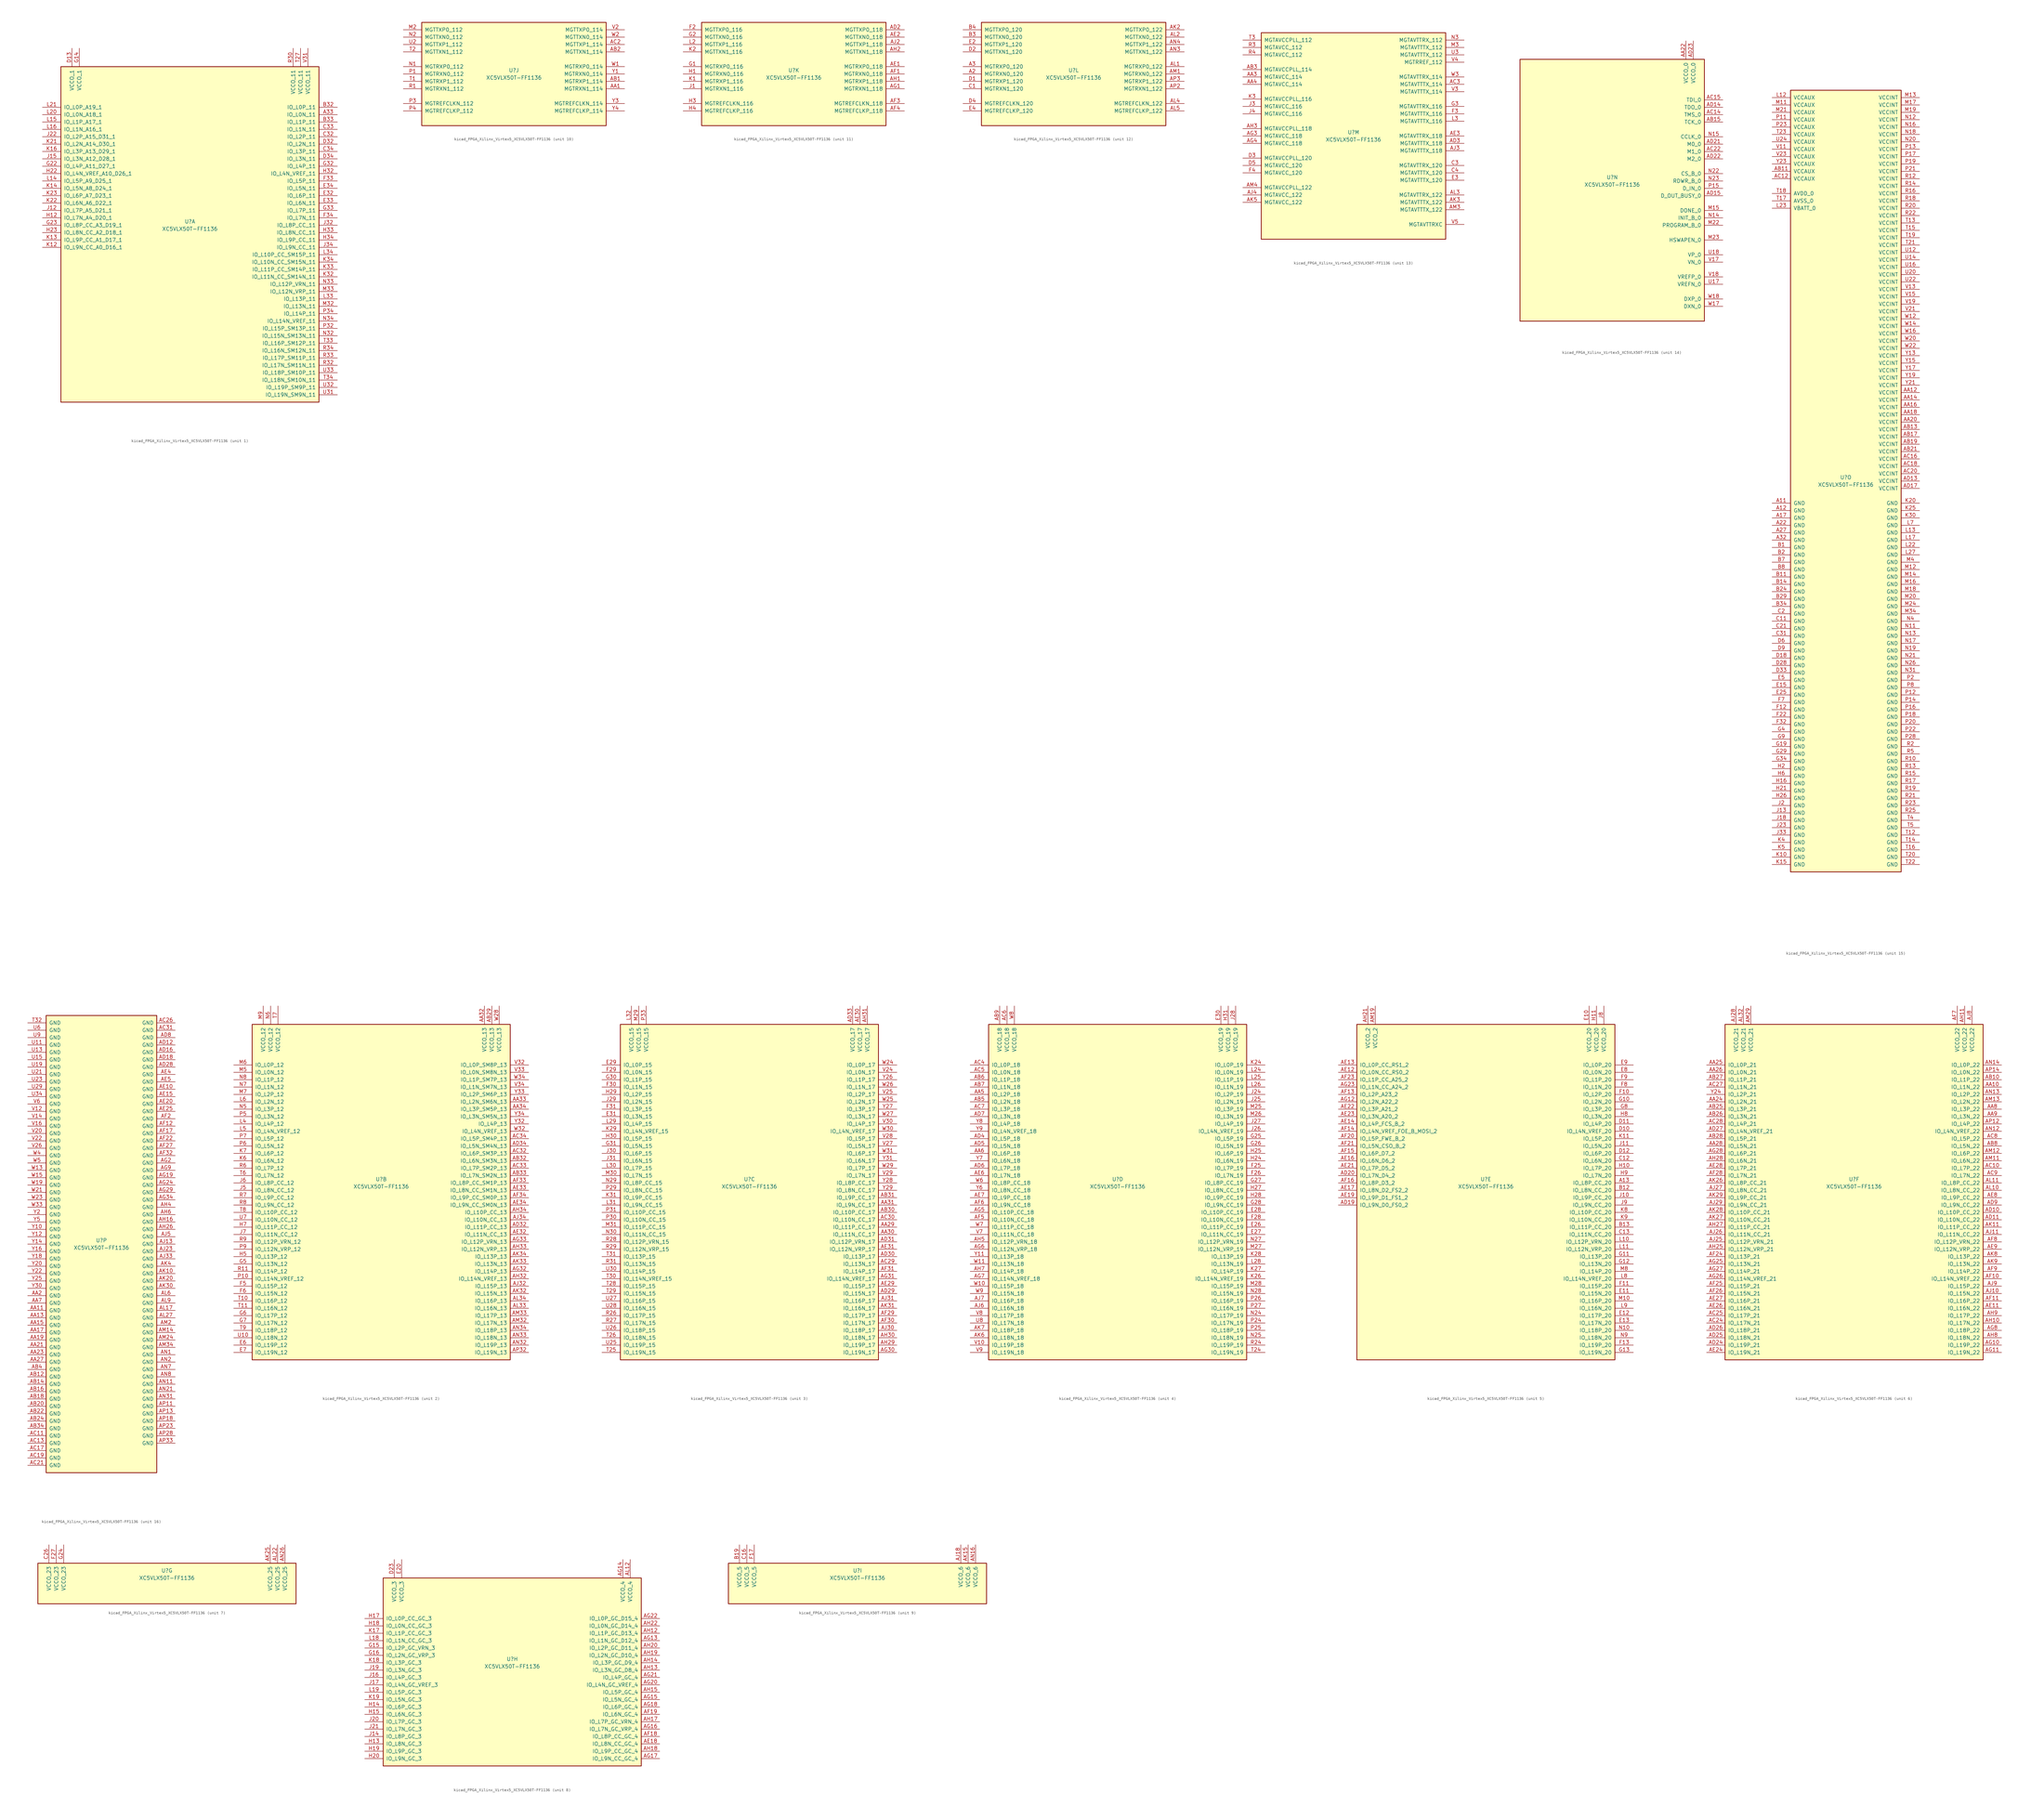
<source format=kicad_sym>
(kicad_symbol_lib
  (version 20220914)
  (generator kicad_symbol_editor)
  (symbol "kicad_FPGA_Xilinx_Virtex5_XC5VLX50T-FF1136"
    (pin_names
      (offset 1.016))
    (property "Reference" "U"
      (at 0 1.27 0)
      (effects (font (size 1.27 1.27))))
    (property "Value" "XC5VLX50T-FF1136"
      (at 0 -1.27 0)
      (effects (font (size 1.27 1.27))))
    (property "Datasheet" ""
      (at 0 0 0)
      (effects (font (size 1.27 1.27))))
    (property "ki_locked" ""
      (at 0 0 0)
      (effects (font (size 1.27 1.27))))
    (symbol "kicad_FPGA_Xilinx_Virtex5_XC5VLX50T-FF1136_1_1"
      (rectangle (start -44.45 54.61) (end 44.45 -60.96) (stroke (width 0.254) (type default)) (fill (type background)))
      (pin bidirectional line (at 50.8 38.1 180) (length 6.35) (name "IO_L0N_11" (effects (font (size 1.27 1.27)))) (number "A33" (effects (font (size 1.27 1.27)))))
      (pin bidirectional line (at 50.8 40.64 180) (length 6.35) (name "IO_L0P_11" (effects (font (size 1.27 1.27)))) (number "B32" (effects (font (size 1.27 1.27)))))
      (pin bidirectional line (at 50.8 35.56 180) (length 6.35) (name "IO_L1P_11" (effects (font (size 1.27 1.27)))) (number "B33" (effects (font (size 1.27 1.27)))))
      (pin bidirectional line (at 50.8 30.48 180) (length 6.35) (name "IO_L2P_11" (effects (font (size 1.27 1.27)))) (number "C32" (effects (font (size 1.27 1.27)))))
      (pin bidirectional line (at 50.8 33.02 180) (length 6.35) (name "IO_L1N_11" (effects (font (size 1.27 1.27)))) (number "C33" (effects (font (size 1.27 1.27)))))
      (pin bidirectional line (at 50.8 25.4 180) (length 6.35) (name "IO_L3P_11" (effects (font (size 1.27 1.27)))) (number "C34" (effects (font (size 1.27 1.27)))))
      (pin power_in line (at -40.64 60.96 270) (length 6.35) (name "VCCO_1" (effects (font (size 1.27 1.27)))) (number "D13" (effects (font (size 1.27 1.27)))))
      (pin bidirectional line (at 50.8 27.94 180) (length 6.35) (name "IO_L2N_11" (effects (font (size 1.27 1.27)))) (number "D32" (effects (font (size 1.27 1.27)))))
      (pin bidirectional line (at 50.8 22.86 180) (length 6.35) (name "IO_L3N_11" (effects (font (size 1.27 1.27)))) (number "D34" (effects (font (size 1.27 1.27)))))
      (pin bidirectional line (at 50.8 10.16 180) (length 6.35) (name "IO_L6P_11" (effects (font (size 1.27 1.27)))) (number "E32" (effects (font (size 1.27 1.27)))))
      (pin bidirectional line (at 50.8 7.62 180) (length 6.35) (name "IO_L6N_11" (effects (font (size 1.27 1.27)))) (number "E33" (effects (font (size 1.27 1.27)))))
      (pin bidirectional line (at 50.8 12.7 180) (length 6.35) (name "IO_L5N_11" (effects (font (size 1.27 1.27)))) (number "E34" (effects (font (size 1.27 1.27)))))
      (pin bidirectional line (at 50.8 15.24 180) (length 6.35) (name "IO_L5P_11" (effects (font (size 1.27 1.27)))) (number "F33" (effects (font (size 1.27 1.27)))))
      (pin bidirectional line (at 50.8 2.54 180) (length 6.35) (name "IO_L7N_11" (effects (font (size 1.27 1.27)))) (number "F34" (effects (font (size 1.27 1.27)))))
      (pin power_in line (at -38.1 60.96 270) (length 6.35) (name "VCCO_1" (effects (font (size 1.27 1.27)))) (number "G14" (effects (font (size 1.27 1.27)))))
      (pin bidirectional line (at -50.8 20.32 0) (length 6.35) (name "IO_L4P_A11_D27_1" (effects (font (size 1.27 1.27)))) (number "G22" (effects (font (size 1.27 1.27)))))
      (pin bidirectional line (at -50.8 0 0) (length 6.35) (name "IO_L8P_CC_A3_D19_1" (effects (font (size 1.27 1.27)))) (number "G23" (effects (font (size 1.27 1.27)))))
      (pin bidirectional line (at 50.8 20.32 180) (length 6.35) (name "IO_L4P_11" (effects (font (size 1.27 1.27)))) (number "G32" (effects (font (size 1.27 1.27)))))
      (pin bidirectional line (at 50.8 5.08 180) (length 6.35) (name "IO_L7P_11" (effects (font (size 1.27 1.27)))) (number "G33" (effects (font (size 1.27 1.27)))))
      (pin bidirectional line (at -50.8 2.54 0) (length 6.35) (name "IO_L7N_A4_D20_1" (effects (font (size 1.27 1.27)))) (number "H12" (effects (font (size 1.27 1.27)))))
      (pin bidirectional line (at -50.8 17.78 0) (length 6.35) (name "IO_L4N_VREF_A10_D26_1" (effects (font (size 1.27 1.27)))) (number "H22" (effects (font (size 1.27 1.27)))))
      (pin bidirectional line (at -50.8 -2.54 0) (length 6.35) (name "IO_L8N_CC_A2_D18_1" (effects (font (size 1.27 1.27)))) (number "H23" (effects (font (size 1.27 1.27)))))
      (pin bidirectional line (at 50.8 17.78 180) (length 6.35) (name "IO_L4N_VREF_11" (effects (font (size 1.27 1.27)))) (number "H32" (effects (font (size 1.27 1.27)))))
      (pin bidirectional line (at 50.8 -2.54 180) (length 6.35) (name "IO_L8N_CC_11" (effects (font (size 1.27 1.27)))) (number "H33" (effects (font (size 1.27 1.27)))))
      (pin bidirectional line (at 50.8 -5.08 180) (length 6.35) (name "IO_L9P_CC_11" (effects (font (size 1.27 1.27)))) (number "H34" (effects (font (size 1.27 1.27)))))
      (pin bidirectional line (at -50.8 5.08 0) (length 6.35) (name "IO_L7P_A5_D21_1" (effects (font (size 1.27 1.27)))) (number "J12" (effects (font (size 1.27 1.27)))))
      (pin bidirectional line (at -50.8 22.86 0) (length 6.35) (name "IO_L3N_A12_D28_1" (effects (font (size 1.27 1.27)))) (number "J15" (effects (font (size 1.27 1.27)))))
      (pin bidirectional line (at -50.8 30.48 0) (length 6.35) (name "IO_L2P_A15_D31_1" (effects (font (size 1.27 1.27)))) (number "J22" (effects (font (size 1.27 1.27)))))
      (pin bidirectional line (at 50.8 0 180) (length 6.35) (name "IO_L8P_CC_11" (effects (font (size 1.27 1.27)))) (number "J32" (effects (font (size 1.27 1.27)))))
      (pin bidirectional line (at 50.8 -7.62 180) (length 6.35) (name "IO_L9N_CC_11" (effects (font (size 1.27 1.27)))) (number "J34" (effects (font (size 1.27 1.27)))))
      (pin bidirectional line (at -50.8 -7.62 0) (length 6.35) (name "IO_L9N_CC_A0_D16_1" (effects (font (size 1.27 1.27)))) (number "K12" (effects (font (size 1.27 1.27)))))
      (pin bidirectional line (at -50.8 -5.08 0) (length 6.35) (name "IO_L9P_CC_A1_D17_1" (effects (font (size 1.27 1.27)))) (number "K13" (effects (font (size 1.27 1.27)))))
      (pin bidirectional line (at -50.8 12.7 0) (length 6.35) (name "IO_L5N_A8_D24_1" (effects (font (size 1.27 1.27)))) (number "K14" (effects (font (size 1.27 1.27)))))
      (pin bidirectional line (at -50.8 25.4 0) (length 6.35) (name "IO_L3P_A13_D29_1" (effects (font (size 1.27 1.27)))) (number "K16" (effects (font (size 1.27 1.27)))))
      (pin bidirectional line (at -50.8 27.94 0) (length 6.35) (name "IO_L2N_A14_D30_1" (effects (font (size 1.27 1.27)))) (number "K21" (effects (font (size 1.27 1.27)))))
      (pin bidirectional line (at -50.8 7.62 0) (length 6.35) (name "IO_L6N_A6_D22_1" (effects (font (size 1.27 1.27)))) (number "K22" (effects (font (size 1.27 1.27)))))
      (pin bidirectional line (at -50.8 10.16 0) (length 6.35) (name "IO_L6P_A7_D23_1" (effects (font (size 1.27 1.27)))) (number "K23" (effects (font (size 1.27 1.27)))))
      (pin bidirectional line (at 50.8 -17.78 180) (length 6.35) (name "IO_L11N_CC_SM14N_11" (effects (font (size 1.27 1.27)))) (number "K32" (effects (font (size 1.27 1.27)))))
      (pin bidirectional line (at 50.8 -15.24 180) (length 6.35) (name "IO_L11P_CC_SM14P_11" (effects (font (size 1.27 1.27)))) (number "K33" (effects (font (size 1.27 1.27)))))
      (pin bidirectional line (at 50.8 -12.7 180) (length 6.35) (name "IO_L10N_CC_SM15N_11" (effects (font (size 1.27 1.27)))) (number "K34" (effects (font (size 1.27 1.27)))))
      (pin bidirectional line (at -50.8 15.24 0) (length 6.35) (name "IO_L5P_A9_D25_1" (effects (font (size 1.27 1.27)))) (number "L14" (effects (font (size 1.27 1.27)))))
      (pin bidirectional line (at -50.8 35.56 0) (length 6.35) (name "IO_L1P_A17_1" (effects (font (size 1.27 1.27)))) (number "L15" (effects (font (size 1.27 1.27)))))
      (pin bidirectional line (at -50.8 33.02 0) (length 6.35) (name "IO_L1N_A16_1" (effects (font (size 1.27 1.27)))) (number "L16" (effects (font (size 1.27 1.27)))))
      (pin bidirectional line (at -50.8 38.1 0) (length 6.35) (name "IO_L0N_A18_1" (effects (font (size 1.27 1.27)))) (number "L20" (effects (font (size 1.27 1.27)))))
      (pin bidirectional line (at -50.8 40.64 0) (length 6.35) (name "IO_L0P_A19_1" (effects (font (size 1.27 1.27)))) (number "L21" (effects (font (size 1.27 1.27)))))
      (pin bidirectional line (at 50.8 -25.4 180) (length 6.35) (name "IO_L13P_11" (effects (font (size 1.27 1.27)))) (number "L33" (effects (font (size 1.27 1.27)))))
      (pin bidirectional line (at 50.8 -10.16 180) (length 6.35) (name "IO_L10P_CC_SM15P_11" (effects (font (size 1.27 1.27)))) (number "L34" (effects (font (size 1.27 1.27)))))
      (pin bidirectional line (at 50.8 -27.94 180) (length 6.35) (name "IO_L13N_11" (effects (font (size 1.27 1.27)))) (number "M32" (effects (font (size 1.27 1.27)))))
      (pin bidirectional line (at 50.8 -22.86 180) (length 6.35) (name "IO_L12N_VRP_11" (effects (font (size 1.27 1.27)))) (number "M33" (effects (font (size 1.27 1.27)))))
      (pin bidirectional line (at 50.8 -38.1 180) (length 6.35) (name "IO_L15N_SM13N_11" (effects (font (size 1.27 1.27)))) (number "N32" (effects (font (size 1.27 1.27)))))
      (pin bidirectional line (at 50.8 -20.32 180) (length 6.35) (name "IO_L12P_VRN_11" (effects (font (size 1.27 1.27)))) (number "N33" (effects (font (size 1.27 1.27)))))
      (pin bidirectional line (at 50.8 -33.02 180) (length 6.35) (name "IO_L14N_VREF_11" (effects (font (size 1.27 1.27)))) (number "N34" (effects (font (size 1.27 1.27)))))
      (pin bidirectional line (at 50.8 -35.56 180) (length 6.35) (name "IO_L15P_SM13P_11" (effects (font (size 1.27 1.27)))) (number "P32" (effects (font (size 1.27 1.27)))))
      (pin bidirectional line (at 50.8 -30.48 180) (length 6.35) (name "IO_L14P_11" (effects (font (size 1.27 1.27)))) (number "P34" (effects (font (size 1.27 1.27)))))
      (pin power_in line (at 35.56 60.96 270) (length 6.35) (name "VCCO_11" (effects (font (size 1.27 1.27)))) (number "R30" (effects (font (size 1.27 1.27)))))
      (pin bidirectional line (at 50.8 -48.26 180) (length 6.35) (name "IO_L17N_SM11N_11" (effects (font (size 1.27 1.27)))) (number "R32" (effects (font (size 1.27 1.27)))))
      (pin bidirectional line (at 50.8 -45.72 180) (length 6.35) (name "IO_L17P_SM11P_11" (effects (font (size 1.27 1.27)))) (number "R33" (effects (font (size 1.27 1.27)))))
      (pin bidirectional line (at 50.8 -43.18 180) (length 6.35) (name "IO_L16N_SM12N_11" (effects (font (size 1.27 1.27)))) (number "R34" (effects (font (size 1.27 1.27)))))
      (pin power_in line (at 38.1 60.96 270) (length 6.35) (name "VCCO_11" (effects (font (size 1.27 1.27)))) (number "T27" (effects (font (size 1.27 1.27)))))
      (pin bidirectional line (at 50.8 -40.64 180) (length 6.35) (name "IO_L16P_SM12P_11" (effects (font (size 1.27 1.27)))) (number "T33" (effects (font (size 1.27 1.27)))))
      (pin bidirectional line (at 50.8 -53.34 180) (length 6.35) (name "IO_L18N_SM10N_11" (effects (font (size 1.27 1.27)))) (number "T34" (effects (font (size 1.27 1.27)))))
      (pin bidirectional line (at 50.8 -58.42 180) (length 6.35) (name "IO_L19N_SM9N_11" (effects (font (size 1.27 1.27)))) (number "U31" (effects (font (size 1.27 1.27)))))
      (pin bidirectional line (at 50.8 -55.88 180) (length 6.35) (name "IO_L19P_SM9P_11" (effects (font (size 1.27 1.27)))) (number "U32" (effects (font (size 1.27 1.27)))))
      (pin bidirectional line (at 50.8 -50.8 180) (length 6.35) (name "IO_L18P_SM10P_11" (effects (font (size 1.27 1.27)))) (number "U33" (effects (font (size 1.27 1.27)))))
      (pin power_in line (at 40.64 60.96 270) (length 6.35) (name "VCCO_11" (effects (font (size 1.27 1.27)))) (number "V31" (effects (font (size 1.27 1.27))))))
    (symbol "kicad_FPGA_Xilinx_Virtex5_XC5VLX50T-FF1136_2_1"
      (rectangle (start -44.45 54.61) (end 44.45 -60.96) (stroke (width 0.254) (type default)) (fill (type background)))
      (pin power_in line (at 35.56 60.96 270) (length 6.35) (name "VCCO_13" (effects (font (size 1.27 1.27)))) (number "AA32" (effects (font (size 1.27 1.27)))))
      (pin bidirectional line (at 50.8 27.94 180) (length 6.35) (name "IO_L2N_SM6N_13" (effects (font (size 1.27 1.27)))) (number "AA33" (effects (font (size 1.27 1.27)))))
      (pin bidirectional line (at 50.8 25.4 180) (length 6.35) (name "IO_L3P_SM5P_13" (effects (font (size 1.27 1.27)))) (number "AA34" (effects (font (size 1.27 1.27)))))
      (pin power_in line (at 38.1 60.96 270) (length 6.35) (name "VCCO_13" (effects (font (size 1.27 1.27)))) (number "AB29" (effects (font (size 1.27 1.27)))))
      (pin bidirectional line (at 50.8 7.62 180) (length 6.35) (name "IO_L6N_SM3N_13" (effects (font (size 1.27 1.27)))) (number "AB32" (effects (font (size 1.27 1.27)))))
      (pin bidirectional line (at 50.8 2.54 180) (length 6.35) (name "IO_L7N_SM2N_13" (effects (font (size 1.27 1.27)))) (number "AB33" (effects (font (size 1.27 1.27)))))
      (pin bidirectional line (at 50.8 10.16 180) (length 6.35) (name "IO_L6P_SM3P_13" (effects (font (size 1.27 1.27)))) (number "AC32" (effects (font (size 1.27 1.27)))))
      (pin bidirectional line (at 50.8 5.08 180) (length 6.35) (name "IO_L7P_SM2P_13" (effects (font (size 1.27 1.27)))) (number "AC33" (effects (font (size 1.27 1.27)))))
      (pin bidirectional line (at 50.8 15.24 180) (length 6.35) (name "IO_L5P_SM4P_13" (effects (font (size 1.27 1.27)))) (number "AC34" (effects (font (size 1.27 1.27)))))
      (pin bidirectional line (at 50.8 -15.24 180) (length 6.35) (name "IO_L11P_CC_13" (effects (font (size 1.27 1.27)))) (number "AD32" (effects (font (size 1.27 1.27)))))
      (pin bidirectional line (at 50.8 12.7 180) (length 6.35) (name "IO_L5N_SM4N_13" (effects (font (size 1.27 1.27)))) (number "AD34" (effects (font (size 1.27 1.27)))))
      (pin bidirectional line (at 50.8 -17.78 180) (length 6.35) (name "IO_L11N_CC_13" (effects (font (size 1.27 1.27)))) (number "AE32" (effects (font (size 1.27 1.27)))))
      (pin bidirectional line (at 50.8 -2.54 180) (length 6.35) (name "IO_L8N_CC_SM1N_13" (effects (font (size 1.27 1.27)))) (number "AE33" (effects (font (size 1.27 1.27)))))
      (pin bidirectional line (at 50.8 -7.62 180) (length 6.35) (name "IO_L9N_CC_SM0N_13" (effects (font (size 1.27 1.27)))) (number "AE34" (effects (font (size 1.27 1.27)))))
      (pin bidirectional line (at 50.8 0 180) (length 6.35) (name "IO_L8P_CC_SM1P_13" (effects (font (size 1.27 1.27)))) (number "AF33" (effects (font (size 1.27 1.27)))))
      (pin bidirectional line (at 50.8 -5.08 180) (length 6.35) (name "IO_L9P_CC_SM0P_13" (effects (font (size 1.27 1.27)))) (number "AF34" (effects (font (size 1.27 1.27)))))
      (pin bidirectional line (at 50.8 -30.48 180) (length 6.35) (name "IO_L14P_13" (effects (font (size 1.27 1.27)))) (number "AG32" (effects (font (size 1.27 1.27)))))
      (pin bidirectional line (at 50.8 -20.32 180) (length 6.35) (name "IO_L12P_VRN_13" (effects (font (size 1.27 1.27)))) (number "AG33" (effects (font (size 1.27 1.27)))))
      (pin bidirectional line (at 50.8 -33.02 180) (length 6.35) (name "IO_L14N_VREF_13" (effects (font (size 1.27 1.27)))) (number "AH32" (effects (font (size 1.27 1.27)))))
      (pin bidirectional line (at 50.8 -22.86 180) (length 6.35) (name "IO_L12N_VRP_13" (effects (font (size 1.27 1.27)))) (number "AH33" (effects (font (size 1.27 1.27)))))
      (pin bidirectional line (at 50.8 -10.16 180) (length 6.35) (name "IO_L10P_CC_13" (effects (font (size 1.27 1.27)))) (number "AH34" (effects (font (size 1.27 1.27)))))
      (pin bidirectional line (at 50.8 -35.56 180) (length 6.35) (name "IO_L15P_13" (effects (font (size 1.27 1.27)))) (number "AJ32" (effects (font (size 1.27 1.27)))))
      (pin bidirectional line (at 50.8 -12.7 180) (length 6.35) (name "IO_L10N_CC_13" (effects (font (size 1.27 1.27)))) (number "AJ34" (effects (font (size 1.27 1.27)))))
      (pin bidirectional line (at 50.8 -38.1 180) (length 6.35) (name "IO_L15N_13" (effects (font (size 1.27 1.27)))) (number "AK32" (effects (font (size 1.27 1.27)))))
      (pin bidirectional line (at 50.8 -27.94 180) (length 6.35) (name "IO_L13N_13" (effects (font (size 1.27 1.27)))) (number "AK33" (effects (font (size 1.27 1.27)))))
      (pin bidirectional line (at 50.8 -25.4 180) (length 6.35) (name "IO_L13P_13" (effects (font (size 1.27 1.27)))) (number "AK34" (effects (font (size 1.27 1.27)))))
      (pin bidirectional line (at 50.8 -43.18 180) (length 6.35) (name "IO_L16N_13" (effects (font (size 1.27 1.27)))) (number "AL33" (effects (font (size 1.27 1.27)))))
      (pin bidirectional line (at 50.8 -40.64 180) (length 6.35) (name "IO_L16P_13" (effects (font (size 1.27 1.27)))) (number "AL34" (effects (font (size 1.27 1.27)))))
      (pin bidirectional line (at 50.8 -48.26 180) (length 6.35) (name "IO_L17N_13" (effects (font (size 1.27 1.27)))) (number "AM32" (effects (font (size 1.27 1.27)))))
      (pin bidirectional line (at 50.8 -45.72 180) (length 6.35) (name "IO_L17P_13" (effects (font (size 1.27 1.27)))) (number "AM33" (effects (font (size 1.27 1.27)))))
      (pin bidirectional line (at 50.8 -55.88 180) (length 6.35) (name "IO_L19P_13" (effects (font (size 1.27 1.27)))) (number "AN32" (effects (font (size 1.27 1.27)))))
      (pin bidirectional line (at 50.8 -53.34 180) (length 6.35) (name "IO_L18N_13" (effects (font (size 1.27 1.27)))) (number "AN33" (effects (font (size 1.27 1.27)))))
      (pin bidirectional line (at 50.8 -50.8 180) (length 6.35) (name "IO_L18P_13" (effects (font (size 1.27 1.27)))) (number "AN34" (effects (font (size 1.27 1.27)))))
      (pin bidirectional line (at 50.8 -58.42 180) (length 6.35) (name "IO_L19N_13" (effects (font (size 1.27 1.27)))) (number "AP32" (effects (font (size 1.27 1.27)))))
      (pin bidirectional line (at -50.8 -55.88 0) (length 6.35) (name "IO_L19P_12" (effects (font (size 1.27 1.27)))) (number "E6" (effects (font (size 1.27 1.27)))))
      (pin bidirectional line (at -50.8 -58.42 0) (length 6.35) (name "IO_L19N_12" (effects (font (size 1.27 1.27)))) (number "E7" (effects (font (size 1.27 1.27)))))
      (pin bidirectional line (at -50.8 -35.56 0) (length 6.35) (name "IO_L15P_12" (effects (font (size 1.27 1.27)))) (number "F5" (effects (font (size 1.27 1.27)))))
      (pin bidirectional line (at -50.8 -38.1 0) (length 6.35) (name "IO_L15N_12" (effects (font (size 1.27 1.27)))) (number "F6" (effects (font (size 1.27 1.27)))))
      (pin bidirectional line (at -50.8 -27.94 0) (length 6.35) (name "IO_L13N_12" (effects (font (size 1.27 1.27)))) (number "G5" (effects (font (size 1.27 1.27)))))
      (pin bidirectional line (at -50.8 -45.72 0) (length 6.35) (name "IO_L17P_12" (effects (font (size 1.27 1.27)))) (number "G6" (effects (font (size 1.27 1.27)))))
      (pin bidirectional line (at -50.8 -48.26 0) (length 6.35) (name "IO_L17N_12" (effects (font (size 1.27 1.27)))) (number "G7" (effects (font (size 1.27 1.27)))))
      (pin bidirectional line (at -50.8 -25.4 0) (length 6.35) (name "IO_L13P_12" (effects (font (size 1.27 1.27)))) (number "H5" (effects (font (size 1.27 1.27)))))
      (pin bidirectional line (at -50.8 -15.24 0) (length 6.35) (name "IO_L11P_CC_12" (effects (font (size 1.27 1.27)))) (number "H7" (effects (font (size 1.27 1.27)))))
      (pin bidirectional line (at -50.8 -2.54 0) (length 6.35) (name "IO_L8N_CC_12" (effects (font (size 1.27 1.27)))) (number "J5" (effects (font (size 1.27 1.27)))))
      (pin bidirectional line (at -50.8 0 0) (length 6.35) (name "IO_L8P_CC_12" (effects (font (size 1.27 1.27)))) (number "J6" (effects (font (size 1.27 1.27)))))
      (pin bidirectional line (at -50.8 -17.78 0) (length 6.35) (name "IO_L11N_CC_12" (effects (font (size 1.27 1.27)))) (number "J7" (effects (font (size 1.27 1.27)))))
      (pin bidirectional line (at -50.8 7.62 0) (length 6.35) (name "IO_L6N_12" (effects (font (size 1.27 1.27)))) (number "K6" (effects (font (size 1.27 1.27)))))
      (pin bidirectional line (at -50.8 10.16 0) (length 6.35) (name "IO_L6P_12" (effects (font (size 1.27 1.27)))) (number "K7" (effects (font (size 1.27 1.27)))))
      (pin bidirectional line (at -50.8 20.32 0) (length 6.35) (name "IO_L4P_12" (effects (font (size 1.27 1.27)))) (number "L4" (effects (font (size 1.27 1.27)))))
      (pin bidirectional line (at -50.8 17.78 0) (length 6.35) (name "IO_L4N_VREF_12" (effects (font (size 1.27 1.27)))) (number "L5" (effects (font (size 1.27 1.27)))))
      (pin bidirectional line (at -50.8 27.94 0) (length 6.35) (name "IO_L2N_12" (effects (font (size 1.27 1.27)))) (number "L6" (effects (font (size 1.27 1.27)))))
      (pin bidirectional line (at -50.8 38.1 0) (length 6.35) (name "IO_L0N_12" (effects (font (size 1.27 1.27)))) (number "M5" (effects (font (size 1.27 1.27)))))
      (pin bidirectional line (at -50.8 40.64 0) (length 6.35) (name "IO_L0P_12" (effects (font (size 1.27 1.27)))) (number "M6" (effects (font (size 1.27 1.27)))))
      (pin bidirectional line (at -50.8 30.48 0) (length 6.35) (name "IO_L2P_12" (effects (font (size 1.27 1.27)))) (number "M7" (effects (font (size 1.27 1.27)))))
      (pin power_in line (at -40.64 60.96 270) (length 6.35) (name "VCCO_12" (effects (font (size 1.27 1.27)))) (number "M9" (effects (font (size 1.27 1.27)))))
      (pin bidirectional line (at -50.8 25.4 0) (length 6.35) (name "IO_L3P_12" (effects (font (size 1.27 1.27)))) (number "N5" (effects (font (size 1.27 1.27)))))
      (pin power_in line (at -38.1 60.96 270) (length 6.35) (name "VCCO_12" (effects (font (size 1.27 1.27)))) (number "N6" (effects (font (size 1.27 1.27)))))
      (pin bidirectional line (at -50.8 33.02 0) (length 6.35) (name "IO_L1N_12" (effects (font (size 1.27 1.27)))) (number "N7" (effects (font (size 1.27 1.27)))))
      (pin bidirectional line (at -50.8 35.56 0) (length 6.35) (name "IO_L1P_12" (effects (font (size 1.27 1.27)))) (number "N8" (effects (font (size 1.27 1.27)))))
      (pin bidirectional line (at -50.8 -33.02 0) (length 6.35) (name "IO_L14N_VREF_12" (effects (font (size 1.27 1.27)))) (number "P10" (effects (font (size 1.27 1.27)))))
      (pin bidirectional line (at -50.8 22.86 0) (length 6.35) (name "IO_L3N_12" (effects (font (size 1.27 1.27)))) (number "P5" (effects (font (size 1.27 1.27)))))
      (pin bidirectional line (at -50.8 12.7 0) (length 6.35) (name "IO_L5N_12" (effects (font (size 1.27 1.27)))) (number "P6" (effects (font (size 1.27 1.27)))))
      (pin bidirectional line (at -50.8 15.24 0) (length 6.35) (name "IO_L5P_12" (effects (font (size 1.27 1.27)))) (number "P7" (effects (font (size 1.27 1.27)))))
      (pin bidirectional line (at -50.8 -22.86 0) (length 6.35) (name "IO_L12N_VRP_12" (effects (font (size 1.27 1.27)))) (number "P9" (effects (font (size 1.27 1.27)))))
      (pin bidirectional line (at -50.8 -30.48 0) (length 6.35) (name "IO_L14P_12" (effects (font (size 1.27 1.27)))) (number "R11" (effects (font (size 1.27 1.27)))))
      (pin bidirectional line (at -50.8 5.08 0) (length 6.35) (name "IO_L7P_12" (effects (font (size 1.27 1.27)))) (number "R6" (effects (font (size 1.27 1.27)))))
      (pin bidirectional line (at -50.8 -5.08 0) (length 6.35) (name "IO_L9P_CC_12" (effects (font (size 1.27 1.27)))) (number "R7" (effects (font (size 1.27 1.27)))))
      (pin bidirectional line (at -50.8 -7.62 0) (length 6.35) (name "IO_L9N_CC_12" (effects (font (size 1.27 1.27)))) (number "R8" (effects (font (size 1.27 1.27)))))
      (pin bidirectional line (at -50.8 -20.32 0) (length 6.35) (name "IO_L12P_VRN_12" (effects (font (size 1.27 1.27)))) (number "R9" (effects (font (size 1.27 1.27)))))
      (pin bidirectional line (at -50.8 -40.64 0) (length 6.35) (name "IO_L16P_12" (effects (font (size 1.27 1.27)))) (number "T10" (effects (font (size 1.27 1.27)))))
      (pin bidirectional line (at -50.8 -43.18 0) (length 6.35) (name "IO_L16N_12" (effects (font (size 1.27 1.27)))) (number "T11" (effects (font (size 1.27 1.27)))))
      (pin bidirectional line (at -50.8 2.54 0) (length 6.35) (name "IO_L7N_12" (effects (font (size 1.27 1.27)))) (number "T6" (effects (font (size 1.27 1.27)))))
      (pin power_in line (at -35.56 60.96 270) (length 6.35) (name "VCCO_12" (effects (font (size 1.27 1.27)))) (number "T7" (effects (font (size 1.27 1.27)))))
      (pin bidirectional line (at -50.8 -10.16 0) (length 6.35) (name "IO_L10P_CC_12" (effects (font (size 1.27 1.27)))) (number "T8" (effects (font (size 1.27 1.27)))))
      (pin bidirectional line (at -50.8 -50.8 0) (length 6.35) (name "IO_L18P_12" (effects (font (size 1.27 1.27)))) (number "T9" (effects (font (size 1.27 1.27)))))
      (pin bidirectional line (at -50.8 -53.34 0) (length 6.35) (name "IO_L18N_12" (effects (font (size 1.27 1.27)))) (number "U10" (effects (font (size 1.27 1.27)))))
      (pin bidirectional line (at -50.8 -12.7 0) (length 6.35) (name "IO_L10N_CC_12" (effects (font (size 1.27 1.27)))) (number "U7" (effects (font (size 1.27 1.27)))))
      (pin bidirectional line (at 50.8 40.64 180) (length 6.35) (name "IO_L0P_SM8P_13" (effects (font (size 1.27 1.27)))) (number "V32" (effects (font (size 1.27 1.27)))))
      (pin bidirectional line (at 50.8 38.1 180) (length 6.35) (name "IO_L0N_SM8N_13" (effects (font (size 1.27 1.27)))) (number "V33" (effects (font (size 1.27 1.27)))))
      (pin bidirectional line (at 50.8 33.02 180) (length 6.35) (name "IO_L1N_SM7N_13" (effects (font (size 1.27 1.27)))) (number "V34" (effects (font (size 1.27 1.27)))))
      (pin power_in line (at 40.64 60.96 270) (length 6.35) (name "VCCO_13" (effects (font (size 1.27 1.27)))) (number "W28" (effects (font (size 1.27 1.27)))))
      (pin bidirectional line (at 50.8 17.78 180) (length 6.35) (name "IO_L4N_VREF_13" (effects (font (size 1.27 1.27)))) (number "W32" (effects (font (size 1.27 1.27)))))
      (pin bidirectional line (at 50.8 35.56 180) (length 6.35) (name "IO_L1P_SM7P_13" (effects (font (size 1.27 1.27)))) (number "W34" (effects (font (size 1.27 1.27)))))
      (pin bidirectional line (at 50.8 20.32 180) (length 6.35) (name "IO_L4P_13" (effects (font (size 1.27 1.27)))) (number "Y32" (effects (font (size 1.27 1.27)))))
      (pin bidirectional line (at 50.8 30.48 180) (length 6.35) (name "IO_L2P_SM6P_13" (effects (font (size 1.27 1.27)))) (number "Y33" (effects (font (size 1.27 1.27)))))
      (pin bidirectional line (at 50.8 22.86 180) (length 6.35) (name "IO_L3N_SM5N_13" (effects (font (size 1.27 1.27)))) (number "Y34" (effects (font (size 1.27 1.27))))))
    (symbol "kicad_FPGA_Xilinx_Virtex5_XC5VLX50T-FF1136_3_1"
      (rectangle (start -44.45 54.61) (end 44.45 -60.96) (stroke (width 0.254) (type default)) (fill (type background)))
      (pin bidirectional line (at 50.8 -15.24 180) (length 6.35) (name "IO_L11P_CC_17" (effects (font (size 1.27 1.27)))) (number "AA29" (effects (font (size 1.27 1.27)))))
      (pin bidirectional line (at 50.8 -17.78 180) (length 6.35) (name "IO_L11N_CC_17" (effects (font (size 1.27 1.27)))) (number "AA30" (effects (font (size 1.27 1.27)))))
      (pin bidirectional line (at 50.8 -7.62 180) (length 6.35) (name "IO_L9N_CC_17" (effects (font (size 1.27 1.27)))) (number "AA31" (effects (font (size 1.27 1.27)))))
      (pin bidirectional line (at 50.8 -10.16 180) (length 6.35) (name "IO_L10P_CC_17" (effects (font (size 1.27 1.27)))) (number "AB30" (effects (font (size 1.27 1.27)))))
      (pin bidirectional line (at 50.8 -5.08 180) (length 6.35) (name "IO_L9P_CC_17" (effects (font (size 1.27 1.27)))) (number "AB31" (effects (font (size 1.27 1.27)))))
      (pin bidirectional line (at 50.8 -27.94 180) (length 6.35) (name "IO_L13N_17" (effects (font (size 1.27 1.27)))) (number "AC29" (effects (font (size 1.27 1.27)))))
      (pin bidirectional line (at 50.8 -12.7 180) (length 6.35) (name "IO_L10N_CC_17" (effects (font (size 1.27 1.27)))) (number "AC30" (effects (font (size 1.27 1.27)))))
      (pin bidirectional line (at 50.8 -38.1 180) (length 6.35) (name "IO_L15N_17" (effects (font (size 1.27 1.27)))) (number "AD29" (effects (font (size 1.27 1.27)))))
      (pin bidirectional line (at 50.8 -25.4 180) (length 6.35) (name "IO_L13P_17" (effects (font (size 1.27 1.27)))) (number "AD30" (effects (font (size 1.27 1.27)))))
      (pin bidirectional line (at 50.8 -20.32 180) (length 6.35) (name "IO_L12P_VRN_17" (effects (font (size 1.27 1.27)))) (number "AD31" (effects (font (size 1.27 1.27)))))
      (pin power_in line (at 35.56 60.96 270) (length 6.35) (name "VCCO_17" (effects (font (size 1.27 1.27)))) (number "AD33" (effects (font (size 1.27 1.27)))))
      (pin bidirectional line (at 50.8 -35.56 180) (length 6.35) (name "IO_L15P_17" (effects (font (size 1.27 1.27)))) (number "AE29" (effects (font (size 1.27 1.27)))))
      (pin power_in line (at 38.1 60.96 270) (length 6.35) (name "VCCO_17" (effects (font (size 1.27 1.27)))) (number "AE30" (effects (font (size 1.27 1.27)))))
      (pin bidirectional line (at 50.8 -22.86 180) (length 6.35) (name "IO_L12N_VRP_17" (effects (font (size 1.27 1.27)))) (number "AE31" (effects (font (size 1.27 1.27)))))
      (pin bidirectional line (at 50.8 -45.72 180) (length 6.35) (name "IO_L17P_17" (effects (font (size 1.27 1.27)))) (number "AF29" (effects (font (size 1.27 1.27)))))
      (pin bidirectional line (at 50.8 -48.26 180) (length 6.35) (name "IO_L17N_17" (effects (font (size 1.27 1.27)))) (number "AF30" (effects (font (size 1.27 1.27)))))
      (pin bidirectional line (at 50.8 -30.48 180) (length 6.35) (name "IO_L14P_17" (effects (font (size 1.27 1.27)))) (number "AF31" (effects (font (size 1.27 1.27)))))
      (pin bidirectional line (at 50.8 -58.42 180) (length 6.35) (name "IO_L19N_17" (effects (font (size 1.27 1.27)))) (number "AG30" (effects (font (size 1.27 1.27)))))
      (pin bidirectional line (at 50.8 -33.02 180) (length 6.35) (name "IO_L14N_VREF_17" (effects (font (size 1.27 1.27)))) (number "AG31" (effects (font (size 1.27 1.27)))))
      (pin bidirectional line (at 50.8 -55.88 180) (length 6.35) (name "IO_L19P_17" (effects (font (size 1.27 1.27)))) (number "AH29" (effects (font (size 1.27 1.27)))))
      (pin bidirectional line (at 50.8 -53.34 180) (length 6.35) (name "IO_L18N_17" (effects (font (size 1.27 1.27)))) (number "AH30" (effects (font (size 1.27 1.27)))))
      (pin power_in line (at 40.64 60.96 270) (length 6.35) (name "VCCO_17" (effects (font (size 1.27 1.27)))) (number "AH31" (effects (font (size 1.27 1.27)))))
      (pin bidirectional line (at 50.8 -50.8 180) (length 6.35) (name "IO_L18P_17" (effects (font (size 1.27 1.27)))) (number "AJ30" (effects (font (size 1.27 1.27)))))
      (pin bidirectional line (at 50.8 -40.64 180) (length 6.35) (name "IO_L16P_17" (effects (font (size 1.27 1.27)))) (number "AJ31" (effects (font (size 1.27 1.27)))))
      (pin bidirectional line (at 50.8 -43.18 180) (length 6.35) (name "IO_L16N_17" (effects (font (size 1.27 1.27)))) (number "AK31" (effects (font (size 1.27 1.27)))))
      (pin bidirectional line (at -50.8 40.64 0) (length 6.35) (name "IO_L0P_15" (effects (font (size 1.27 1.27)))) (number "E29" (effects (font (size 1.27 1.27)))))
      (pin bidirectional line (at -50.8 22.86 0) (length 6.35) (name "IO_L3N_15" (effects (font (size 1.27 1.27)))) (number "E31" (effects (font (size 1.27 1.27)))))
      (pin bidirectional line (at -50.8 38.1 0) (length 6.35) (name "IO_L0N_15" (effects (font (size 1.27 1.27)))) (number "F29" (effects (font (size 1.27 1.27)))))
      (pin bidirectional line (at -50.8 33.02 0) (length 6.35) (name "IO_L1N_15" (effects (font (size 1.27 1.27)))) (number "F30" (effects (font (size 1.27 1.27)))))
      (pin bidirectional line (at -50.8 25.4 0) (length 6.35) (name "IO_L3P_15" (effects (font (size 1.27 1.27)))) (number "F31" (effects (font (size 1.27 1.27)))))
      (pin bidirectional line (at -50.8 35.56 0) (length 6.35) (name "IO_L1P_15" (effects (font (size 1.27 1.27)))) (number "G30" (effects (font (size 1.27 1.27)))))
      (pin bidirectional line (at -50.8 12.7 0) (length 6.35) (name "IO_L5N_15" (effects (font (size 1.27 1.27)))) (number "G31" (effects (font (size 1.27 1.27)))))
      (pin bidirectional line (at -50.8 30.48 0) (length 6.35) (name "IO_L2P_15" (effects (font (size 1.27 1.27)))) (number "H29" (effects (font (size 1.27 1.27)))))
      (pin bidirectional line (at -50.8 15.24 0) (length 6.35) (name "IO_L5P_15" (effects (font (size 1.27 1.27)))) (number "H30" (effects (font (size 1.27 1.27)))))
      (pin bidirectional line (at -50.8 27.94 0) (length 6.35) (name "IO_L2N_15" (effects (font (size 1.27 1.27)))) (number "J29" (effects (font (size 1.27 1.27)))))
      (pin bidirectional line (at -50.8 10.16 0) (length 6.35) (name "IO_L6P_15" (effects (font (size 1.27 1.27)))) (number "J30" (effects (font (size 1.27 1.27)))))
      (pin bidirectional line (at -50.8 7.62 0) (length 6.35) (name "IO_L6N_15" (effects (font (size 1.27 1.27)))) (number "J31" (effects (font (size 1.27 1.27)))))
      (pin bidirectional line (at -50.8 17.78 0) (length 6.35) (name "IO_L4N_VREF_15" (effects (font (size 1.27 1.27)))) (number "K29" (effects (font (size 1.27 1.27)))))
      (pin bidirectional line (at -50.8 -5.08 0) (length 6.35) (name "IO_L9P_CC_15" (effects (font (size 1.27 1.27)))) (number "K31" (effects (font (size 1.27 1.27)))))
      (pin bidirectional line (at -50.8 20.32 0) (length 6.35) (name "IO_L4P_15" (effects (font (size 1.27 1.27)))) (number "L29" (effects (font (size 1.27 1.27)))))
      (pin bidirectional line (at -50.8 5.08 0) (length 6.35) (name "IO_L7P_15" (effects (font (size 1.27 1.27)))) (number "L30" (effects (font (size 1.27 1.27)))))
      (pin bidirectional line (at -50.8 -7.62 0) (length 6.35) (name "IO_L9N_CC_15" (effects (font (size 1.27 1.27)))) (number "L31" (effects (font (size 1.27 1.27)))))
      (pin power_in line (at -40.64 60.96 270) (length 6.35) (name "VCCO_15" (effects (font (size 1.27 1.27)))) (number "L32" (effects (font (size 1.27 1.27)))))
      (pin power_in line (at -38.1 60.96 270) (length 6.35) (name "VCCO_15" (effects (font (size 1.27 1.27)))) (number "M29" (effects (font (size 1.27 1.27)))))
      (pin bidirectional line (at -50.8 2.54 0) (length 6.35) (name "IO_L7N_15" (effects (font (size 1.27 1.27)))) (number "M30" (effects (font (size 1.27 1.27)))))
      (pin bidirectional line (at -50.8 -15.24 0) (length 6.35) (name "IO_L11P_CC_15" (effects (font (size 1.27 1.27)))) (number "M31" (effects (font (size 1.27 1.27)))))
      (pin bidirectional line (at -50.8 0 0) (length 6.35) (name "IO_L8P_CC_15" (effects (font (size 1.27 1.27)))) (number "N29" (effects (font (size 1.27 1.27)))))
      (pin bidirectional line (at -50.8 -17.78 0) (length 6.35) (name "IO_L11N_CC_15" (effects (font (size 1.27 1.27)))) (number "N30" (effects (font (size 1.27 1.27)))))
      (pin bidirectional line (at -50.8 -2.54 0) (length 6.35) (name "IO_L8N_CC_15" (effects (font (size 1.27 1.27)))) (number "P29" (effects (font (size 1.27 1.27)))))
      (pin bidirectional line (at -50.8 -12.7 0) (length 6.35) (name "IO_L10N_CC_15" (effects (font (size 1.27 1.27)))) (number "P30" (effects (font (size 1.27 1.27)))))
      (pin bidirectional line (at -50.8 -10.16 0) (length 6.35) (name "IO_L10P_CC_15" (effects (font (size 1.27 1.27)))) (number "P31" (effects (font (size 1.27 1.27)))))
      (pin power_in line (at -35.56 60.96 270) (length 6.35) (name "VCCO_15" (effects (font (size 1.27 1.27)))) (number "P33" (effects (font (size 1.27 1.27)))))
      (pin bidirectional line (at -50.8 -45.72 0) (length 6.35) (name "IO_L17P_15" (effects (font (size 1.27 1.27)))) (number "R26" (effects (font (size 1.27 1.27)))))
      (pin bidirectional line (at -50.8 -48.26 0) (length 6.35) (name "IO_L17N_15" (effects (font (size 1.27 1.27)))) (number "R27" (effects (font (size 1.27 1.27)))))
      (pin bidirectional line (at -50.8 -20.32 0) (length 6.35) (name "IO_L12P_VRN_15" (effects (font (size 1.27 1.27)))) (number "R28" (effects (font (size 1.27 1.27)))))
      (pin bidirectional line (at -50.8 -22.86 0) (length 6.35) (name "IO_L12N_VRP_15" (effects (font (size 1.27 1.27)))) (number "R29" (effects (font (size 1.27 1.27)))))
      (pin bidirectional line (at -50.8 -27.94 0) (length 6.35) (name "IO_L13N_15" (effects (font (size 1.27 1.27)))) (number "R31" (effects (font (size 1.27 1.27)))))
      (pin bidirectional line (at -50.8 -58.42 0) (length 6.35) (name "IO_L19N_15" (effects (font (size 1.27 1.27)))) (number "T25" (effects (font (size 1.27 1.27)))))
      (pin bidirectional line (at -50.8 -53.34 0) (length 6.35) (name "IO_L18N_15" (effects (font (size 1.27 1.27)))) (number "T26" (effects (font (size 1.27 1.27)))))
      (pin bidirectional line (at -50.8 -35.56 0) (length 6.35) (name "IO_L15P_15" (effects (font (size 1.27 1.27)))) (number "T28" (effects (font (size 1.27 1.27)))))
      (pin bidirectional line (at -50.8 -38.1 0) (length 6.35) (name "IO_L15N_15" (effects (font (size 1.27 1.27)))) (number "T29" (effects (font (size 1.27 1.27)))))
      (pin bidirectional line (at -50.8 -33.02 0) (length 6.35) (name "IO_L14N_VREF_15" (effects (font (size 1.27 1.27)))) (number "T30" (effects (font (size 1.27 1.27)))))
      (pin bidirectional line (at -50.8 -25.4 0) (length 6.35) (name "IO_L13P_15" (effects (font (size 1.27 1.27)))) (number "T31" (effects (font (size 1.27 1.27)))))
      (pin bidirectional line (at -50.8 -55.88 0) (length 6.35) (name "IO_L19P_15" (effects (font (size 1.27 1.27)))) (number "U25" (effects (font (size 1.27 1.27)))))
      (pin bidirectional line (at -50.8 -50.8 0) (length 6.35) (name "IO_L18P_15" (effects (font (size 1.27 1.27)))) (number "U26" (effects (font (size 1.27 1.27)))))
      (pin bidirectional line (at -50.8 -40.64 0) (length 6.35) (name "IO_L16P_15" (effects (font (size 1.27 1.27)))) (number "U27" (effects (font (size 1.27 1.27)))))
      (pin bidirectional line (at -50.8 -43.18 0) (length 6.35) (name "IO_L16N_15" (effects (font (size 1.27 1.27)))) (number "U28" (effects (font (size 1.27 1.27)))))
      (pin bidirectional line (at -50.8 -30.48 0) (length 6.35) (name "IO_L14P_15" (effects (font (size 1.27 1.27)))) (number "U30" (effects (font (size 1.27 1.27)))))
      (pin bidirectional line (at 50.8 38.1 180) (length 6.35) (name "IO_L0N_17" (effects (font (size 1.27 1.27)))) (number "V24" (effects (font (size 1.27 1.27)))))
      (pin bidirectional line (at 50.8 30.48 180) (length 6.35) (name "IO_L2P_17" (effects (font (size 1.27 1.27)))) (number "V25" (effects (font (size 1.27 1.27)))))
      (pin bidirectional line (at 50.8 12.7 180) (length 6.35) (name "IO_L5N_17" (effects (font (size 1.27 1.27)))) (number "V27" (effects (font (size 1.27 1.27)))))
      (pin bidirectional line (at 50.8 15.24 180) (length 6.35) (name "IO_L5P_17" (effects (font (size 1.27 1.27)))) (number "V28" (effects (font (size 1.27 1.27)))))
      (pin bidirectional line (at 50.8 2.54 180) (length 6.35) (name "IO_L7N_17" (effects (font (size 1.27 1.27)))) (number "V29" (effects (font (size 1.27 1.27)))))
      (pin bidirectional line (at 50.8 20.32 180) (length 6.35) (name "IO_L4P_17" (effects (font (size 1.27 1.27)))) (number "V30" (effects (font (size 1.27 1.27)))))
      (pin bidirectional line (at 50.8 40.64 180) (length 6.35) (name "IO_L0P_17" (effects (font (size 1.27 1.27)))) (number "W24" (effects (font (size 1.27 1.27)))))
      (pin bidirectional line (at 50.8 27.94 180) (length 6.35) (name "IO_L2N_17" (effects (font (size 1.27 1.27)))) (number "W25" (effects (font (size 1.27 1.27)))))
      (pin bidirectional line (at 50.8 33.02 180) (length 6.35) (name "IO_L1N_17" (effects (font (size 1.27 1.27)))) (number "W26" (effects (font (size 1.27 1.27)))))
      (pin bidirectional line (at 50.8 22.86 180) (length 6.35) (name "IO_L3N_17" (effects (font (size 1.27 1.27)))) (number "W27" (effects (font (size 1.27 1.27)))))
      (pin bidirectional line (at 50.8 5.08 180) (length 6.35) (name "IO_L7P_17" (effects (font (size 1.27 1.27)))) (number "W29" (effects (font (size 1.27 1.27)))))
      (pin bidirectional line (at 50.8 17.78 180) (length 6.35) (name "IO_L4N_VREF_17" (effects (font (size 1.27 1.27)))) (number "W30" (effects (font (size 1.27 1.27)))))
      (pin bidirectional line (at 50.8 10.16 180) (length 6.35) (name "IO_L6P_17" (effects (font (size 1.27 1.27)))) (number "W31" (effects (font (size 1.27 1.27)))))
      (pin bidirectional line (at 50.8 35.56 180) (length 6.35) (name "IO_L1P_17" (effects (font (size 1.27 1.27)))) (number "Y26" (effects (font (size 1.27 1.27)))))
      (pin bidirectional line (at 50.8 25.4 180) (length 6.35) (name "IO_L3P_17" (effects (font (size 1.27 1.27)))) (number "Y27" (effects (font (size 1.27 1.27)))))
      (pin bidirectional line (at 50.8 0 180) (length 6.35) (name "IO_L8P_CC_17" (effects (font (size 1.27 1.27)))) (number "Y28" (effects (font (size 1.27 1.27)))))
      (pin bidirectional line (at 50.8 -2.54 180) (length 6.35) (name "IO_L8N_CC_17" (effects (font (size 1.27 1.27)))) (number "Y29" (effects (font (size 1.27 1.27)))))
      (pin bidirectional line (at 50.8 7.62 180) (length 6.35) (name "IO_L6N_17" (effects (font (size 1.27 1.27)))) (number "Y31" (effects (font (size 1.27 1.27))))))
    (symbol "kicad_FPGA_Xilinx_Virtex5_XC5VLX50T-FF1136_4_1"
      (rectangle (start -44.45 54.61) (end 44.45 -60.96) (stroke (width 0.254) (type default)) (fill (type background)))
      (pin bidirectional line (at -50.8 30.48 0) (length 6.35) (name "IO_L2P_18" (effects (font (size 1.27 1.27)))) (number "AA5" (effects (font (size 1.27 1.27)))))
      (pin bidirectional line (at -50.8 10.16 0) (length 6.35) (name "IO_L6P_18" (effects (font (size 1.27 1.27)))) (number "AA6" (effects (font (size 1.27 1.27)))))
      (pin bidirectional line (at -50.8 27.94 0) (length 6.35) (name "IO_L2N_18" (effects (font (size 1.27 1.27)))) (number "AB5" (effects (font (size 1.27 1.27)))))
      (pin bidirectional line (at -50.8 35.56 0) (length 6.35) (name "IO_L1P_18" (effects (font (size 1.27 1.27)))) (number "AB6" (effects (font (size 1.27 1.27)))))
      (pin bidirectional line (at -50.8 33.02 0) (length 6.35) (name "IO_L1N_18" (effects (font (size 1.27 1.27)))) (number "AB7" (effects (font (size 1.27 1.27)))))
      (pin power_in line (at -40.64 60.96 270) (length 6.35) (name "VCCO_18" (effects (font (size 1.27 1.27)))) (number "AB9" (effects (font (size 1.27 1.27)))))
      (pin bidirectional line (at -50.8 40.64 0) (length 6.35) (name "IO_L0P_18" (effects (font (size 1.27 1.27)))) (number "AC4" (effects (font (size 1.27 1.27)))))
      (pin bidirectional line (at -50.8 38.1 0) (length 6.35) (name "IO_L0N_18" (effects (font (size 1.27 1.27)))) (number "AC5" (effects (font (size 1.27 1.27)))))
      (pin power_in line (at -38.1 60.96 270) (length 6.35) (name "VCCO_18" (effects (font (size 1.27 1.27)))) (number "AC6" (effects (font (size 1.27 1.27)))))
      (pin bidirectional line (at -50.8 25.4 0) (length 6.35) (name "IO_L3P_18" (effects (font (size 1.27 1.27)))) (number "AC7" (effects (font (size 1.27 1.27)))))
      (pin bidirectional line (at -50.8 15.24 0) (length 6.35) (name "IO_L5P_18" (effects (font (size 1.27 1.27)))) (number "AD4" (effects (font (size 1.27 1.27)))))
      (pin bidirectional line (at -50.8 12.7 0) (length 6.35) (name "IO_L5N_18" (effects (font (size 1.27 1.27)))) (number "AD5" (effects (font (size 1.27 1.27)))))
      (pin bidirectional line (at -50.8 5.08 0) (length 6.35) (name "IO_L7P_18" (effects (font (size 1.27 1.27)))) (number "AD6" (effects (font (size 1.27 1.27)))))
      (pin bidirectional line (at -50.8 22.86 0) (length 6.35) (name "IO_L3N_18" (effects (font (size 1.27 1.27)))) (number "AD7" (effects (font (size 1.27 1.27)))))
      (pin bidirectional line (at -50.8 2.54 0) (length 6.35) (name "IO_L7N_18" (effects (font (size 1.27 1.27)))) (number "AE6" (effects (font (size 1.27 1.27)))))
      (pin bidirectional line (at -50.8 -5.08 0) (length 6.35) (name "IO_L9P_CC_18" (effects (font (size 1.27 1.27)))) (number "AE7" (effects (font (size 1.27 1.27)))))
      (pin bidirectional line (at -50.8 -12.7 0) (length 6.35) (name "IO_L10N_CC_18" (effects (font (size 1.27 1.27)))) (number "AF5" (effects (font (size 1.27 1.27)))))
      (pin bidirectional line (at -50.8 -7.62 0) (length 6.35) (name "IO_L9N_CC_18" (effects (font (size 1.27 1.27)))) (number "AF6" (effects (font (size 1.27 1.27)))))
      (pin bidirectional line (at -50.8 -10.16 0) (length 6.35) (name "IO_L10P_CC_18" (effects (font (size 1.27 1.27)))) (number "AG5" (effects (font (size 1.27 1.27)))))
      (pin bidirectional line (at -50.8 -22.86 0) (length 6.35) (name "IO_L12N_VRP_18" (effects (font (size 1.27 1.27)))) (number "AG6" (effects (font (size 1.27 1.27)))))
      (pin bidirectional line (at -50.8 -33.02 0) (length 6.35) (name "IO_L14N_VREF_18" (effects (font (size 1.27 1.27)))) (number "AG7" (effects (font (size 1.27 1.27)))))
      (pin bidirectional line (at -50.8 -20.32 0) (length 6.35) (name "IO_L12P_VRN_18" (effects (font (size 1.27 1.27)))) (number "AH5" (effects (font (size 1.27 1.27)))))
      (pin bidirectional line (at -50.8 -30.48 0) (length 6.35) (name "IO_L14P_18" (effects (font (size 1.27 1.27)))) (number "AH7" (effects (font (size 1.27 1.27)))))
      (pin bidirectional line (at -50.8 -43.18 0) (length 6.35) (name "IO_L16N_18" (effects (font (size 1.27 1.27)))) (number "AJ6" (effects (font (size 1.27 1.27)))))
      (pin bidirectional line (at -50.8 -40.64 0) (length 6.35) (name "IO_L16P_18" (effects (font (size 1.27 1.27)))) (number "AJ7" (effects (font (size 1.27 1.27)))))
      (pin bidirectional line (at -50.8 -53.34 0) (length 6.35) (name "IO_L18N_18" (effects (font (size 1.27 1.27)))) (number "AK6" (effects (font (size 1.27 1.27)))))
      (pin bidirectional line (at -50.8 -50.8 0) (length 6.35) (name "IO_L18P_18" (effects (font (size 1.27 1.27)))) (number "AK7" (effects (font (size 1.27 1.27)))))
      (pin bidirectional line (at 50.8 -15.24 180) (length 6.35) (name "IO_L11P_CC_19" (effects (font (size 1.27 1.27)))) (number "E26" (effects (font (size 1.27 1.27)))))
      (pin bidirectional line (at 50.8 -17.78 180) (length 6.35) (name "IO_L11N_CC_19" (effects (font (size 1.27 1.27)))) (number "E27" (effects (font (size 1.27 1.27)))))
      (pin bidirectional line (at 50.8 -10.16 180) (length 6.35) (name "IO_L10P_CC_19" (effects (font (size 1.27 1.27)))) (number "E28" (effects (font (size 1.27 1.27)))))
      (pin power_in line (at 35.56 60.96 270) (length 6.35) (name "VCCO_19" (effects (font (size 1.27 1.27)))) (number "E30" (effects (font (size 1.27 1.27)))))
      (pin bidirectional line (at 50.8 5.08 180) (length 6.35) (name "IO_L7P_19" (effects (font (size 1.27 1.27)))) (number "F25" (effects (font (size 1.27 1.27)))))
      (pin bidirectional line (at 50.8 2.54 180) (length 6.35) (name "IO_L7N_19" (effects (font (size 1.27 1.27)))) (number "F26" (effects (font (size 1.27 1.27)))))
      (pin bidirectional line (at 50.8 -12.7 180) (length 6.35) (name "IO_L10N_CC_19" (effects (font (size 1.27 1.27)))) (number "F28" (effects (font (size 1.27 1.27)))))
      (pin bidirectional line (at 50.8 15.24 180) (length 6.35) (name "IO_L5P_19" (effects (font (size 1.27 1.27)))) (number "G25" (effects (font (size 1.27 1.27)))))
      (pin bidirectional line (at 50.8 12.7 180) (length 6.35) (name "IO_L5N_19" (effects (font (size 1.27 1.27)))) (number "G26" (effects (font (size 1.27 1.27)))))
      (pin bidirectional line (at 50.8 0 180) (length 6.35) (name "IO_L8P_CC_19" (effects (font (size 1.27 1.27)))) (number "G27" (effects (font (size 1.27 1.27)))))
      (pin bidirectional line (at 50.8 -7.62 180) (length 6.35) (name "IO_L9N_CC_19" (effects (font (size 1.27 1.27)))) (number "G28" (effects (font (size 1.27 1.27)))))
      (pin bidirectional line (at 50.8 7.62 180) (length 6.35) (name "IO_L6N_19" (effects (font (size 1.27 1.27)))) (number "H24" (effects (font (size 1.27 1.27)))))
      (pin bidirectional line (at 50.8 10.16 180) (length 6.35) (name "IO_L6P_19" (effects (font (size 1.27 1.27)))) (number "H25" (effects (font (size 1.27 1.27)))))
      (pin bidirectional line (at 50.8 -2.54 180) (length 6.35) (name "IO_L8N_CC_19" (effects (font (size 1.27 1.27)))) (number "H27" (effects (font (size 1.27 1.27)))))
      (pin bidirectional line (at 50.8 -5.08 180) (length 6.35) (name "IO_L9P_CC_19" (effects (font (size 1.27 1.27)))) (number "H28" (effects (font (size 1.27 1.27)))))
      (pin power_in line (at 38.1 60.96 270) (length 6.35) (name "VCCO_19" (effects (font (size 1.27 1.27)))) (number "H31" (effects (font (size 1.27 1.27)))))
      (pin bidirectional line (at 50.8 30.48 180) (length 6.35) (name "IO_L2P_19" (effects (font (size 1.27 1.27)))) (number "J24" (effects (font (size 1.27 1.27)))))
      (pin bidirectional line (at 50.8 27.94 180) (length 6.35) (name "IO_L2N_19" (effects (font (size 1.27 1.27)))) (number "J25" (effects (font (size 1.27 1.27)))))
      (pin bidirectional line (at 50.8 17.78 180) (length 6.35) (name "IO_L4N_VREF_19" (effects (font (size 1.27 1.27)))) (number "J26" (effects (font (size 1.27 1.27)))))
      (pin bidirectional line (at 50.8 20.32 180) (length 6.35) (name "IO_L4P_19" (effects (font (size 1.27 1.27)))) (number "J27" (effects (font (size 1.27 1.27)))))
      (pin power_in line (at 40.64 60.96 270) (length 6.35) (name "VCCO_19" (effects (font (size 1.27 1.27)))) (number "J28" (effects (font (size 1.27 1.27)))))
      (pin bidirectional line (at 50.8 40.64 180) (length 6.35) (name "IO_L0P_19" (effects (font (size 1.27 1.27)))) (number "K24" (effects (font (size 1.27 1.27)))))
      (pin bidirectional line (at 50.8 -33.02 180) (length 6.35) (name "IO_L14N_VREF_19" (effects (font (size 1.27 1.27)))) (number "K26" (effects (font (size 1.27 1.27)))))
      (pin bidirectional line (at 50.8 -30.48 180) (length 6.35) (name "IO_L14P_19" (effects (font (size 1.27 1.27)))) (number "K27" (effects (font (size 1.27 1.27)))))
      (pin bidirectional line (at 50.8 -25.4 180) (length 6.35) (name "IO_L13P_19" (effects (font (size 1.27 1.27)))) (number "K28" (effects (font (size 1.27 1.27)))))
      (pin bidirectional line (at 50.8 38.1 180) (length 6.35) (name "IO_L0N_19" (effects (font (size 1.27 1.27)))) (number "L24" (effects (font (size 1.27 1.27)))))
      (pin bidirectional line (at 50.8 35.56 180) (length 6.35) (name "IO_L1P_19" (effects (font (size 1.27 1.27)))) (number "L25" (effects (font (size 1.27 1.27)))))
      (pin bidirectional line (at 50.8 33.02 180) (length 6.35) (name "IO_L1N_19" (effects (font (size 1.27 1.27)))) (number "L26" (effects (font (size 1.27 1.27)))))
      (pin bidirectional line (at 50.8 -27.94 180) (length 6.35) (name "IO_L13N_19" (effects (font (size 1.27 1.27)))) (number "L28" (effects (font (size 1.27 1.27)))))
      (pin bidirectional line (at 50.8 25.4 180) (length 6.35) (name "IO_L3P_19" (effects (font (size 1.27 1.27)))) (number "M25" (effects (font (size 1.27 1.27)))))
      (pin bidirectional line (at 50.8 22.86 180) (length 6.35) (name "IO_L3N_19" (effects (font (size 1.27 1.27)))) (number "M26" (effects (font (size 1.27 1.27)))))
      (pin bidirectional line (at 50.8 -22.86 180) (length 6.35) (name "IO_L12N_VRP_19" (effects (font (size 1.27 1.27)))) (number "M27" (effects (font (size 1.27 1.27)))))
      (pin bidirectional line (at 50.8 -35.56 180) (length 6.35) (name "IO_L15P_19" (effects (font (size 1.27 1.27)))) (number "M28" (effects (font (size 1.27 1.27)))))
      (pin bidirectional line (at 50.8 -45.72 180) (length 6.35) (name "IO_L17P_19" (effects (font (size 1.27 1.27)))) (number "N24" (effects (font (size 1.27 1.27)))))
      (pin bidirectional line (at 50.8 -53.34 180) (length 6.35) (name "IO_L18N_19" (effects (font (size 1.27 1.27)))) (number "N25" (effects (font (size 1.27 1.27)))))
      (pin bidirectional line (at 50.8 -20.32 180) (length 6.35) (name "IO_L12P_VRN_19" (effects (font (size 1.27 1.27)))) (number "N27" (effects (font (size 1.27 1.27)))))
      (pin bidirectional line (at 50.8 -38.1 180) (length 6.35) (name "IO_L15N_19" (effects (font (size 1.27 1.27)))) (number "N28" (effects (font (size 1.27 1.27)))))
      (pin bidirectional line (at 50.8 -48.26 180) (length 6.35) (name "IO_L17N_19" (effects (font (size 1.27 1.27)))) (number "P24" (effects (font (size 1.27 1.27)))))
      (pin bidirectional line (at 50.8 -50.8 180) (length 6.35) (name "IO_L18P_19" (effects (font (size 1.27 1.27)))) (number "P25" (effects (font (size 1.27 1.27)))))
      (pin bidirectional line (at 50.8 -40.64 180) (length 6.35) (name "IO_L16P_19" (effects (font (size 1.27 1.27)))) (number "P26" (effects (font (size 1.27 1.27)))))
      (pin bidirectional line (at 50.8 -43.18 180) (length 6.35) (name "IO_L16N_19" (effects (font (size 1.27 1.27)))) (number "P27" (effects (font (size 1.27 1.27)))))
      (pin bidirectional line (at 50.8 -55.88 180) (length 6.35) (name "IO_L19P_19" (effects (font (size 1.27 1.27)))) (number "R24" (effects (font (size 1.27 1.27)))))
      (pin bidirectional line (at 50.8 -58.42 180) (length 6.35) (name "IO_L19N_19" (effects (font (size 1.27 1.27)))) (number "T24" (effects (font (size 1.27 1.27)))))
      (pin bidirectional line (at -50.8 -48.26 0) (length 6.35) (name "IO_L17N_18" (effects (font (size 1.27 1.27)))) (number "U8" (effects (font (size 1.27 1.27)))))
      (pin bidirectional line (at -50.8 -55.88 0) (length 6.35) (name "IO_L19P_18" (effects (font (size 1.27 1.27)))) (number "V10" (effects (font (size 1.27 1.27)))))
      (pin bidirectional line (at -50.8 -17.78 0) (length 6.35) (name "IO_L11N_CC_18" (effects (font (size 1.27 1.27)))) (number "V7" (effects (font (size 1.27 1.27)))))
      (pin bidirectional line (at -50.8 -45.72 0) (length 6.35) (name "IO_L17P_18" (effects (font (size 1.27 1.27)))) (number "V8" (effects (font (size 1.27 1.27)))))
      (pin bidirectional line (at -50.8 -58.42 0) (length 6.35) (name "IO_L19N_18" (effects (font (size 1.27 1.27)))) (number "V9" (effects (font (size 1.27 1.27)))))
      (pin bidirectional line (at -50.8 -35.56 0) (length 6.35) (name "IO_L15P_18" (effects (font (size 1.27 1.27)))) (number "W10" (effects (font (size 1.27 1.27)))))
      (pin bidirectional line (at -50.8 -27.94 0) (length 6.35) (name "IO_L13N_18" (effects (font (size 1.27 1.27)))) (number "W11" (effects (font (size 1.27 1.27)))))
      (pin bidirectional line (at -50.8 0 0) (length 6.35) (name "IO_L8P_CC_18" (effects (font (size 1.27 1.27)))) (number "W6" (effects (font (size 1.27 1.27)))))
      (pin bidirectional line (at -50.8 -15.24 0) (length 6.35) (name "IO_L11P_CC_18" (effects (font (size 1.27 1.27)))) (number "W7" (effects (font (size 1.27 1.27)))))
      (pin power_in line (at -35.56 60.96 270) (length 6.35) (name "VCCO_18" (effects (font (size 1.27 1.27)))) (number "W8" (effects (font (size 1.27 1.27)))))
      (pin bidirectional line (at -50.8 -38.1 0) (length 6.35) (name "IO_L15N_18" (effects (font (size 1.27 1.27)))) (number "W9" (effects (font (size 1.27 1.27)))))
      (pin bidirectional line (at -50.8 -25.4 0) (length 6.35) (name "IO_L13P_18" (effects (font (size 1.27 1.27)))) (number "Y11" (effects (font (size 1.27 1.27)))))
      (pin bidirectional line (at -50.8 -2.54 0) (length 6.35) (name "IO_L8N_CC_18" (effects (font (size 1.27 1.27)))) (number "Y6" (effects (font (size 1.27 1.27)))))
      (pin bidirectional line (at -50.8 7.62 0) (length 6.35) (name "IO_L6N_18" (effects (font (size 1.27 1.27)))) (number "Y7" (effects (font (size 1.27 1.27)))))
      (pin bidirectional line (at -50.8 20.32 0) (length 6.35) (name "IO_L4P_18" (effects (font (size 1.27 1.27)))) (number "Y8" (effects (font (size 1.27 1.27)))))
      (pin bidirectional line (at -50.8 17.78 0) (length 6.35) (name "IO_L4N_VREF_18" (effects (font (size 1.27 1.27)))) (number "Y9" (effects (font (size 1.27 1.27))))))
    (symbol "kicad_FPGA_Xilinx_Virtex5_XC5VLX50T-FF1136_5_1"
      (rectangle (start -44.45 54.61) (end 44.45 -60.96) (stroke (width 0.254) (type default)) (fill (type background)))
      (pin bidirectional line (at 50.8 0 180) (length 6.35) (name "IO_L8P_CC_20" (effects (font (size 1.27 1.27)))) (number "A13" (effects (font (size 1.27 1.27)))))
      (pin bidirectional line (at -50.8 -7.62 0) (length 6.35) (name "IO_L9N_D0_FS0_2" (effects (font (size 1.27 1.27)))) (number "AD19" (effects (font (size 1.27 1.27)))))
      (pin bidirectional line (at -50.8 2.54 0) (length 6.35) (name "IO_L7N_D4_2" (effects (font (size 1.27 1.27)))) (number "AD20" (effects (font (size 1.27 1.27)))))
      (pin bidirectional line (at -50.8 38.1 0) (length 6.35) (name "IO_L0N_CC_RS0_2" (effects (font (size 1.27 1.27)))) (number "AE12" (effects (font (size 1.27 1.27)))))
      (pin bidirectional line (at -50.8 40.64 0) (length 6.35) (name "IO_L0P_CC_RS1_2" (effects (font (size 1.27 1.27)))) (number "AE13" (effects (font (size 1.27 1.27)))))
      (pin bidirectional line (at -50.8 20.32 0) (length 6.35) (name "IO_L4P_FCS_B_2" (effects (font (size 1.27 1.27)))) (number "AE14" (effects (font (size 1.27 1.27)))))
      (pin bidirectional line (at -50.8 7.62 0) (length 6.35) (name "IO_L6N_D6_2" (effects (font (size 1.27 1.27)))) (number "AE16" (effects (font (size 1.27 1.27)))))
      (pin bidirectional line (at -50.8 -2.54 0) (length 6.35) (name "IO_L8N_D2_FS2_2" (effects (font (size 1.27 1.27)))) (number "AE17" (effects (font (size 1.27 1.27)))))
      (pin bidirectional line (at -50.8 -5.08 0) (length 6.35) (name "IO_L9P_D1_FS1_2" (effects (font (size 1.27 1.27)))) (number "AE19" (effects (font (size 1.27 1.27)))))
      (pin bidirectional line (at -50.8 5.08 0) (length 6.35) (name "IO_L7P_D5_2" (effects (font (size 1.27 1.27)))) (number "AE21" (effects (font (size 1.27 1.27)))))
      (pin bidirectional line (at -50.8 25.4 0) (length 6.35) (name "IO_L3P_A21_2" (effects (font (size 1.27 1.27)))) (number "AE22" (effects (font (size 1.27 1.27)))))
      (pin bidirectional line (at -50.8 22.86 0) (length 6.35) (name "IO_L3N_A20_2" (effects (font (size 1.27 1.27)))) (number "AE23" (effects (font (size 1.27 1.27)))))
      (pin bidirectional line (at -50.8 30.48 0) (length 6.35) (name "IO_L2P_A23_2" (effects (font (size 1.27 1.27)))) (number "AF13" (effects (font (size 1.27 1.27)))))
      (pin bidirectional line (at -50.8 17.78 0) (length 6.35) (name "IO_L4N_VREF_FOE_B_MOSI_2" (effects (font (size 1.27 1.27)))) (number "AF14" (effects (font (size 1.27 1.27)))))
      (pin bidirectional line (at -50.8 10.16 0) (length 6.35) (name "IO_L6P_D7_2" (effects (font (size 1.27 1.27)))) (number "AF15" (effects (font (size 1.27 1.27)))))
      (pin bidirectional line (at -50.8 0 0) (length 6.35) (name "IO_L8P_D3_2" (effects (font (size 1.27 1.27)))) (number "AF16" (effects (font (size 1.27 1.27)))))
      (pin bidirectional line (at -50.8 15.24 0) (length 6.35) (name "IO_L5P_FWE_B_2" (effects (font (size 1.27 1.27)))) (number "AF20" (effects (font (size 1.27 1.27)))))
      (pin bidirectional line (at -50.8 12.7 0) (length 6.35) (name "IO_L5N_CSO_B_2" (effects (font (size 1.27 1.27)))) (number "AF21" (effects (font (size 1.27 1.27)))))
      (pin bidirectional line (at -50.8 35.56 0) (length 6.35) (name "IO_L1P_CC_A25_2" (effects (font (size 1.27 1.27)))) (number "AF23" (effects (font (size 1.27 1.27)))))
      (pin bidirectional line (at -50.8 27.94 0) (length 6.35) (name "IO_L2N_A22_2" (effects (font (size 1.27 1.27)))) (number "AG12" (effects (font (size 1.27 1.27)))))
      (pin bidirectional line (at -50.8 33.02 0) (length 6.35) (name "IO_L1N_CC_A24_2" (effects (font (size 1.27 1.27)))) (number "AG23" (effects (font (size 1.27 1.27)))))
      (pin power_in line (at -40.64 60.96 270) (length 6.35) (name "VCCO_2" (effects (font (size 1.27 1.27)))) (number "AH21" (effects (font (size 1.27 1.27)))))
      (pin power_in line (at -38.1 60.96 270) (length 6.35) (name "VCCO_2" (effects (font (size 1.27 1.27)))) (number "AM19" (effects (font (size 1.27 1.27)))))
      (pin bidirectional line (at 50.8 -2.54 180) (length 6.35) (name "IO_L8N_CC_20" (effects (font (size 1.27 1.27)))) (number "B12" (effects (font (size 1.27 1.27)))))
      (pin bidirectional line (at 50.8 -15.24 180) (length 6.35) (name "IO_L11P_CC_20" (effects (font (size 1.27 1.27)))) (number "B13" (effects (font (size 1.27 1.27)))))
      (pin bidirectional line (at 50.8 7.62 180) (length 6.35) (name "IO_L6N_20" (effects (font (size 1.27 1.27)))) (number "C12" (effects (font (size 1.27 1.27)))))
      (pin bidirectional line (at 50.8 -17.78 180) (length 6.35) (name "IO_L11N_CC_20" (effects (font (size 1.27 1.27)))) (number "C13" (effects (font (size 1.27 1.27)))))
      (pin bidirectional line (at 50.8 17.78 180) (length 6.35) (name "IO_L4N_VREF_20" (effects (font (size 1.27 1.27)))) (number "D10" (effects (font (size 1.27 1.27)))))
      (pin bidirectional line (at 50.8 20.32 180) (length 6.35) (name "IO_L4P_20" (effects (font (size 1.27 1.27)))) (number "D11" (effects (font (size 1.27 1.27)))))
      (pin bidirectional line (at 50.8 10.16 180) (length 6.35) (name "IO_L6P_20" (effects (font (size 1.27 1.27)))) (number "D12" (effects (font (size 1.27 1.27)))))
      (pin power_in line (at 35.56 60.96 270) (length 6.35) (name "VCCO_20" (effects (font (size 1.27 1.27)))) (number "E10" (effects (font (size 1.27 1.27)))))
      (pin bidirectional line (at 50.8 -38.1 180) (length 6.35) (name "IO_L15N_20" (effects (font (size 1.27 1.27)))) (number "E11" (effects (font (size 1.27 1.27)))))
      (pin bidirectional line (at 50.8 -45.72 180) (length 6.35) (name "IO_L17P_20" (effects (font (size 1.27 1.27)))) (number "E12" (effects (font (size 1.27 1.27)))))
      (pin bidirectional line (at 50.8 -48.26 180) (length 6.35) (name "IO_L17N_20" (effects (font (size 1.27 1.27)))) (number "E13" (effects (font (size 1.27 1.27)))))
      (pin bidirectional line (at 50.8 38.1 180) (length 6.35) (name "IO_L0N_20" (effects (font (size 1.27 1.27)))) (number "E8" (effects (font (size 1.27 1.27)))))
      (pin bidirectional line (at 50.8 40.64 180) (length 6.35) (name "IO_L0P_20" (effects (font (size 1.27 1.27)))) (number "E9" (effects (font (size 1.27 1.27)))))
      (pin bidirectional line (at 50.8 30.48 180) (length 6.35) (name "IO_L2P_20" (effects (font (size 1.27 1.27)))) (number "F10" (effects (font (size 1.27 1.27)))))
      (pin bidirectional line (at 50.8 -35.56 180) (length 6.35) (name "IO_L15P_20" (effects (font (size 1.27 1.27)))) (number "F11" (effects (font (size 1.27 1.27)))))
      (pin bidirectional line (at 50.8 -55.88 180) (length 6.35) (name "IO_L19P_20" (effects (font (size 1.27 1.27)))) (number "F13" (effects (font (size 1.27 1.27)))))
      (pin bidirectional line (at 50.8 33.02 180) (length 6.35) (name "IO_L1N_20" (effects (font (size 1.27 1.27)))) (number "F8" (effects (font (size 1.27 1.27)))))
      (pin bidirectional line (at 50.8 35.56 180) (length 6.35) (name "IO_L1P_20" (effects (font (size 1.27 1.27)))) (number "F9" (effects (font (size 1.27 1.27)))))
      (pin bidirectional line (at 50.8 27.94 180) (length 6.35) (name "IO_L2N_20" (effects (font (size 1.27 1.27)))) (number "G10" (effects (font (size 1.27 1.27)))))
      (pin bidirectional line (at 50.8 -25.4 180) (length 6.35) (name "IO_L13P_20" (effects (font (size 1.27 1.27)))) (number "G11" (effects (font (size 1.27 1.27)))))
      (pin bidirectional line (at 50.8 -27.94 180) (length 6.35) (name "IO_L13N_20" (effects (font (size 1.27 1.27)))) (number "G12" (effects (font (size 1.27 1.27)))))
      (pin bidirectional line (at 50.8 -58.42 180) (length 6.35) (name "IO_L19N_20" (effects (font (size 1.27 1.27)))) (number "G13" (effects (font (size 1.27 1.27)))))
      (pin bidirectional line (at 50.8 25.4 180) (length 6.35) (name "IO_L3P_20" (effects (font (size 1.27 1.27)))) (number "G8" (effects (font (size 1.27 1.27)))))
      (pin bidirectional line (at 50.8 5.08 180) (length 6.35) (name "IO_L7P_20" (effects (font (size 1.27 1.27)))) (number "H10" (effects (font (size 1.27 1.27)))))
      (pin power_in line (at 38.1 60.96 270) (length 6.35) (name "VCCO_20" (effects (font (size 1.27 1.27)))) (number "H11" (effects (font (size 1.27 1.27)))))
      (pin bidirectional line (at 50.8 22.86 180) (length 6.35) (name "IO_L3N_20" (effects (font (size 1.27 1.27)))) (number "H8" (effects (font (size 1.27 1.27)))))
      (pin bidirectional line (at 50.8 2.54 180) (length 6.35) (name "IO_L7N_20" (effects (font (size 1.27 1.27)))) (number "H9" (effects (font (size 1.27 1.27)))))
      (pin bidirectional line (at 50.8 -5.08 180) (length 6.35) (name "IO_L9P_CC_20" (effects (font (size 1.27 1.27)))) (number "J10" (effects (font (size 1.27 1.27)))))
      (pin bidirectional line (at 50.8 12.7 180) (length 6.35) (name "IO_L5N_20" (effects (font (size 1.27 1.27)))) (number "J11" (effects (font (size 1.27 1.27)))))
      (pin power_in line (at 40.64 60.96 270) (length 6.35) (name "VCCO_20" (effects (font (size 1.27 1.27)))) (number "J8" (effects (font (size 1.27 1.27)))))
      (pin bidirectional line (at 50.8 -7.62 180) (length 6.35) (name "IO_L9N_CC_20" (effects (font (size 1.27 1.27)))) (number "J9" (effects (font (size 1.27 1.27)))))
      (pin bidirectional line (at 50.8 15.24 180) (length 6.35) (name "IO_L5P_20" (effects (font (size 1.27 1.27)))) (number "K11" (effects (font (size 1.27 1.27)))))
      (pin bidirectional line (at 50.8 -10.16 180) (length 6.35) (name "IO_L10P_CC_20" (effects (font (size 1.27 1.27)))) (number "K8" (effects (font (size 1.27 1.27)))))
      (pin bidirectional line (at 50.8 -12.7 180) (length 6.35) (name "IO_L10N_CC_20" (effects (font (size 1.27 1.27)))) (number "K9" (effects (font (size 1.27 1.27)))))
      (pin bidirectional line (at 50.8 -20.32 180) (length 6.35) (name "IO_L12P_VRN_20" (effects (font (size 1.27 1.27)))) (number "L10" (effects (font (size 1.27 1.27)))))
      (pin bidirectional line (at 50.8 -22.86 180) (length 6.35) (name "IO_L12N_VRP_20" (effects (font (size 1.27 1.27)))) (number "L11" (effects (font (size 1.27 1.27)))))
      (pin bidirectional line (at 50.8 -33.02 180) (length 6.35) (name "IO_L14N_VREF_20" (effects (font (size 1.27 1.27)))) (number "L8" (effects (font (size 1.27 1.27)))))
      (pin bidirectional line (at 50.8 -43.18 180) (length 6.35) (name "IO_L16N_20" (effects (font (size 1.27 1.27)))) (number "L9" (effects (font (size 1.27 1.27)))))
      (pin bidirectional line (at 50.8 -40.64 180) (length 6.35) (name "IO_L16P_20" (effects (font (size 1.27 1.27)))) (number "M10" (effects (font (size 1.27 1.27)))))
      (pin bidirectional line (at 50.8 -30.48 180) (length 6.35) (name "IO_L14P_20" (effects (font (size 1.27 1.27)))) (number "M8" (effects (font (size 1.27 1.27)))))
      (pin bidirectional line (at 50.8 -50.8 180) (length 6.35) (name "IO_L18P_20" (effects (font (size 1.27 1.27)))) (number "N10" (effects (font (size 1.27 1.27)))))
      (pin bidirectional line (at 50.8 -53.34 180) (length 6.35) (name "IO_L18N_20" (effects (font (size 1.27 1.27)))) (number "N9" (effects (font (size 1.27 1.27))))))
    (symbol "kicad_FPGA_Xilinx_Virtex5_XC5VLX50T-FF1136_6_1"
      (rectangle (start -44.45 54.61) (end 44.45 -60.96) (stroke (width 0.254) (type default)) (fill (type background)))
      (pin bidirectional line (at 50.8 33.02 180) (length 6.35) (name "IO_L1N_22" (effects (font (size 1.27 1.27)))) (number "AA10" (effects (font (size 1.27 1.27)))))
      (pin bidirectional line (at -50.8 27.94 0) (length 6.35) (name "IO_L2N_21" (effects (font (size 1.27 1.27)))) (number "AA24" (effects (font (size 1.27 1.27)))))
      (pin bidirectional line (at -50.8 40.64 0) (length 6.35) (name "IO_L0P_21" (effects (font (size 1.27 1.27)))) (number "AA25" (effects (font (size 1.27 1.27)))))
      (pin bidirectional line (at -50.8 38.1 0) (length 6.35) (name "IO_L0N_21" (effects (font (size 1.27 1.27)))) (number "AA26" (effects (font (size 1.27 1.27)))))
      (pin bidirectional line (at -50.8 12.7 0) (length 6.35) (name "IO_L5N_21" (effects (font (size 1.27 1.27)))) (number "AA28" (effects (font (size 1.27 1.27)))))
      (pin bidirectional line (at 50.8 25.4 180) (length 6.35) (name "IO_L3P_22" (effects (font (size 1.27 1.27)))) (number "AA8" (effects (font (size 1.27 1.27)))))
      (pin bidirectional line (at 50.8 22.86 180) (length 6.35) (name "IO_L3N_22" (effects (font (size 1.27 1.27)))) (number "AA9" (effects (font (size 1.27 1.27)))))
      (pin bidirectional line (at 50.8 35.56 180) (length 6.35) (name "IO_L1P_22" (effects (font (size 1.27 1.27)))) (number "AB10" (effects (font (size 1.27 1.27)))))
      (pin bidirectional line (at -50.8 25.4 0) (length 6.35) (name "IO_L3P_21" (effects (font (size 1.27 1.27)))) (number "AB25" (effects (font (size 1.27 1.27)))))
      (pin bidirectional line (at -50.8 22.86 0) (length 6.35) (name "IO_L3N_21" (effects (font (size 1.27 1.27)))) (number "AB26" (effects (font (size 1.27 1.27)))))
      (pin bidirectional line (at -50.8 35.56 0) (length 6.35) (name "IO_L1P_21" (effects (font (size 1.27 1.27)))) (number "AB27" (effects (font (size 1.27 1.27)))))
      (pin bidirectional line (at -50.8 15.24 0) (length 6.35) (name "IO_L5P_21" (effects (font (size 1.27 1.27)))) (number "AB28" (effects (font (size 1.27 1.27)))))
      (pin bidirectional line (at 50.8 12.7 180) (length 6.35) (name "IO_L5N_22" (effects (font (size 1.27 1.27)))) (number "AB8" (effects (font (size 1.27 1.27)))))
      (pin bidirectional line (at 50.8 5.08 180) (length 6.35) (name "IO_L7P_22" (effects (font (size 1.27 1.27)))) (number "AC10" (effects (font (size 1.27 1.27)))))
      (pin bidirectional line (at -50.8 -48.26 0) (length 6.35) (name "IO_L17N_21" (effects (font (size 1.27 1.27)))) (number "AC24" (effects (font (size 1.27 1.27)))))
      (pin bidirectional line (at -50.8 -45.72 0) (length 6.35) (name "IO_L17P_21" (effects (font (size 1.27 1.27)))) (number "AC25" (effects (font (size 1.27 1.27)))))
      (pin bidirectional line (at -50.8 33.02 0) (length 6.35) (name "IO_L1N_21" (effects (font (size 1.27 1.27)))) (number "AC27" (effects (font (size 1.27 1.27)))))
      (pin bidirectional line (at -50.8 20.32 0) (length 6.35) (name "IO_L4P_21" (effects (font (size 1.27 1.27)))) (number "AC28" (effects (font (size 1.27 1.27)))))
      (pin bidirectional line (at 50.8 15.24 180) (length 6.35) (name "IO_L5P_22" (effects (font (size 1.27 1.27)))) (number "AC8" (effects (font (size 1.27 1.27)))))
      (pin bidirectional line (at 50.8 2.54 180) (length 6.35) (name "IO_L7N_22" (effects (font (size 1.27 1.27)))) (number "AC9" (effects (font (size 1.27 1.27)))))
      (pin bidirectional line (at 50.8 -10.16 180) (length 6.35) (name "IO_L10P_CC_22" (effects (font (size 1.27 1.27)))) (number "AD10" (effects (font (size 1.27 1.27)))))
      (pin bidirectional line (at 50.8 -12.7 180) (length 6.35) (name "IO_L10N_CC_22" (effects (font (size 1.27 1.27)))) (number "AD11" (effects (font (size 1.27 1.27)))))
      (pin bidirectional line (at -50.8 -55.88 0) (length 6.35) (name "IO_L19P_21" (effects (font (size 1.27 1.27)))) (number "AD24" (effects (font (size 1.27 1.27)))))
      (pin bidirectional line (at -50.8 -53.34 0) (length 6.35) (name "IO_L18N_21" (effects (font (size 1.27 1.27)))) (number "AD25" (effects (font (size 1.27 1.27)))))
      (pin bidirectional line (at -50.8 -50.8 0) (length 6.35) (name "IO_L18P_21" (effects (font (size 1.27 1.27)))) (number "AD26" (effects (font (size 1.27 1.27)))))
      (pin bidirectional line (at -50.8 17.78 0) (length 6.35) (name "IO_L4N_VREF_21" (effects (font (size 1.27 1.27)))) (number "AD27" (effects (font (size 1.27 1.27)))))
      (pin bidirectional line (at 50.8 -7.62 180) (length 6.35) (name "IO_L9N_CC_22" (effects (font (size 1.27 1.27)))) (number "AD9" (effects (font (size 1.27 1.27)))))
      (pin bidirectional line (at 50.8 -43.18 180) (length 6.35) (name "IO_L16N_22" (effects (font (size 1.27 1.27)))) (number "AE11" (effects (font (size 1.27 1.27)))))
      (pin bidirectional line (at -50.8 -58.42 0) (length 6.35) (name "IO_L19N_21" (effects (font (size 1.27 1.27)))) (number "AE24" (effects (font (size 1.27 1.27)))))
      (pin bidirectional line (at -50.8 -43.18 0) (length 6.35) (name "IO_L16N_21" (effects (font (size 1.27 1.27)))) (number "AE26" (effects (font (size 1.27 1.27)))))
      (pin bidirectional line (at -50.8 -40.64 0) (length 6.35) (name "IO_L16P_21" (effects (font (size 1.27 1.27)))) (number "AE27" (effects (font (size 1.27 1.27)))))
      (pin bidirectional line (at -50.8 5.08 0) (length 6.35) (name "IO_L7P_21" (effects (font (size 1.27 1.27)))) (number "AE28" (effects (font (size 1.27 1.27)))))
      (pin bidirectional line (at 50.8 -5.08 180) (length 6.35) (name "IO_L9P_CC_22" (effects (font (size 1.27 1.27)))) (number "AE8" (effects (font (size 1.27 1.27)))))
      (pin bidirectional line (at 50.8 -22.86 180) (length 6.35) (name "IO_L12N_VRP_22" (effects (font (size 1.27 1.27)))) (number "AE9" (effects (font (size 1.27 1.27)))))
      (pin bidirectional line (at 50.8 -33.02 180) (length 6.35) (name "IO_L14N_VREF_22" (effects (font (size 1.27 1.27)))) (number "AF10" (effects (font (size 1.27 1.27)))))
      (pin bidirectional line (at 50.8 -40.64 180) (length 6.35) (name "IO_L16P_22" (effects (font (size 1.27 1.27)))) (number "AF11" (effects (font (size 1.27 1.27)))))
      (pin bidirectional line (at -50.8 -25.4 0) (length 6.35) (name "IO_L13P_21" (effects (font (size 1.27 1.27)))) (number "AF24" (effects (font (size 1.27 1.27)))))
      (pin bidirectional line (at -50.8 -35.56 0) (length 6.35) (name "IO_L15P_21" (effects (font (size 1.27 1.27)))) (number "AF25" (effects (font (size 1.27 1.27)))))
      (pin bidirectional line (at -50.8 -38.1 0) (length 6.35) (name "IO_L15N_21" (effects (font (size 1.27 1.27)))) (number "AF26" (effects (font (size 1.27 1.27)))))
      (pin bidirectional line (at -50.8 2.54 0) (length 6.35) (name "IO_L7N_21" (effects (font (size 1.27 1.27)))) (number "AF28" (effects (font (size 1.27 1.27)))))
      (pin power_in line (at 35.56 60.96 270) (length 6.35) (name "VCCO_22" (effects (font (size 1.27 1.27)))) (number "AF7" (effects (font (size 1.27 1.27)))))
      (pin bidirectional line (at 50.8 -20.32 180) (length 6.35) (name "IO_L12P_VRN_22" (effects (font (size 1.27 1.27)))) (number "AF8" (effects (font (size 1.27 1.27)))))
      (pin bidirectional line (at 50.8 -30.48 180) (length 6.35) (name "IO_L14P_22" (effects (font (size 1.27 1.27)))) (number "AF9" (effects (font (size 1.27 1.27)))))
      (pin bidirectional line (at 50.8 -55.88 180) (length 6.35) (name "IO_L19P_22" (effects (font (size 1.27 1.27)))) (number "AG10" (effects (font (size 1.27 1.27)))))
      (pin bidirectional line (at 50.8 -58.42 180) (length 6.35) (name "IO_L19N_22" (effects (font (size 1.27 1.27)))) (number "AG11" (effects (font (size 1.27 1.27)))))
      (pin bidirectional line (at -50.8 -27.94 0) (length 6.35) (name "IO_L13N_21" (effects (font (size 1.27 1.27)))) (number "AG25" (effects (font (size 1.27 1.27)))))
      (pin bidirectional line (at -50.8 -33.02 0) (length 6.35) (name "IO_L14N_VREF_21" (effects (font (size 1.27 1.27)))) (number "AG26" (effects (font (size 1.27 1.27)))))
      (pin bidirectional line (at -50.8 -30.48 0) (length 6.35) (name "IO_L14P_21" (effects (font (size 1.27 1.27)))) (number "AG27" (effects (font (size 1.27 1.27)))))
      (pin bidirectional line (at -50.8 10.16 0) (length 6.35) (name "IO_L6P_21" (effects (font (size 1.27 1.27)))) (number "AG28" (effects (font (size 1.27 1.27)))))
      (pin bidirectional line (at 50.8 -50.8 180) (length 6.35) (name "IO_L18P_22" (effects (font (size 1.27 1.27)))) (number "AG8" (effects (font (size 1.27 1.27)))))
      (pin bidirectional line (at 50.8 -48.26 180) (length 6.35) (name "IO_L17N_22" (effects (font (size 1.27 1.27)))) (number "AH10" (effects (font (size 1.27 1.27)))))
      (pin power_in line (at 38.1 60.96 270) (length 6.35) (name "VCCO_22" (effects (font (size 1.27 1.27)))) (number "AH11" (effects (font (size 1.27 1.27)))))
      (pin bidirectional line (at -50.8 -22.86 0) (length 6.35) (name "IO_L12N_VRP_21" (effects (font (size 1.27 1.27)))) (number "AH25" (effects (font (size 1.27 1.27)))))
      (pin bidirectional line (at -50.8 -15.24 0) (length 6.35) (name "IO_L11P_CC_21" (effects (font (size 1.27 1.27)))) (number "AH27" (effects (font (size 1.27 1.27)))))
      (pin bidirectional line (at -50.8 7.62 0) (length 6.35) (name "IO_L6N_21" (effects (font (size 1.27 1.27)))) (number "AH28" (effects (font (size 1.27 1.27)))))
      (pin bidirectional line (at 50.8 -53.34 180) (length 6.35) (name "IO_L18N_22" (effects (font (size 1.27 1.27)))) (number "AH8" (effects (font (size 1.27 1.27)))))
      (pin bidirectional line (at 50.8 -45.72 180) (length 6.35) (name "IO_L17P_22" (effects (font (size 1.27 1.27)))) (number "AH9" (effects (font (size 1.27 1.27)))))
      (pin bidirectional line (at 50.8 -38.1 180) (length 6.35) (name "IO_L15N_22" (effects (font (size 1.27 1.27)))) (number "AJ10" (effects (font (size 1.27 1.27)))))
      (pin bidirectional line (at 50.8 -17.78 180) (length 6.35) (name "IO_L11N_CC_22" (effects (font (size 1.27 1.27)))) (number "AJ11" (effects (font (size 1.27 1.27)))))
      (pin bidirectional line (at -50.8 -20.32 0) (length 6.35) (name "IO_L12P_VRN_21" (effects (font (size 1.27 1.27)))) (number "AJ25" (effects (font (size 1.27 1.27)))))
      (pin bidirectional line (at -50.8 -17.78 0) (length 6.35) (name "IO_L11N_CC_21" (effects (font (size 1.27 1.27)))) (number "AJ26" (effects (font (size 1.27 1.27)))))
      (pin bidirectional line (at -50.8 -2.54 0) (length 6.35) (name "IO_L8N_CC_21" (effects (font (size 1.27 1.27)))) (number "AJ27" (effects (font (size 1.27 1.27)))))
      (pin power_in line (at -40.64 60.96 270) (length 6.35) (name "VCCO_21" (effects (font (size 1.27 1.27)))) (number "AJ28" (effects (font (size 1.27 1.27)))))
      (pin bidirectional line (at -50.8 -7.62 0) (length 6.35) (name "IO_L9N_CC_21" (effects (font (size 1.27 1.27)))) (number "AJ29" (effects (font (size 1.27 1.27)))))
      (pin power_in line (at 40.64 60.96 270) (length 6.35) (name "VCCO_22" (effects (font (size 1.27 1.27)))) (number "AJ8" (effects (font (size 1.27 1.27)))))
      (pin bidirectional line (at 50.8 -35.56 180) (length 6.35) (name "IO_L15P_22" (effects (font (size 1.27 1.27)))) (number "AJ9" (effects (font (size 1.27 1.27)))))
      (pin bidirectional line (at 50.8 -15.24 180) (length 6.35) (name "IO_L11P_CC_22" (effects (font (size 1.27 1.27)))) (number "AK11" (effects (font (size 1.27 1.27)))))
      (pin bidirectional line (at -50.8 0 0) (length 6.35) (name "IO_L8P_CC_21" (effects (font (size 1.27 1.27)))) (number "AK26" (effects (font (size 1.27 1.27)))))
      (pin bidirectional line (at -50.8 -12.7 0) (length 6.35) (name "IO_L10N_CC_21" (effects (font (size 1.27 1.27)))) (number "AK27" (effects (font (size 1.27 1.27)))))
      (pin bidirectional line (at -50.8 -10.16 0) (length 6.35) (name "IO_L10P_CC_21" (effects (font (size 1.27 1.27)))) (number "AK28" (effects (font (size 1.27 1.27)))))
      (pin bidirectional line (at -50.8 -5.08 0) (length 6.35) (name "IO_L9P_CC_21" (effects (font (size 1.27 1.27)))) (number "AK29" (effects (font (size 1.27 1.27)))))
      (pin bidirectional line (at 50.8 -25.4 180) (length 6.35) (name "IO_L13P_22" (effects (font (size 1.27 1.27)))) (number "AK8" (effects (font (size 1.27 1.27)))))
      (pin bidirectional line (at 50.8 -27.94 180) (length 6.35) (name "IO_L13N_22" (effects (font (size 1.27 1.27)))) (number "AK9" (effects (font (size 1.27 1.27)))))
      (pin bidirectional line (at 50.8 -2.54 180) (length 6.35) (name "IO_L8N_CC_22" (effects (font (size 1.27 1.27)))) (number "AL10" (effects (font (size 1.27 1.27)))))
      (pin bidirectional line (at 50.8 0 180) (length 6.35) (name "IO_L8P_CC_22" (effects (font (size 1.27 1.27)))) (number "AL11" (effects (font (size 1.27 1.27)))))
      (pin power_in line (at -38.1 60.96 270) (length 6.35) (name "VCCO_21" (effects (font (size 1.27 1.27)))) (number "AL32" (effects (font (size 1.27 1.27)))))
      (pin bidirectional line (at 50.8 7.62 180) (length 6.35) (name "IO_L6N_22" (effects (font (size 1.27 1.27)))) (number "AM11" (effects (font (size 1.27 1.27)))))
      (pin bidirectional line (at 50.8 10.16 180) (length 6.35) (name "IO_L6P_22" (effects (font (size 1.27 1.27)))) (number "AM12" (effects (font (size 1.27 1.27)))))
      (pin bidirectional line (at 50.8 27.94 180) (length 6.35) (name "IO_L2N_22" (effects (font (size 1.27 1.27)))) (number "AM13" (effects (font (size 1.27 1.27)))))
      (pin power_in line (at -35.56 60.96 270) (length 6.35) (name "VCCO_21" (effects (font (size 1.27 1.27)))) (number "AM29" (effects (font (size 1.27 1.27)))))
      (pin bidirectional line (at 50.8 17.78 180) (length 6.35) (name "IO_L4N_VREF_22" (effects (font (size 1.27 1.27)))) (number "AN12" (effects (font (size 1.27 1.27)))))
      (pin bidirectional line (at 50.8 30.48 180) (length 6.35) (name "IO_L2P_22" (effects (font (size 1.27 1.27)))) (number "AN13" (effects (font (size 1.27 1.27)))))
      (pin bidirectional line (at 50.8 40.64 180) (length 6.35) (name "IO_L0P_22" (effects (font (size 1.27 1.27)))) (number "AN14" (effects (font (size 1.27 1.27)))))
      (pin bidirectional line (at 50.8 20.32 180) (length 6.35) (name "IO_L4P_22" (effects (font (size 1.27 1.27)))) (number "AP12" (effects (font (size 1.27 1.27)))))
      (pin bidirectional line (at 50.8 38.1 180) (length 6.35) (name "IO_L0N_22" (effects (font (size 1.27 1.27)))) (number "AP14" (effects (font (size 1.27 1.27)))))
      (pin bidirectional line (at -50.8 30.48 0) (length 6.35) (name "IO_L2P_21" (effects (font (size 1.27 1.27)))) (number "Y24" (effects (font (size 1.27 1.27))))))
    (symbol "kicad_FPGA_Xilinx_Virtex5_XC5VLX50T-FF1136_7_1"
      (rectangle (start -44.45 3.81) (end 44.45 -10.16) (stroke (width 0.254) (type default)) (fill (type background)))
      (pin power_in line (at 35.56 10.16 270) (length 6.35) (name "VCCO_25" (effects (font (size 1.27 1.27)))) (number "AK25" (effects (font (size 1.27 1.27)))))
      (pin power_in line (at 38.1 10.16 270) (length 6.35) (name "VCCO_25" (effects (font (size 1.27 1.27)))) (number "AL22" (effects (font (size 1.27 1.27)))))
      (pin power_in line (at 40.64 10.16 270) (length 6.35) (name "VCCO_25" (effects (font (size 1.27 1.27)))) (number "AN26" (effects (font (size 1.27 1.27)))))
      (pin power_in line (at -40.64 10.16 270) (length 6.35) (name "VCCO_23" (effects (font (size 1.27 1.27)))) (number "C26" (effects (font (size 1.27 1.27)))))
      (pin power_in line (at -38.1 10.16 270) (length 6.35) (name "VCCO_23" (effects (font (size 1.27 1.27)))) (number "F27" (effects (font (size 1.27 1.27)))))
      (pin power_in line (at -35.56 10.16 270) (length 6.35) (name "VCCO_23" (effects (font (size 1.27 1.27)))) (number "G24" (effects (font (size 1.27 1.27))))))
    (symbol "kicad_FPGA_Xilinx_Virtex5_XC5VLX50T-FF1136_8_1"
      (rectangle (start -44.45 29.21) (end 44.45 -35.56) (stroke (width 0.254) (type default)) (fill (type background)))
      (pin bidirectional line (at 50.8 -27.94 180) (length 6.35) (name "IO_L8N_CC_GC_4" (effects (font (size 1.27 1.27)))) (number "AE18" (effects (font (size 1.27 1.27)))))
      (pin bidirectional line (at 50.8 -25.4 180) (length 6.35) (name "IO_L8P_CC_GC_4" (effects (font (size 1.27 1.27)))) (number "AF18" (effects (font (size 1.27 1.27)))))
      (pin bidirectional line (at 50.8 -17.78 180) (length 6.35) (name "IO_L6N_GC_4" (effects (font (size 1.27 1.27)))) (number "AF19" (effects (font (size 1.27 1.27)))))
      (pin bidirectional line (at 50.8 7.62 180) (length 6.35) (name "IO_L1N_GC_D12_4" (effects (font (size 1.27 1.27)))) (number "AG13" (effects (font (size 1.27 1.27)))))
      (pin power_in line (at 38.1 35.56 270) (length 6.35) (name "VCCO_4" (effects (font (size 1.27 1.27)))) (number "AG14" (effects (font (size 1.27 1.27)))))
      (pin bidirectional line (at 50.8 -12.7 180) (length 6.35) (name "IO_L5N_GC_4" (effects (font (size 1.27 1.27)))) (number "AG15" (effects (font (size 1.27 1.27)))))
      (pin bidirectional line (at 50.8 -22.86 180) (length 6.35) (name "IO_L7N_GC_VRP_4" (effects (font (size 1.27 1.27)))) (number "AG16" (effects (font (size 1.27 1.27)))))
      (pin bidirectional line (at 50.8 -33.02 180) (length 6.35) (name "IO_L9N_CC_GC_4" (effects (font (size 1.27 1.27)))) (number "AG17" (effects (font (size 1.27 1.27)))))
      (pin bidirectional line (at 50.8 -15.24 180) (length 6.35) (name "IO_L6P_GC_4" (effects (font (size 1.27 1.27)))) (number "AG18" (effects (font (size 1.27 1.27)))))
      (pin bidirectional line (at 50.8 -7.62 180) (length 6.35) (name "IO_L4N_GC_VREF_4" (effects (font (size 1.27 1.27)))) (number "AG20" (effects (font (size 1.27 1.27)))))
      (pin bidirectional line (at 50.8 -5.08 180) (length 6.35) (name "IO_L4P_GC_4" (effects (font (size 1.27 1.27)))) (number "AG21" (effects (font (size 1.27 1.27)))))
      (pin bidirectional line (at 50.8 15.24 180) (length 6.35) (name "IO_L0P_GC_D15_4" (effects (font (size 1.27 1.27)))) (number "AG22" (effects (font (size 1.27 1.27)))))
      (pin bidirectional line (at 50.8 10.16 180) (length 6.35) (name "IO_L1P_GC_D13_4" (effects (font (size 1.27 1.27)))) (number "AH12" (effects (font (size 1.27 1.27)))))
      (pin bidirectional line (at 50.8 -2.54 180) (length 6.35) (name "IO_L3N_GC_D8_4" (effects (font (size 1.27 1.27)))) (number "AH13" (effects (font (size 1.27 1.27)))))
      (pin bidirectional line (at 50.8 0 180) (length 6.35) (name "IO_L3P_GC_D9_4" (effects (font (size 1.27 1.27)))) (number "AH14" (effects (font (size 1.27 1.27)))))
      (pin bidirectional line (at 50.8 -10.16 180) (length 6.35) (name "IO_L5P_GC_4" (effects (font (size 1.27 1.27)))) (number "AH15" (effects (font (size 1.27 1.27)))))
      (pin bidirectional line (at 50.8 -20.32 180) (length 6.35) (name "IO_L7P_GC_VRN_4" (effects (font (size 1.27 1.27)))) (number "AH17" (effects (font (size 1.27 1.27)))))
      (pin bidirectional line (at 50.8 -30.48 180) (length 6.35) (name "IO_L9P_CC_GC_4" (effects (font (size 1.27 1.27)))) (number "AH18" (effects (font (size 1.27 1.27)))))
      (pin bidirectional line (at 50.8 2.54 180) (length 6.35) (name "IO_L2N_GC_D10_4" (effects (font (size 1.27 1.27)))) (number "AH19" (effects (font (size 1.27 1.27)))))
      (pin bidirectional line (at 50.8 5.08 180) (length 6.35) (name "IO_L2P_GC_D11_4" (effects (font (size 1.27 1.27)))) (number "AH20" (effects (font (size 1.27 1.27)))))
      (pin bidirectional line (at 50.8 12.7 180) (length 6.35) (name "IO_L0N_GC_D14_4" (effects (font (size 1.27 1.27)))) (number "AH22" (effects (font (size 1.27 1.27)))))
      (pin power_in line (at 40.64 35.56 270) (length 6.35) (name "VCCO_4" (effects (font (size 1.27 1.27)))) (number "AL12" (effects (font (size 1.27 1.27)))))
      (pin power_in line (at -40.64 35.56 270) (length 6.35) (name "VCCO_3" (effects (font (size 1.27 1.27)))) (number "D23" (effects (font (size 1.27 1.27)))))
      (pin power_in line (at -38.1 35.56 270) (length 6.35) (name "VCCO_3" (effects (font (size 1.27 1.27)))) (number "E20" (effects (font (size 1.27 1.27)))))
      (pin bidirectional line (at -50.8 5.08 0) (length 6.35) (name "IO_L2P_GC_VRN_3" (effects (font (size 1.27 1.27)))) (number "G15" (effects (font (size 1.27 1.27)))))
      (pin bidirectional line (at -50.8 2.54 0) (length 6.35) (name "IO_L2N_GC_VRP_3" (effects (font (size 1.27 1.27)))) (number "G16" (effects (font (size 1.27 1.27)))))
      (pin bidirectional line (at -50.8 -27.94 0) (length 6.35) (name "IO_L8N_GC_3" (effects (font (size 1.27 1.27)))) (number "H13" (effects (font (size 1.27 1.27)))))
      (pin bidirectional line (at -50.8 -15.24 0) (length 6.35) (name "IO_L6P_GC_3" (effects (font (size 1.27 1.27)))) (number "H14" (effects (font (size 1.27 1.27)))))
      (pin bidirectional line (at -50.8 -17.78 0) (length 6.35) (name "IO_L6N_GC_3" (effects (font (size 1.27 1.27)))) (number "H15" (effects (font (size 1.27 1.27)))))
      (pin bidirectional line (at -50.8 15.24 0) (length 6.35) (name "IO_L0P_CC_GC_3" (effects (font (size 1.27 1.27)))) (number "H17" (effects (font (size 1.27 1.27)))))
      (pin bidirectional line (at -50.8 12.7 0) (length 6.35) (name "IO_L0N_CC_GC_3" (effects (font (size 1.27 1.27)))) (number "H18" (effects (font (size 1.27 1.27)))))
      (pin bidirectional line (at -50.8 -30.48 0) (length 6.35) (name "IO_L9P_GC_3" (effects (font (size 1.27 1.27)))) (number "H19" (effects (font (size 1.27 1.27)))))
      (pin bidirectional line (at -50.8 -33.02 0) (length 6.35) (name "IO_L9N_GC_3" (effects (font (size 1.27 1.27)))) (number "H20" (effects (font (size 1.27 1.27)))))
      (pin bidirectional line (at -50.8 -25.4 0) (length 6.35) (name "IO_L8P_GC_3" (effects (font (size 1.27 1.27)))) (number "J14" (effects (font (size 1.27 1.27)))))
      (pin bidirectional line (at -50.8 -5.08 0) (length 6.35) (name "IO_L4P_GC_3" (effects (font (size 1.27 1.27)))) (number "J16" (effects (font (size 1.27 1.27)))))
      (pin bidirectional line (at -50.8 -7.62 0) (length 6.35) (name "IO_L4N_GC_VREF_3" (effects (font (size 1.27 1.27)))) (number "J17" (effects (font (size 1.27 1.27)))))
      (pin bidirectional line (at -50.8 -2.54 0) (length 6.35) (name "IO_L3N_GC_3" (effects (font (size 1.27 1.27)))) (number "J19" (effects (font (size 1.27 1.27)))))
      (pin bidirectional line (at -50.8 -20.32 0) (length 6.35) (name "IO_L7P_GC_3" (effects (font (size 1.27 1.27)))) (number "J20" (effects (font (size 1.27 1.27)))))
      (pin bidirectional line (at -50.8 -22.86 0) (length 6.35) (name "IO_L7N_GC_3" (effects (font (size 1.27 1.27)))) (number "J21" (effects (font (size 1.27 1.27)))))
      (pin bidirectional line (at -50.8 10.16 0) (length 6.35) (name "IO_L1P_CC_GC_3" (effects (font (size 1.27 1.27)))) (number "K17" (effects (font (size 1.27 1.27)))))
      (pin bidirectional line (at -50.8 0 0) (length 6.35) (name "IO_L3P_GC_3" (effects (font (size 1.27 1.27)))) (number "K18" (effects (font (size 1.27 1.27)))))
      (pin bidirectional line (at -50.8 -12.7 0) (length 6.35) (name "IO_L5N_GC_3" (effects (font (size 1.27 1.27)))) (number "K19" (effects (font (size 1.27 1.27)))))
      (pin bidirectional line (at -50.8 7.62 0) (length 6.35) (name "IO_L1N_CC_GC_3" (effects (font (size 1.27 1.27)))) (number "L18" (effects (font (size 1.27 1.27)))))
      (pin bidirectional line (at -50.8 -10.16 0) (length 6.35) (name "IO_L5P_GC_3" (effects (font (size 1.27 1.27)))) (number "L19" (effects (font (size 1.27 1.27))))))
    (symbol "kicad_FPGA_Xilinx_Virtex5_XC5VLX50T-FF1136_9_1"
      (rectangle (start -44.45 3.81) (end 44.45 -10.16) (stroke (width 0.254) (type default)) (fill (type background)))
      (pin power_in line (at 35.56 10.16 270) (length 6.35) (name "VCCO_6" (effects (font (size 1.27 1.27)))) (number "AJ18" (effects (font (size 1.27 1.27)))))
      (pin power_in line (at 38.1 10.16 270) (length 6.35) (name "VCCO_6" (effects (font (size 1.27 1.27)))) (number "AK15" (effects (font (size 1.27 1.27)))))
      (pin power_in line (at 40.64 10.16 270) (length 6.35) (name "VCCO_6" (effects (font (size 1.27 1.27)))) (number "AN16" (effects (font (size 1.27 1.27)))))
      (pin power_in line (at -40.64 10.16 270) (length 6.35) (name "VCCO_5" (effects (font (size 1.27 1.27)))) (number "B19" (effects (font (size 1.27 1.27)))))
      (pin power_in line (at -38.1 10.16 270) (length 6.35) (name "VCCO_5" (effects (font (size 1.27 1.27)))) (number "C16" (effects (font (size 1.27 1.27)))))
      (pin power_in line (at -35.56 10.16 270) (length 6.35) (name "VCCO_5" (effects (font (size 1.27 1.27)))) (number "F17" (effects (font (size 1.27 1.27))))))
    (symbol "kicad_FPGA_Xilinx_Virtex5_XC5VLX50T-FF1136_10_1"
      (rectangle (start -31.75 17.78) (end 31.75 -17.78) (stroke (width 0.254) (type default)) (fill (type background)))
      (pin bidirectional line (at 38.1 -5.08 180) (length 6.35) (name "MGTRXN1_114" (effects (font (size 1.27 1.27)))) (number "AA1" (effects (font (size 1.27 1.27)))))
      (pin bidirectional line (at 38.1 -2.54 180) (length 6.35) (name "MGTRXP1_114" (effects (font (size 1.27 1.27)))) (number "AB1" (effects (font (size 1.27 1.27)))))
      (pin bidirectional line (at 38.1 7.62 180) (length 6.35) (name "MGTTXN1_114" (effects (font (size 1.27 1.27)))) (number "AB2" (effects (font (size 1.27 1.27)))))
      (pin bidirectional line (at 38.1 10.16 180) (length 6.35) (name "MGTTXP1_114" (effects (font (size 1.27 1.27)))) (number "AC2" (effects (font (size 1.27 1.27)))))
      (pin bidirectional line (at -38.1 15.24 0) (length 6.35) (name "MGTTXP0_112" (effects (font (size 1.27 1.27)))) (number "M2" (effects (font (size 1.27 1.27)))))
      (pin bidirectional line (at -38.1 2.54 0) (length 6.35) (name "MGTRXP0_112" (effects (font (size 1.27 1.27)))) (number "N1" (effects (font (size 1.27 1.27)))))
      (pin bidirectional line (at -38.1 12.7 0) (length 6.35) (name "MGTTXN0_112" (effects (font (size 1.27 1.27)))) (number "N2" (effects (font (size 1.27 1.27)))))
      (pin bidirectional line (at -38.1 0 0) (length 6.35) (name "MGTRXN0_112" (effects (font (size 1.27 1.27)))) (number "P1" (effects (font (size 1.27 1.27)))))
      (pin bidirectional line (at -38.1 -10.16 0) (length 6.35) (name "MGTREFCLKN_112" (effects (font (size 1.27 1.27)))) (number "P3" (effects (font (size 1.27 1.27)))))
      (pin bidirectional line (at -38.1 -12.7 0) (length 6.35) (name "MGTREFCLKP_112" (effects (font (size 1.27 1.27)))) (number "P4" (effects (font (size 1.27 1.27)))))
      (pin bidirectional line (at -38.1 -5.08 0) (length 6.35) (name "MGTRXN1_112" (effects (font (size 1.27 1.27)))) (number "R1" (effects (font (size 1.27 1.27)))))
      (pin bidirectional line (at -38.1 -2.54 0) (length 6.35) (name "MGTRXP1_112" (effects (font (size 1.27 1.27)))) (number "T1" (effects (font (size 1.27 1.27)))))
      (pin bidirectional line (at -38.1 7.62 0) (length 6.35) (name "MGTTXN1_112" (effects (font (size 1.27 1.27)))) (number "T2" (effects (font (size 1.27 1.27)))))
      (pin bidirectional line (at -38.1 10.16 0) (length 6.35) (name "MGTTXP1_112" (effects (font (size 1.27 1.27)))) (number "U2" (effects (font (size 1.27 1.27)))))
      (pin bidirectional line (at 38.1 15.24 180) (length 6.35) (name "MGTTXP0_114" (effects (font (size 1.27 1.27)))) (number "V2" (effects (font (size 1.27 1.27)))))
      (pin bidirectional line (at 38.1 2.54 180) (length 6.35) (name "MGTRXP0_114" (effects (font (size 1.27 1.27)))) (number "W1" (effects (font (size 1.27 1.27)))))
      (pin bidirectional line (at 38.1 12.7 180) (length 6.35) (name "MGTTXN0_114" (effects (font (size 1.27 1.27)))) (number "W2" (effects (font (size 1.27 1.27)))))
      (pin bidirectional line (at 38.1 0 180) (length 6.35) (name "MGTRXN0_114" (effects (font (size 1.27 1.27)))) (number "Y1" (effects (font (size 1.27 1.27)))))
      (pin bidirectional line (at 38.1 -10.16 180) (length 6.35) (name "MGTREFCLKN_114" (effects (font (size 1.27 1.27)))) (number "Y3" (effects (font (size 1.27 1.27)))))
      (pin bidirectional line (at 38.1 -12.7 180) (length 6.35) (name "MGTREFCLKP_114" (effects (font (size 1.27 1.27)))) (number "Y4" (effects (font (size 1.27 1.27))))))
    (symbol "kicad_FPGA_Xilinx_Virtex5_XC5VLX50T-FF1136_11_1"
      (rectangle (start -31.75 17.78) (end 31.75 -17.78) (stroke (width 0.254) (type default)) (fill (type background)))
      (pin bidirectional line (at 38.1 15.24 180) (length 6.35) (name "MGTTXP0_118" (effects (font (size 1.27 1.27)))) (number "AD2" (effects (font (size 1.27 1.27)))))
      (pin bidirectional line (at 38.1 2.54 180) (length 6.35) (name "MGTRXP0_118" (effects (font (size 1.27 1.27)))) (number "AE1" (effects (font (size 1.27 1.27)))))
      (pin bidirectional line (at 38.1 12.7 180) (length 6.35) (name "MGTTXN0_118" (effects (font (size 1.27 1.27)))) (number "AE2" (effects (font (size 1.27 1.27)))))
      (pin bidirectional line (at 38.1 0 180) (length 6.35) (name "MGTRXN0_118" (effects (font (size 1.27 1.27)))) (number "AF1" (effects (font (size 1.27 1.27)))))
      (pin bidirectional line (at 38.1 -10.16 180) (length 6.35) (name "MGTREFCLKN_118" (effects (font (size 1.27 1.27)))) (number "AF3" (effects (font (size 1.27 1.27)))))
      (pin bidirectional line (at 38.1 -12.7 180) (length 6.35) (name "MGTREFCLKP_118" (effects (font (size 1.27 1.27)))) (number "AF4" (effects (font (size 1.27 1.27)))))
      (pin bidirectional line (at 38.1 -5.08 180) (length 6.35) (name "MGTRXN1_118" (effects (font (size 1.27 1.27)))) (number "AG1" (effects (font (size 1.27 1.27)))))
      (pin bidirectional line (at 38.1 -2.54 180) (length 6.35) (name "MGTRXP1_118" (effects (font (size 1.27 1.27)))) (number "AH1" (effects (font (size 1.27 1.27)))))
      (pin bidirectional line (at 38.1 7.62 180) (length 6.35) (name "MGTTXN1_118" (effects (font (size 1.27 1.27)))) (number "AH2" (effects (font (size 1.27 1.27)))))
      (pin bidirectional line (at 38.1 10.16 180) (length 6.35) (name "MGTTXP1_118" (effects (font (size 1.27 1.27)))) (number "AJ2" (effects (font (size 1.27 1.27)))))
      (pin bidirectional line (at -38.1 15.24 0) (length 6.35) (name "MGTTXP0_116" (effects (font (size 1.27 1.27)))) (number "F2" (effects (font (size 1.27 1.27)))))
      (pin bidirectional line (at -38.1 2.54 0) (length 6.35) (name "MGTRXP0_116" (effects (font (size 1.27 1.27)))) (number "G1" (effects (font (size 1.27 1.27)))))
      (pin bidirectional line (at -38.1 12.7 0) (length 6.35) (name "MGTTXN0_116" (effects (font (size 1.27 1.27)))) (number "G2" (effects (font (size 1.27 1.27)))))
      (pin bidirectional line (at -38.1 0 0) (length 6.35) (name "MGTRXN0_116" (effects (font (size 1.27 1.27)))) (number "H1" (effects (font (size 1.27 1.27)))))
      (pin bidirectional line (at -38.1 -10.16 0) (length 6.35) (name "MGTREFCLKN_116" (effects (font (size 1.27 1.27)))) (number "H3" (effects (font (size 1.27 1.27)))))
      (pin bidirectional line (at -38.1 -12.7 0) (length 6.35) (name "MGTREFCLKP_116" (effects (font (size 1.27 1.27)))) (number "H4" (effects (font (size 1.27 1.27)))))
      (pin bidirectional line (at -38.1 -5.08 0) (length 6.35) (name "MGTRXN1_116" (effects (font (size 1.27 1.27)))) (number "J1" (effects (font (size 1.27 1.27)))))
      (pin bidirectional line (at -38.1 -2.54 0) (length 6.35) (name "MGTRXP1_116" (effects (font (size 1.27 1.27)))) (number "K1" (effects (font (size 1.27 1.27)))))
      (pin bidirectional line (at -38.1 7.62 0) (length 6.35) (name "MGTTXN1_116" (effects (font (size 1.27 1.27)))) (number "K2" (effects (font (size 1.27 1.27)))))
      (pin bidirectional line (at -38.1 10.16 0) (length 6.35) (name "MGTTXP1_116" (effects (font (size 1.27 1.27)))) (number "L2" (effects (font (size 1.27 1.27))))))
    (symbol "kicad_FPGA_Xilinx_Virtex5_XC5VLX50T-FF1136_12_1"
      (rectangle (start -31.75 17.78) (end 31.75 -17.78) (stroke (width 0.254) (type default)) (fill (type background)))
      (pin bidirectional line (at -38.1 0 0) (length 6.35) (name "MGTRXN0_120" (effects (font (size 1.27 1.27)))) (number "A2" (effects (font (size 1.27 1.27)))))
      (pin bidirectional line (at -38.1 2.54 0) (length 6.35) (name "MGTRXP0_120" (effects (font (size 1.27 1.27)))) (number "A3" (effects (font (size 1.27 1.27)))))
      (pin bidirectional line (at 38.1 15.24 180) (length 6.35) (name "MGTTXP0_122" (effects (font (size 1.27 1.27)))) (number "AK2" (effects (font (size 1.27 1.27)))))
      (pin bidirectional line (at 38.1 2.54 180) (length 6.35) (name "MGTRXP0_122" (effects (font (size 1.27 1.27)))) (number "AL1" (effects (font (size 1.27 1.27)))))
      (pin bidirectional line (at 38.1 12.7 180) (length 6.35) (name "MGTTXN0_122" (effects (font (size 1.27 1.27)))) (number "AL2" (effects (font (size 1.27 1.27)))))
      (pin bidirectional line (at 38.1 -10.16 180) (length 6.35) (name "MGTREFCLKN_122" (effects (font (size 1.27 1.27)))) (number "AL4" (effects (font (size 1.27 1.27)))))
      (pin bidirectional line (at 38.1 -12.7 180) (length 6.35) (name "MGTREFCLKP_122" (effects (font (size 1.27 1.27)))) (number "AL5" (effects (font (size 1.27 1.27)))))
      (pin bidirectional line (at 38.1 0 180) (length 6.35) (name "MGTRXN0_122" (effects (font (size 1.27 1.27)))) (number "AM1" (effects (font (size 1.27 1.27)))))
      (pin bidirectional line (at 38.1 7.62 180) (length 6.35) (name "MGTTXN1_122" (effects (font (size 1.27 1.27)))) (number "AN3" (effects (font (size 1.27 1.27)))))
      (pin bidirectional line (at 38.1 10.16 180) (length 6.35) (name "MGTTXP1_122" (effects (font (size 1.27 1.27)))) (number "AN4" (effects (font (size 1.27 1.27)))))
      (pin bidirectional line (at 38.1 -5.08 180) (length 6.35) (name "MGTRXN1_122" (effects (font (size 1.27 1.27)))) (number "AP2" (effects (font (size 1.27 1.27)))))
      (pin bidirectional line (at 38.1 -2.54 180) (length 6.35) (name "MGTRXP1_122" (effects (font (size 1.27 1.27)))) (number "AP3" (effects (font (size 1.27 1.27)))))
      (pin bidirectional line (at -38.1 12.7 0) (length 6.35) (name "MGTTXN0_120" (effects (font (size 1.27 1.27)))) (number "B3" (effects (font (size 1.27 1.27)))))
      (pin bidirectional line (at -38.1 15.24 0) (length 6.35) (name "MGTTXP0_120" (effects (font (size 1.27 1.27)))) (number "B4" (effects (font (size 1.27 1.27)))))
      (pin bidirectional line (at -38.1 -5.08 0) (length 6.35) (name "MGTRXN1_120" (effects (font (size 1.27 1.27)))) (number "C1" (effects (font (size 1.27 1.27)))))
      (pin bidirectional line (at -38.1 -2.54 0) (length 6.35) (name "MGTRXP1_120" (effects (font (size 1.27 1.27)))) (number "D1" (effects (font (size 1.27 1.27)))))
      (pin bidirectional line (at -38.1 7.62 0) (length 6.35) (name "MGTTXN1_120" (effects (font (size 1.27 1.27)))) (number "D2" (effects (font (size 1.27 1.27)))))
      (pin bidirectional line (at -38.1 -10.16 0) (length 6.35) (name "MGTREFCLKN_120" (effects (font (size 1.27 1.27)))) (number "D4" (effects (font (size 1.27 1.27)))))
      (pin bidirectional line (at -38.1 10.16 0) (length 6.35) (name "MGTTXP1_120" (effects (font (size 1.27 1.27)))) (number "E2" (effects (font (size 1.27 1.27)))))
      (pin bidirectional line (at -38.1 -12.7 0) (length 6.35) (name "MGTREFCLKP_120" (effects (font (size 1.27 1.27)))) (number "E4" (effects (font (size 1.27 1.27))))))
    (symbol "kicad_FPGA_Xilinx_Virtex5_XC5VLX50T-FF1136_13_1"
      (rectangle (start -31.75 35.56) (end 31.75 -35.56) (stroke (width 0.254) (type default)) (fill (type background)))
      (pin power_in line (at -38.1 20.32 0) (length 6.35) (name "MGTAVCC_114" (effects (font (size 1.27 1.27)))) (number "AA3" (effects (font (size 1.27 1.27)))))
      (pin power_in line (at -38.1 17.78 0) (length 6.35) (name "MGTAVCC_114" (effects (font (size 1.27 1.27)))) (number "AA4" (effects (font (size 1.27 1.27)))))
      (pin power_in line (at -38.1 22.86 0) (length 6.35) (name "MGTAVCCPLL_114" (effects (font (size 1.27 1.27)))) (number "AB3" (effects (font (size 1.27 1.27)))))
      (pin power_in line (at 38.1 17.78 180) (length 6.35) (name "MGTAVTTTX_114" (effects (font (size 1.27 1.27)))) (number "AC3" (effects (font (size 1.27 1.27)))))
      (pin power_in line (at 38.1 -2.54 180) (length 6.35) (name "MGTAVTTTX_118" (effects (font (size 1.27 1.27)))) (number "AD3" (effects (font (size 1.27 1.27)))))
      (pin power_in line (at 38.1 0 180) (length 6.35) (name "MGTAVTTRX_118" (effects (font (size 1.27 1.27)))) (number "AE3" (effects (font (size 1.27 1.27)))))
      (pin power_in line (at -38.1 0 0) (length 6.35) (name "MGTAVCC_118" (effects (font (size 1.27 1.27)))) (number "AG3" (effects (font (size 1.27 1.27)))))
      (pin power_in line (at -38.1 -2.54 0) (length 6.35) (name "MGTAVCC_118" (effects (font (size 1.27 1.27)))) (number "AG4" (effects (font (size 1.27 1.27)))))
      (pin power_in line (at -38.1 2.54 0) (length 6.35) (name "MGTAVCCPLL_118" (effects (font (size 1.27 1.27)))) (number "AH3" (effects (font (size 1.27 1.27)))))
      (pin power_in line (at 38.1 -5.08 180) (length 6.35) (name "MGTAVTTTX_118" (effects (font (size 1.27 1.27)))) (number "AJ3" (effects (font (size 1.27 1.27)))))
      (pin power_in line (at -38.1 -20.32 0) (length 6.35) (name "MGTAVCC_122" (effects (font (size 1.27 1.27)))) (number "AJ4" (effects (font (size 1.27 1.27)))))
      (pin power_in line (at 38.1 -22.86 180) (length 6.35) (name "MGTAVTTTX_122" (effects (font (size 1.27 1.27)))) (number "AK3" (effects (font (size 1.27 1.27)))))
      (pin power_in line (at -38.1 -22.86 0) (length 6.35) (name "MGTAVCC_122" (effects (font (size 1.27 1.27)))) (number "AK5" (effects (font (size 1.27 1.27)))))
      (pin power_in line (at 38.1 -20.32 180) (length 6.35) (name "MGTAVTTRX_122" (effects (font (size 1.27 1.27)))) (number "AL3" (effects (font (size 1.27 1.27)))))
      (pin power_in line (at 38.1 -25.4 180) (length 6.35) (name "MGTAVTTTX_122" (effects (font (size 1.27 1.27)))) (number "AM3" (effects (font (size 1.27 1.27)))))
      (pin power_in line (at -38.1 -17.78 0) (length 6.35) (name "MGTAVCCPLL_122" (effects (font (size 1.27 1.27)))) (number "AM4" (effects (font (size 1.27 1.27)))))
      (pin power_in line (at 38.1 -10.16 180) (length 6.35) (name "MGTAVTTRX_120" (effects (font (size 1.27 1.27)))) (number "C3" (effects (font (size 1.27 1.27)))))
      (pin power_in line (at 38.1 -12.7 180) (length 6.35) (name "MGTAVTTTX_120" (effects (font (size 1.27 1.27)))) (number "C4" (effects (font (size 1.27 1.27)))))
      (pin power_in line (at -38.1 -7.62 0) (length 6.35) (name "MGTAVCCPLL_120" (effects (font (size 1.27 1.27)))) (number "D3" (effects (font (size 1.27 1.27)))))
      (pin power_in line (at -38.1 -10.16 0) (length 6.35) (name "MGTAVCC_120" (effects (font (size 1.27 1.27)))) (number "D5" (effects (font (size 1.27 1.27)))))
      (pin power_in line (at 38.1 -15.24 180) (length 6.35) (name "MGTAVTTTX_120" (effects (font (size 1.27 1.27)))) (number "E3" (effects (font (size 1.27 1.27)))))
      (pin power_in line (at 38.1 7.62 180) (length 6.35) (name "MGTAVTTTX_116" (effects (font (size 1.27 1.27)))) (number "F3" (effects (font (size 1.27 1.27)))))
      (pin power_in line (at -38.1 -12.7 0) (length 6.35) (name "MGTAVCC_120" (effects (font (size 1.27 1.27)))) (number "F4" (effects (font (size 1.27 1.27)))))
      (pin power_in line (at 38.1 10.16 180) (length 6.35) (name "MGTAVTTRX_116" (effects (font (size 1.27 1.27)))) (number "G3" (effects (font (size 1.27 1.27)))))
      (pin power_in line (at -38.1 10.16 0) (length 6.35) (name "MGTAVCC_116" (effects (font (size 1.27 1.27)))) (number "J3" (effects (font (size 1.27 1.27)))))
      (pin power_in line (at -38.1 7.62 0) (length 6.35) (name "MGTAVCC_116" (effects (font (size 1.27 1.27)))) (number "J4" (effects (font (size 1.27 1.27)))))
      (pin power_in line (at -38.1 12.7 0) (length 6.35) (name "MGTAVCCPLL_116" (effects (font (size 1.27 1.27)))) (number "K3" (effects (font (size 1.27 1.27)))))
      (pin power_in line (at 38.1 5.08 180) (length 6.35) (name "MGTAVTTTX_116" (effects (font (size 1.27 1.27)))) (number "L3" (effects (font (size 1.27 1.27)))))
      (pin power_in line (at 38.1 30.48 180) (length 6.35) (name "MGTAVTTTX_112" (effects (font (size 1.27 1.27)))) (number "M3" (effects (font (size 1.27 1.27)))))
      (pin power_in line (at 38.1 33.02 180) (length 6.35) (name "MGTAVTTRX_112" (effects (font (size 1.27 1.27)))) (number "N3" (effects (font (size 1.27 1.27)))))
      (pin power_in line (at -38.1 30.48 0) (length 6.35) (name "MGTAVCC_112" (effects (font (size 1.27 1.27)))) (number "R3" (effects (font (size 1.27 1.27)))))
      (pin power_in line (at -38.1 27.94 0) (length 6.35) (name "MGTAVCC_112" (effects (font (size 1.27 1.27)))) (number "R4" (effects (font (size 1.27 1.27)))))
      (pin power_in line (at -38.1 33.02 0) (length 6.35) (name "MGTAVCCPLL_112" (effects (font (size 1.27 1.27)))) (number "T3" (effects (font (size 1.27 1.27)))))
      (pin power_in line (at 38.1 27.94 180) (length 6.35) (name "MGTAVTTTX_112" (effects (font (size 1.27 1.27)))) (number "U3" (effects (font (size 1.27 1.27)))))
      (pin power_in line (at 38.1 15.24 180) (length 6.35) (name "MGTAVTTTX_114" (effects (font (size 1.27 1.27)))) (number "V3" (effects (font (size 1.27 1.27)))))
      (pin power_in line (at 38.1 25.4 180) (length 6.35) (name "MGTRREF_112" (effects (font (size 1.27 1.27)))) (number "V4" (effects (font (size 1.27 1.27)))))
      (pin power_in line (at 38.1 -30.48 180) (length 6.35) (name "MGTAVTTRXC" (effects (font (size 1.27 1.27)))) (number "V5" (effects (font (size 1.27 1.27)))))
      (pin power_in line (at 38.1 20.32 180) (length 6.35) (name "MGTAVTTRX_114" (effects (font (size 1.27 1.27)))) (number "W3" (effects (font (size 1.27 1.27))))))
    (symbol "kicad_FPGA_Xilinx_Virtex5_XC5VLX50T-FF1136_14_1"
      (rectangle (start -31.75 41.91) (end 31.75 -48.26) (stroke (width 0.254) (type default)) (fill (type background)))
      (pin power_in line (at 25.4 48.26 270) (length 6.35) (name "VCCO_0" (effects (font (size 1.27 1.27)))) (number "AA22" (effects (font (size 1.27 1.27)))))
      (pin bidirectional line (at 38.1 20.32 180) (length 6.35) (name "TCK_0" (effects (font (size 1.27 1.27)))) (number "AB15" (effects (font (size 1.27 1.27)))))
      (pin bidirectional line (at 38.1 22.86 180) (length 6.35) (name "TMS_0" (effects (font (size 1.27 1.27)))) (number "AC14" (effects (font (size 1.27 1.27)))))
      (pin bidirectional line (at 38.1 27.94 180) (length 6.35) (name "TDI_0" (effects (font (size 1.27 1.27)))) (number "AC15" (effects (font (size 1.27 1.27)))))
      (pin bidirectional line (at 38.1 10.16 180) (length 6.35) (name "M1_0" (effects (font (size 1.27 1.27)))) (number "AC22" (effects (font (size 1.27 1.27)))))
      (pin bidirectional line (at 38.1 25.4 180) (length 6.35) (name "TDO_0" (effects (font (size 1.27 1.27)))) (number "AD14" (effects (font (size 1.27 1.27)))))
      (pin bidirectional line (at 38.1 -5.08 180) (length 6.35) (name "D_OUT_BUSY_0" (effects (font (size 1.27 1.27)))) (number "AD15" (effects (font (size 1.27 1.27)))))
      (pin bidirectional line (at 38.1 12.7 180) (length 6.35) (name "M0_0" (effects (font (size 1.27 1.27)))) (number "AD21" (effects (font (size 1.27 1.27)))))
      (pin bidirectional line (at 38.1 7.62 180) (length 6.35) (name "M2_0" (effects (font (size 1.27 1.27)))) (number "AD22" (effects (font (size 1.27 1.27)))))
      (pin power_in line (at 27.94 48.26 270) (length 6.35) (name "VCCO_0" (effects (font (size 1.27 1.27)))) (number "AD23" (effects (font (size 1.27 1.27)))))
      (pin bidirectional line (at 38.1 -10.16 180) (length 6.35) (name "DONE_0" (effects (font (size 1.27 1.27)))) (number "M15" (effects (font (size 1.27 1.27)))))
      (pin bidirectional line (at 38.1 -15.24 180) (length 6.35) (name "PROGRAM_B_0" (effects (font (size 1.27 1.27)))) (number "M22" (effects (font (size 1.27 1.27)))))
      (pin bidirectional line (at 38.1 -20.32 180) (length 6.35) (name "HSWAPEN_0" (effects (font (size 1.27 1.27)))) (number "M23" (effects (font (size 1.27 1.27)))))
      (pin bidirectional line (at 38.1 -12.7 180) (length 6.35) (name "INIT_B_0" (effects (font (size 1.27 1.27)))) (number "N14" (effects (font (size 1.27 1.27)))))
      (pin bidirectional line (at 38.1 15.24 180) (length 6.35) (name "CCLK_0" (effects (font (size 1.27 1.27)))) (number "N15" (effects (font (size 1.27 1.27)))))
      (pin bidirectional line (at 38.1 2.54 180) (length 6.35) (name "CS_B_0" (effects (font (size 1.27 1.27)))) (number "N22" (effects (font (size 1.27 1.27)))))
      (pin bidirectional line (at 38.1 0 180) (length 6.35) (name "RDWR_B_0" (effects (font (size 1.27 1.27)))) (number "N23" (effects (font (size 1.27 1.27)))))
      (pin bidirectional line (at 38.1 -2.54 180) (length 6.35) (name "D_IN_0" (effects (font (size 1.27 1.27)))) (number "P15" (effects (font (size 1.27 1.27)))))
      (pin bidirectional line (at 38.1 -35.56 180) (length 6.35) (name "VREFN_0" (effects (font (size 1.27 1.27)))) (number "U17" (effects (font (size 1.27 1.27)))))
      (pin bidirectional line (at 38.1 -25.4 180) (length 6.35) (name "VP_0" (effects (font (size 1.27 1.27)))) (number "U18" (effects (font (size 1.27 1.27)))))
      (pin bidirectional line (at 38.1 -27.94 180) (length 6.35) (name "VN_0" (effects (font (size 1.27 1.27)))) (number "V17" (effects (font (size 1.27 1.27)))))
      (pin bidirectional line (at 38.1 -33.02 180) (length 6.35) (name "VREFP_0" (effects (font (size 1.27 1.27)))) (number "V18" (effects (font (size 1.27 1.27)))))
      (pin bidirectional line (at 38.1 -43.18 180) (length 6.35) (name "DXN_0" (effects (font (size 1.27 1.27)))) (number "W17" (effects (font (size 1.27 1.27)))))
      (pin bidirectional line (at 38.1 -40.64 180) (length 6.35) (name "DXP_0" (effects (font (size 1.27 1.27)))) (number "W18" (effects (font (size 1.27 1.27))))))
    (symbol "kicad_FPGA_Xilinx_Virtex5_XC5VLX50T-FF1136_15_1"
      (rectangle (start -19.05 134.62) (end 19.05 -134.62) (stroke (width 0.254) (type default)) (fill (type background)))
      (pin power_in line (at -25.4 -7.62 0) (length 6.35) (name "GND" (effects (font (size 1.27 1.27)))) (number "A11" (effects (font (size 1.27 1.27)))))
      (pin power_in line (at -25.4 -10.16 0) (length 6.35) (name "GND" (effects (font (size 1.27 1.27)))) (number "A12" (effects (font (size 1.27 1.27)))))
      (pin power_in line (at -25.4 -12.7 0) (length 6.35) (name "GND" (effects (font (size 1.27 1.27)))) (number "A17" (effects (font (size 1.27 1.27)))))
      (pin power_in line (at -25.4 -15.24 0) (length 6.35) (name "GND" (effects (font (size 1.27 1.27)))) (number "A22" (effects (font (size 1.27 1.27)))))
      (pin power_in line (at -25.4 -17.78 0) (length 6.35) (name "GND" (effects (font (size 1.27 1.27)))) (number "A27" (effects (font (size 1.27 1.27)))))
      (pin power_in line (at -25.4 -20.32 0) (length 6.35) (name "GND" (effects (font (size 1.27 1.27)))) (number "A32" (effects (font (size 1.27 1.27)))))
      (pin power_in line (at 25.4 30.48 180) (length 6.35) (name "VCCINT" (effects (font (size 1.27 1.27)))) (number "AA12" (effects (font (size 1.27 1.27)))))
      (pin power_in line (at 25.4 27.94 180) (length 6.35) (name "VCCINT" (effects (font (size 1.27 1.27)))) (number "AA14" (effects (font (size 1.27 1.27)))))
      (pin power_in line (at 25.4 25.4 180) (length 6.35) (name "VCCINT" (effects (font (size 1.27 1.27)))) (number "AA16" (effects (font (size 1.27 1.27)))))
      (pin power_in line (at 25.4 22.86 180) (length 6.35) (name "VCCINT" (effects (font (size 1.27 1.27)))) (number "AA18" (effects (font (size 1.27 1.27)))))
      (pin power_in line (at 25.4 20.32 180) (length 6.35) (name "VCCINT" (effects (font (size 1.27 1.27)))) (number "AA20" (effects (font (size 1.27 1.27)))))
      (pin power_in line (at -25.4 106.68 0) (length 6.35) (name "VCCAUX" (effects (font (size 1.27 1.27)))) (number "AB11" (effects (font (size 1.27 1.27)))))
      (pin power_in line (at 25.4 17.78 180) (length 6.35) (name "VCCINT" (effects (font (size 1.27 1.27)))) (number "AB13" (effects (font (size 1.27 1.27)))))
      (pin power_in line (at 25.4 15.24 180) (length 6.35) (name "VCCINT" (effects (font (size 1.27 1.27)))) (number "AB17" (effects (font (size 1.27 1.27)))))
      (pin power_in line (at 25.4 12.7 180) (length 6.35) (name "VCCINT" (effects (font (size 1.27 1.27)))) (number "AB19" (effects (font (size 1.27 1.27)))))
      (pin power_in line (at 25.4 10.16 180) (length 6.35) (name "VCCINT" (effects (font (size 1.27 1.27)))) (number "AB21" (effects (font (size 1.27 1.27)))))
      (pin power_in line (at -25.4 104.14 0) (length 6.35) (name "VCCAUX" (effects (font (size 1.27 1.27)))) (number "AC12" (effects (font (size 1.27 1.27)))))
      (pin power_in line (at 25.4 7.62 180) (length 6.35) (name "VCCINT" (effects (font (size 1.27 1.27)))) (number "AC16" (effects (font (size 1.27 1.27)))))
      (pin power_in line (at 25.4 5.08 180) (length 6.35) (name "VCCINT" (effects (font (size 1.27 1.27)))) (number "AC18" (effects (font (size 1.27 1.27)))))
      (pin power_in line (at 25.4 2.54 180) (length 6.35) (name "VCCINT" (effects (font (size 1.27 1.27)))) (number "AC20" (effects (font (size 1.27 1.27)))))
      (pin power_in line (at 25.4 0 180) (length 6.35) (name "VCCINT" (effects (font (size 1.27 1.27)))) (number "AD13" (effects (font (size 1.27 1.27)))))
      (pin power_in line (at 25.4 -2.54 180) (length 6.35) (name "VCCINT" (effects (font (size 1.27 1.27)))) (number "AD17" (effects (font (size 1.27 1.27)))))
      (pin power_in line (at -25.4 -22.86 0) (length 6.35) (name "GND" (effects (font (size 1.27 1.27)))) (number "B1" (effects (font (size 1.27 1.27)))))
      (pin power_in line (at -25.4 -33.02 0) (length 6.35) (name "GND" (effects (font (size 1.27 1.27)))) (number "B11" (effects (font (size 1.27 1.27)))))
      (pin power_in line (at -25.4 -35.56 0) (length 6.35) (name "GND" (effects (font (size 1.27 1.27)))) (number "B14" (effects (font (size 1.27 1.27)))))
      (pin power_in line (at -25.4 -25.4 0) (length 6.35) (name "GND" (effects (font (size 1.27 1.27)))) (number "B2" (effects (font (size 1.27 1.27)))))
      (pin power_in line (at -25.4 -38.1 0) (length 6.35) (name "GND" (effects (font (size 1.27 1.27)))) (number "B24" (effects (font (size 1.27 1.27)))))
      (pin power_in line (at -25.4 -40.64 0) (length 6.35) (name "GND" (effects (font (size 1.27 1.27)))) (number "B29" (effects (font (size 1.27 1.27)))))
      (pin power_in line (at -25.4 -43.18 0) (length 6.35) (name "GND" (effects (font (size 1.27 1.27)))) (number "B34" (effects (font (size 1.27 1.27)))))
      (pin power_in line (at -25.4 -27.94 0) (length 6.35) (name "GND" (effects (font (size 1.27 1.27)))) (number "B7" (effects (font (size 1.27 1.27)))))
      (pin power_in line (at -25.4 -30.48 0) (length 6.35) (name "GND" (effects (font (size 1.27 1.27)))) (number "B8" (effects (font (size 1.27 1.27)))))
      (pin power_in line (at -25.4 -48.26 0) (length 6.35) (name "GND" (effects (font (size 1.27 1.27)))) (number "C11" (effects (font (size 1.27 1.27)))))
      (pin power_in line (at -25.4 -45.72 0) (length 6.35) (name "GND" (effects (font (size 1.27 1.27)))) (number "C2" (effects (font (size 1.27 1.27)))))
      (pin power_in line (at -25.4 -50.8 0) (length 6.35) (name "GND" (effects (font (size 1.27 1.27)))) (number "C21" (effects (font (size 1.27 1.27)))))
      (pin power_in line (at -25.4 -53.34 0) (length 6.35) (name "GND" (effects (font (size 1.27 1.27)))) (number "C31" (effects (font (size 1.27 1.27)))))
      (pin power_in line (at -25.4 -60.96 0) (length 6.35) (name "GND" (effects (font (size 1.27 1.27)))) (number "D18" (effects (font (size 1.27 1.27)))))
      (pin power_in line (at -25.4 -63.5 0) (length 6.35) (name "GND" (effects (font (size 1.27 1.27)))) (number "D28" (effects (font (size 1.27 1.27)))))
      (pin power_in line (at -25.4 -66.04 0) (length 6.35) (name "GND" (effects (font (size 1.27 1.27)))) (number "D33" (effects (font (size 1.27 1.27)))))
      (pin power_in line (at -25.4 -55.88 0) (length 6.35) (name "GND" (effects (font (size 1.27 1.27)))) (number "D6" (effects (font (size 1.27 1.27)))))
      (pin power_in line (at -25.4 -58.42 0) (length 6.35) (name "GND" (effects (font (size 1.27 1.27)))) (number "D9" (effects (font (size 1.27 1.27)))))
      (pin power_in line (at -25.4 -71.12 0) (length 6.35) (name "GND" (effects (font (size 1.27 1.27)))) (number "E15" (effects (font (size 1.27 1.27)))))
      (pin power_in line (at -25.4 -73.66 0) (length 6.35) (name "GND" (effects (font (size 1.27 1.27)))) (number "E25" (effects (font (size 1.27 1.27)))))
      (pin power_in line (at -25.4 -68.58 0) (length 6.35) (name "GND" (effects (font (size 1.27 1.27)))) (number "E5" (effects (font (size 1.27 1.27)))))
      (pin power_in line (at -25.4 -78.74 0) (length 6.35) (name "GND" (effects (font (size 1.27 1.27)))) (number "F12" (effects (font (size 1.27 1.27)))))
      (pin power_in line (at -25.4 -81.28 0) (length 6.35) (name "GND" (effects (font (size 1.27 1.27)))) (number "F22" (effects (font (size 1.27 1.27)))))
      (pin power_in line (at -25.4 -83.82 0) (length 6.35) (name "GND" (effects (font (size 1.27 1.27)))) (number "F32" (effects (font (size 1.27 1.27)))))
      (pin power_in line (at -25.4 -76.2 0) (length 6.35) (name "GND" (effects (font (size 1.27 1.27)))) (number "F7" (effects (font (size 1.27 1.27)))))
      (pin power_in line (at -25.4 -91.44 0) (length 6.35) (name "GND" (effects (font (size 1.27 1.27)))) (number "G19" (effects (font (size 1.27 1.27)))))
      (pin power_in line (at -25.4 -93.98 0) (length 6.35) (name "GND" (effects (font (size 1.27 1.27)))) (number "G29" (effects (font (size 1.27 1.27)))))
      (pin power_in line (at -25.4 -96.52 0) (length 6.35) (name "GND" (effects (font (size 1.27 1.27)))) (number "G34" (effects (font (size 1.27 1.27)))))
      (pin power_in line (at -25.4 -86.36 0) (length 6.35) (name "GND" (effects (font (size 1.27 1.27)))) (number "G4" (effects (font (size 1.27 1.27)))))
      (pin power_in line (at -25.4 -88.9 0) (length 6.35) (name "GND" (effects (font (size 1.27 1.27)))) (number "G9" (effects (font (size 1.27 1.27)))))
      (pin power_in line (at -25.4 -104.14 0) (length 6.35) (name "GND" (effects (font (size 1.27 1.27)))) (number "H16" (effects (font (size 1.27 1.27)))))
      (pin power_in line (at -25.4 -99.06 0) (length 6.35) (name "GND" (effects (font (size 1.27 1.27)))) (number "H2" (effects (font (size 1.27 1.27)))))
      (pin power_in line (at -25.4 -106.68 0) (length 6.35) (name "GND" (effects (font (size 1.27 1.27)))) (number "H21" (effects (font (size 1.27 1.27)))))
      (pin power_in line (at -25.4 -109.22 0) (length 6.35) (name "GND" (effects (font (size 1.27 1.27)))) (number "H26" (effects (font (size 1.27 1.27)))))
      (pin power_in line (at -25.4 -101.6 0) (length 6.35) (name "GND" (effects (font (size 1.27 1.27)))) (number "H6" (effects (font (size 1.27 1.27)))))
      (pin power_in line (at -25.4 -114.3 0) (length 6.35) (name "GND" (effects (font (size 1.27 1.27)))) (number "J13" (effects (font (size 1.27 1.27)))))
      (pin power_in line (at -25.4 -116.84 0) (length 6.35) (name "GND" (effects (font (size 1.27 1.27)))) (number "J18" (effects (font (size 1.27 1.27)))))
      (pin power_in line (at -25.4 -111.76 0) (length 6.35) (name "GND" (effects (font (size 1.27 1.27)))) (number "J2" (effects (font (size 1.27 1.27)))))
      (pin power_in line (at -25.4 -119.38 0) (length 6.35) (name "GND" (effects (font (size 1.27 1.27)))) (number "J23" (effects (font (size 1.27 1.27)))))
      (pin power_in line (at -25.4 -121.92 0) (length 6.35) (name "GND" (effects (font (size 1.27 1.27)))) (number "J33" (effects (font (size 1.27 1.27)))))
      (pin power_in line (at -25.4 -129.54 0) (length 6.35) (name "GND" (effects (font (size 1.27 1.27)))) (number "K10" (effects (font (size 1.27 1.27)))))
      (pin power_in line (at -25.4 -132.08 0) (length 6.35) (name "GND" (effects (font (size 1.27 1.27)))) (number "K15" (effects (font (size 1.27 1.27)))))
      (pin power_in line (at 25.4 -7.62 180) (length 6.35) (name "GND" (effects (font (size 1.27 1.27)))) (number "K20" (effects (font (size 1.27 1.27)))))
      (pin power_in line (at 25.4 -10.16 180) (length 6.35) (name "GND" (effects (font (size 1.27 1.27)))) (number "K25" (effects (font (size 1.27 1.27)))))
      (pin power_in line (at 25.4 -12.7 180) (length 6.35) (name "GND" (effects (font (size 1.27 1.27)))) (number "K30" (effects (font (size 1.27 1.27)))))
      (pin power_in line (at -25.4 -124.46 0) (length 6.35) (name "GND" (effects (font (size 1.27 1.27)))) (number "K4" (effects (font (size 1.27 1.27)))))
      (pin power_in line (at -25.4 -127 0) (length 6.35) (name "GND" (effects (font (size 1.27 1.27)))) (number "K5" (effects (font (size 1.27 1.27)))))
      (pin power_in line (at -25.4 132.08 0) (length 6.35) (name "VCCAUX" (effects (font (size 1.27 1.27)))) (number "L12" (effects (font (size 1.27 1.27)))))
      (pin power_in line (at 25.4 -17.78 180) (length 6.35) (name "GND" (effects (font (size 1.27 1.27)))) (number "L13" (effects (font (size 1.27 1.27)))))
      (pin power_in line (at 25.4 -20.32 180) (length 6.35) (name "GND" (effects (font (size 1.27 1.27)))) (number "L17" (effects (font (size 1.27 1.27)))))
      (pin power_in line (at 25.4 -22.86 180) (length 6.35) (name "GND" (effects (font (size 1.27 1.27)))) (number "L22" (effects (font (size 1.27 1.27)))))
      (pin power_in line (at -25.4 93.98 0) (length 6.35) (name "VBATT_0" (effects (font (size 1.27 1.27)))) (number "L23" (effects (font (size 1.27 1.27)))))
      (pin power_in line (at 25.4 -25.4 180) (length 6.35) (name "GND" (effects (font (size 1.27 1.27)))) (number "L27" (effects (font (size 1.27 1.27)))))
      (pin power_in line (at 25.4 -15.24 180) (length 6.35) (name "GND" (effects (font (size 1.27 1.27)))) (number "L7" (effects (font (size 1.27 1.27)))))
      (pin power_in line (at -25.4 129.54 0) (length 6.35) (name "VCCAUX" (effects (font (size 1.27 1.27)))) (number "M11" (effects (font (size 1.27 1.27)))))
      (pin power_in line (at 25.4 -30.48 180) (length 6.35) (name "GND" (effects (font (size 1.27 1.27)))) (number "M12" (effects (font (size 1.27 1.27)))))
      (pin power_in line (at 25.4 132.08 180) (length 6.35) (name "VCCINT" (effects (font (size 1.27 1.27)))) (number "M13" (effects (font (size 1.27 1.27)))))
      (pin power_in line (at 25.4 -33.02 180) (length 6.35) (name "GND" (effects (font (size 1.27 1.27)))) (number "M14" (effects (font (size 1.27 1.27)))))
      (pin power_in line (at 25.4 -35.56 180) (length 6.35) (name "GND" (effects (font (size 1.27 1.27)))) (number "M16" (effects (font (size 1.27 1.27)))))
      (pin power_in line (at 25.4 129.54 180) (length 6.35) (name "VCCINT" (effects (font (size 1.27 1.27)))) (number "M17" (effects (font (size 1.27 1.27)))))
      (pin power_in line (at 25.4 -38.1 180) (length 6.35) (name "GND" (effects (font (size 1.27 1.27)))) (number "M18" (effects (font (size 1.27 1.27)))))
      (pin power_in line (at 25.4 127 180) (length 6.35) (name "VCCINT" (effects (font (size 1.27 1.27)))) (number "M19" (effects (font (size 1.27 1.27)))))
      (pin power_in line (at 25.4 -40.64 180) (length 6.35) (name "GND" (effects (font (size 1.27 1.27)))) (number "M20" (effects (font (size 1.27 1.27)))))
      (pin power_in line (at -25.4 127 0) (length 6.35) (name "VCCAUX" (effects (font (size 1.27 1.27)))) (number "M21" (effects (font (size 1.27 1.27)))))
      (pin power_in line (at 25.4 -43.18 180) (length 6.35) (name "GND" (effects (font (size 1.27 1.27)))) (number "M24" (effects (font (size 1.27 1.27)))))
      (pin power_in line (at 25.4 -45.72 180) (length 6.35) (name "GND" (effects (font (size 1.27 1.27)))) (number "M34" (effects (font (size 1.27 1.27)))))
      (pin power_in line (at 25.4 -27.94 180) (length 6.35) (name "GND" (effects (font (size 1.27 1.27)))) (number "M4" (effects (font (size 1.27 1.27)))))
      (pin power_in line (at 25.4 -50.8 180) (length 6.35) (name "GND" (effects (font (size 1.27 1.27)))) (number "N11" (effects (font (size 1.27 1.27)))))
      (pin power_in line (at 25.4 124.46 180) (length 6.35) (name "VCCINT" (effects (font (size 1.27 1.27)))) (number "N12" (effects (font (size 1.27 1.27)))))
      (pin power_in line (at 25.4 -53.34 180) (length 6.35) (name "GND" (effects (font (size 1.27 1.27)))) (number "N13" (effects (font (size 1.27 1.27)))))
      (pin power_in line (at 25.4 121.92 180) (length 6.35) (name "VCCINT" (effects (font (size 1.27 1.27)))) (number "N16" (effects (font (size 1.27 1.27)))))
      (pin power_in line (at 25.4 -55.88 180) (length 6.35) (name "GND" (effects (font (size 1.27 1.27)))) (number "N17" (effects (font (size 1.27 1.27)))))
      (pin power_in line (at 25.4 119.38 180) (length 6.35) (name "VCCINT" (effects (font (size 1.27 1.27)))) (number "N18" (effects (font (size 1.27 1.27)))))
      (pin power_in line (at 25.4 -58.42 180) (length 6.35) (name "GND" (effects (font (size 1.27 1.27)))) (number "N19" (effects (font (size 1.27 1.27)))))
      (pin power_in line (at 25.4 116.84 180) (length 6.35) (name "VCCINT" (effects (font (size 1.27 1.27)))) (number "N20" (effects (font (size 1.27 1.27)))))
      (pin power_in line (at 25.4 -60.96 180) (length 6.35) (name "GND" (effects (font (size 1.27 1.27)))) (number "N21" (effects (font (size 1.27 1.27)))))
      (pin power_in line (at 25.4 -63.5 180) (length 6.35) (name "GND" (effects (font (size 1.27 1.27)))) (number "N26" (effects (font (size 1.27 1.27)))))
      (pin power_in line (at 25.4 -66.04 180) (length 6.35) (name "GND" (effects (font (size 1.27 1.27)))) (number "N31" (effects (font (size 1.27 1.27)))))
      (pin power_in line (at 25.4 -48.26 180) (length 6.35) (name "GND" (effects (font (size 1.27 1.27)))) (number "N4" (effects (font (size 1.27 1.27)))))
      (pin power_in line (at -25.4 124.46 0) (length 6.35) (name "VCCAUX" (effects (font (size 1.27 1.27)))) (number "P11" (effects (font (size 1.27 1.27)))))
      (pin power_in line (at 25.4 -73.66 180) (length 6.35) (name "GND" (effects (font (size 1.27 1.27)))) (number "P12" (effects (font (size 1.27 1.27)))))
      (pin power_in line (at 25.4 114.3 180) (length 6.35) (name "VCCINT" (effects (font (size 1.27 1.27)))) (number "P13" (effects (font (size 1.27 1.27)))))
      (pin power_in line (at 25.4 -76.2 180) (length 6.35) (name "GND" (effects (font (size 1.27 1.27)))) (number "P14" (effects (font (size 1.27 1.27)))))
      (pin power_in line (at 25.4 -78.74 180) (length 6.35) (name "GND" (effects (font (size 1.27 1.27)))) (number "P16" (effects (font (size 1.27 1.27)))))
      (pin power_in line (at 25.4 111.76 180) (length 6.35) (name "VCCINT" (effects (font (size 1.27 1.27)))) (number "P17" (effects (font (size 1.27 1.27)))))
      (pin power_in line (at 25.4 -81.28 180) (length 6.35) (name "GND" (effects (font (size 1.27 1.27)))) (number "P18" (effects (font (size 1.27 1.27)))))
      (pin power_in line (at 25.4 109.22 180) (length 6.35) (name "VCCINT" (effects (font (size 1.27 1.27)))) (number "P19" (effects (font (size 1.27 1.27)))))
      (pin power_in line (at 25.4 -68.58 180) (length 6.35) (name "GND" (effects (font (size 1.27 1.27)))) (number "P2" (effects (font (size 1.27 1.27)))))
      (pin power_in line (at 25.4 -83.82 180) (length 6.35) (name "GND" (effects (font (size 1.27 1.27)))) (number "P20" (effects (font (size 1.27 1.27)))))
      (pin power_in line (at 25.4 106.68 180) (length 6.35) (name "VCCINT" (effects (font (size 1.27 1.27)))) (number "P21" (effects (font (size 1.27 1.27)))))
      (pin power_in line (at 25.4 -86.36 180) (length 6.35) (name "GND" (effects (font (size 1.27 1.27)))) (number "P22" (effects (font (size 1.27 1.27)))))
      (pin power_in line (at -25.4 121.92 0) (length 6.35) (name "VCCAUX" (effects (font (size 1.27 1.27)))) (number "P23" (effects (font (size 1.27 1.27)))))
      (pin power_in line (at 25.4 -88.9 180) (length 6.35) (name "GND" (effects (font (size 1.27 1.27)))) (number "P28" (effects (font (size 1.27 1.27)))))
      (pin power_in line (at 25.4 -71.12 180) (length 6.35) (name "GND" (effects (font (size 1.27 1.27)))) (number "P8" (effects (font (size 1.27 1.27)))))
      (pin power_in line (at 25.4 -96.52 180) (length 6.35) (name "GND" (effects (font (size 1.27 1.27)))) (number "R10" (effects (font (size 1.27 1.27)))))
      (pin power_in line (at 25.4 104.14 180) (length 6.35) (name "VCCINT" (effects (font (size 1.27 1.27)))) (number "R12" (effects (font (size 1.27 1.27)))))
      (pin power_in line (at 25.4 -99.06 180) (length 6.35) (name "GND" (effects (font (size 1.27 1.27)))) (number "R13" (effects (font (size 1.27 1.27)))))
      (pin power_in line (at 25.4 101.6 180) (length 6.35) (name "VCCINT" (effects (font (size 1.27 1.27)))) (number "R14" (effects (font (size 1.27 1.27)))))
      (pin power_in line (at 25.4 -101.6 180) (length 6.35) (name "GND" (effects (font (size 1.27 1.27)))) (number "R15" (effects (font (size 1.27 1.27)))))
      (pin power_in line (at 25.4 99.06 180) (length 6.35) (name "VCCINT" (effects (font (size 1.27 1.27)))) (number "R16" (effects (font (size 1.27 1.27)))))
      (pin power_in line (at 25.4 -104.14 180) (length 6.35) (name "GND" (effects (font (size 1.27 1.27)))) (number "R17" (effects (font (size 1.27 1.27)))))
      (pin power_in line (at 25.4 96.52 180) (length 6.35) (name "VCCINT" (effects (font (size 1.27 1.27)))) (number "R18" (effects (font (size 1.27 1.27)))))
      (pin power_in line (at 25.4 -106.68 180) (length 6.35) (name "GND" (effects (font (size 1.27 1.27)))) (number "R19" (effects (font (size 1.27 1.27)))))
      (pin power_in line (at 25.4 -91.44 180) (length 6.35) (name "GND" (effects (font (size 1.27 1.27)))) (number "R2" (effects (font (size 1.27 1.27)))))
      (pin power_in line (at 25.4 93.98 180) (length 6.35) (name "VCCINT" (effects (font (size 1.27 1.27)))) (number "R20" (effects (font (size 1.27 1.27)))))
      (pin power_in line (at 25.4 -109.22 180) (length 6.35) (name "GND" (effects (font (size 1.27 1.27)))) (number "R21" (effects (font (size 1.27 1.27)))))
      (pin power_in line (at 25.4 91.44 180) (length 6.35) (name "VCCINT" (effects (font (size 1.27 1.27)))) (number "R22" (effects (font (size 1.27 1.27)))))
      (pin power_in line (at 25.4 -111.76 180) (length 6.35) (name "GND" (effects (font (size 1.27 1.27)))) (number "R23" (effects (font (size 1.27 1.27)))))
      (pin power_in line (at 25.4 -114.3 180) (length 6.35) (name "GND" (effects (font (size 1.27 1.27)))) (number "R25" (effects (font (size 1.27 1.27)))))
      (pin power_in line (at 25.4 -93.98 180) (length 6.35) (name "GND" (effects (font (size 1.27 1.27)))) (number "R5" (effects (font (size 1.27 1.27)))))
      (pin power_in line (at 25.4 -121.92 180) (length 6.35) (name "GND" (effects (font (size 1.27 1.27)))) (number "T12" (effects (font (size 1.27 1.27)))))
      (pin power_in line (at 25.4 88.9 180) (length 6.35) (name "VCCINT" (effects (font (size 1.27 1.27)))) (number "T13" (effects (font (size 1.27 1.27)))))
      (pin power_in line (at 25.4 -124.46 180) (length 6.35) (name "GND" (effects (font (size 1.27 1.27)))) (number "T14" (effects (font (size 1.27 1.27)))))
      (pin power_in line (at 25.4 86.36 180) (length 6.35) (name "VCCINT" (effects (font (size 1.27 1.27)))) (number "T15" (effects (font (size 1.27 1.27)))))
      (pin power_in line (at 25.4 -127 180) (length 6.35) (name "GND" (effects (font (size 1.27 1.27)))) (number "T16" (effects (font (size 1.27 1.27)))))
      (pin power_in line (at -25.4 96.52 0) (length 6.35) (name "AVSS_0" (effects (font (size 1.27 1.27)))) (number "T17" (effects (font (size 1.27 1.27)))))
      (pin power_in line (at -25.4 99.06 0) (length 6.35) (name "AVDD_0" (effects (font (size 1.27 1.27)))) (number "T18" (effects (font (size 1.27 1.27)))))
      (pin power_in line (at 25.4 83.82 180) (length 6.35) (name "VCCINT" (effects (font (size 1.27 1.27)))) (number "T19" (effects (font (size 1.27 1.27)))))
      (pin power_in line (at 25.4 -129.54 180) (length 6.35) (name "GND" (effects (font (size 1.27 1.27)))) (number "T20" (effects (font (size 1.27 1.27)))))
      (pin power_in line (at 25.4 81.28 180) (length 6.35) (name "VCCINT" (effects (font (size 1.27 1.27)))) (number "T21" (effects (font (size 1.27 1.27)))))
      (pin power_in line (at 25.4 -132.08 180) (length 6.35) (name "GND" (effects (font (size 1.27 1.27)))) (number "T22" (effects (font (size 1.27 1.27)))))
      (pin power_in line (at -25.4 119.38 0) (length 6.35) (name "VCCAUX" (effects (font (size 1.27 1.27)))) (number "T23" (effects (font (size 1.27 1.27)))))
      (pin power_in line (at 25.4 -116.84 180) (length 6.35) (name "GND" (effects (font (size 1.27 1.27)))) (number "T4" (effects (font (size 1.27 1.27)))))
      (pin power_in line (at 25.4 -119.38 180) (length 6.35) (name "GND" (effects (font (size 1.27 1.27)))) (number "T5" (effects (font (size 1.27 1.27)))))
      (pin power_in line (at 25.4 78.74 180) (length 6.35) (name "VCCINT" (effects (font (size 1.27 1.27)))) (number "U12" (effects (font (size 1.27 1.27)))))
      (pin power_in line (at 25.4 76.2 180) (length 6.35) (name "VCCINT" (effects (font (size 1.27 1.27)))) (number "U14" (effects (font (size 1.27 1.27)))))
      (pin power_in line (at 25.4 73.66 180) (length 6.35) (name "VCCINT" (effects (font (size 1.27 1.27)))) (number "U16" (effects (font (size 1.27 1.27)))))
      (pin power_in line (at 25.4 71.12 180) (length 6.35) (name "VCCINT" (effects (font (size 1.27 1.27)))) (number "U20" (effects (font (size 1.27 1.27)))))
      (pin power_in line (at 25.4 68.58 180) (length 6.35) (name "VCCINT" (effects (font (size 1.27 1.27)))) (number "U22" (effects (font (size 1.27 1.27)))))
      (pin power_in line (at -25.4 116.84 0) (length 6.35) (name "VCCAUX" (effects (font (size 1.27 1.27)))) (number "U24" (effects (font (size 1.27 1.27)))))
      (pin power_in line (at -25.4 114.3 0) (length 6.35) (name "VCCAUX" (effects (font (size 1.27 1.27)))) (number "V11" (effects (font (size 1.27 1.27)))))
      (pin power_in line (at 25.4 66.04 180) (length 6.35) (name "VCCINT" (effects (font (size 1.27 1.27)))) (number "V13" (effects (font (size 1.27 1.27)))))
      (pin power_in line (at 25.4 63.5 180) (length 6.35) (name "VCCINT" (effects (font (size 1.27 1.27)))) (number "V15" (effects (font (size 1.27 1.27)))))
      (pin power_in line (at 25.4 60.96 180) (length 6.35) (name "VCCINT" (effects (font (size 1.27 1.27)))) (number "V19" (effects (font (size 1.27 1.27)))))
      (pin power_in line (at 25.4 58.42 180) (length 6.35) (name "VCCINT" (effects (font (size 1.27 1.27)))) (number "V21" (effects (font (size 1.27 1.27)))))
      (pin power_in line (at -25.4 111.76 0) (length 6.35) (name "VCCAUX" (effects (font (size 1.27 1.27)))) (number "V23" (effects (font (size 1.27 1.27)))))
      (pin power_in line (at 25.4 55.88 180) (length 6.35) (name "VCCINT" (effects (font (size 1.27 1.27)))) (number "W12" (effects (font (size 1.27 1.27)))))
      (pin power_in line (at 25.4 53.34 180) (length 6.35) (name "VCCINT" (effects (font (size 1.27 1.27)))) (number "W14" (effects (font (size 1.27 1.27)))))
      (pin power_in line (at 25.4 50.8 180) (length 6.35) (name "VCCINT" (effects (font (size 1.27 1.27)))) (number "W16" (effects (font (size 1.27 1.27)))))
      (pin power_in line (at 25.4 48.26 180) (length 6.35) (name "VCCINT" (effects (font (size 1.27 1.27)))) (number "W20" (effects (font (size 1.27 1.27)))))
      (pin power_in line (at 25.4 45.72 180) (length 6.35) (name "VCCINT" (effects (font (size 1.27 1.27)))) (number "W22" (effects (font (size 1.27 1.27)))))
      (pin power_in line (at 25.4 43.18 180) (length 6.35) (name "VCCINT" (effects (font (size 1.27 1.27)))) (number "Y13" (effects (font (size 1.27 1.27)))))
      (pin power_in line (at 25.4 40.64 180) (length 6.35) (name "VCCINT" (effects (font (size 1.27 1.27)))) (number "Y15" (effects (font (size 1.27 1.27)))))
      (pin power_in line (at 25.4 38.1 180) (length 6.35) (name "VCCINT" (effects (font (size 1.27 1.27)))) (number "Y17" (effects (font (size 1.27 1.27)))))
      (pin power_in line (at 25.4 35.56 180) (length 6.35) (name "VCCINT" (effects (font (size 1.27 1.27)))) (number "Y19" (effects (font (size 1.27 1.27)))))
      (pin power_in line (at 25.4 33.02 180) (length 6.35) (name "VCCINT" (effects (font (size 1.27 1.27)))) (number "Y21" (effects (font (size 1.27 1.27)))))
      (pin power_in line (at -25.4 109.22 0) (length 6.35) (name "VCCAUX" (effects (font (size 1.27 1.27)))) (number "Y23" (effects (font (size 1.27 1.27))))))
    (symbol "kicad_FPGA_Xilinx_Virtex5_XC5VLX50T-FF1136_16_1"
      (rectangle (start -19.05 78.74) (end 19.05 -78.74) (stroke (width 0.254) (type default)) (fill (type background)))
      (pin power_in line (at -25.4 -22.86 0) (length 6.35) (name "GND" (effects (font (size 1.27 1.27)))) (number "AA11" (effects (font (size 1.27 1.27)))))
      (pin power_in line (at -25.4 -25.4 0) (length 6.35) (name "GND" (effects (font (size 1.27 1.27)))) (number "AA13" (effects (font (size 1.27 1.27)))))
      (pin power_in line (at -25.4 -27.94 0) (length 6.35) (name "GND" (effects (font (size 1.27 1.27)))) (number "AA15" (effects (font (size 1.27 1.27)))))
      (pin power_in line (at -25.4 -30.48 0) (length 6.35) (name "GND" (effects (font (size 1.27 1.27)))) (number "AA17" (effects (font (size 1.27 1.27)))))
      (pin power_in line (at -25.4 -33.02 0) (length 6.35) (name "GND" (effects (font (size 1.27 1.27)))) (number "AA19" (effects (font (size 1.27 1.27)))))
      (pin power_in line (at -25.4 -17.78 0) (length 6.35) (name "GND" (effects (font (size 1.27 1.27)))) (number "AA2" (effects (font (size 1.27 1.27)))))
      (pin power_in line (at -25.4 -35.56 0) (length 6.35) (name "GND" (effects (font (size 1.27 1.27)))) (number "AA21" (effects (font (size 1.27 1.27)))))
      (pin power_in line (at -25.4 -38.1 0) (length 6.35) (name "GND" (effects (font (size 1.27 1.27)))) (number "AA23" (effects (font (size 1.27 1.27)))))
      (pin power_in line (at -25.4 -40.64 0) (length 6.35) (name "GND" (effects (font (size 1.27 1.27)))) (number "AA27" (effects (font (size 1.27 1.27)))))
      (pin power_in line (at -25.4 -20.32 0) (length 6.35) (name "GND" (effects (font (size 1.27 1.27)))) (number "AA7" (effects (font (size 1.27 1.27)))))
      (pin power_in line (at -25.4 -45.72 0) (length 6.35) (name "GND" (effects (font (size 1.27 1.27)))) (number "AB12" (effects (font (size 1.27 1.27)))))
      (pin power_in line (at -25.4 -48.26 0) (length 6.35) (name "GND" (effects (font (size 1.27 1.27)))) (number "AB14" (effects (font (size 1.27 1.27)))))
      (pin power_in line (at -25.4 -50.8 0) (length 6.35) (name "GND" (effects (font (size 1.27 1.27)))) (number "AB16" (effects (font (size 1.27 1.27)))))
      (pin power_in line (at -25.4 -53.34 0) (length 6.35) (name "GND" (effects (font (size 1.27 1.27)))) (number "AB18" (effects (font (size 1.27 1.27)))))
      (pin power_in line (at -25.4 -55.88 0) (length 6.35) (name "GND" (effects (font (size 1.27 1.27)))) (number "AB20" (effects (font (size 1.27 1.27)))))
      (pin power_in line (at -25.4 -58.42 0) (length 6.35) (name "GND" (effects (font (size 1.27 1.27)))) (number "AB22" (effects (font (size 1.27 1.27)))))
      (pin power_in line (at -25.4 -60.96 0) (length 6.35) (name "GND" (effects (font (size 1.27 1.27)))) (number "AB24" (effects (font (size 1.27 1.27)))))
      (pin power_in line (at -25.4 -63.5 0) (length 6.35) (name "GND" (effects (font (size 1.27 1.27)))) (number "AB34" (effects (font (size 1.27 1.27)))))
      (pin power_in line (at -25.4 -43.18 0) (length 6.35) (name "GND" (effects (font (size 1.27 1.27)))) (number "AB4" (effects (font (size 1.27 1.27)))))
      (pin power_in line (at -25.4 -66.04 0) (length 6.35) (name "GND" (effects (font (size 1.27 1.27)))) (number "AC11" (effects (font (size 1.27 1.27)))))
      (pin power_in line (at -25.4 -68.58 0) (length 6.35) (name "GND" (effects (font (size 1.27 1.27)))) (number "AC13" (effects (font (size 1.27 1.27)))))
      (pin power_in line (at -25.4 -71.12 0) (length 6.35) (name "GND" (effects (font (size 1.27 1.27)))) (number "AC17" (effects (font (size 1.27 1.27)))))
      (pin power_in line (at -25.4 -73.66 0) (length 6.35) (name "GND" (effects (font (size 1.27 1.27)))) (number "AC19" (effects (font (size 1.27 1.27)))))
      (pin power_in line (at -25.4 -76.2 0) (length 6.35) (name "GND" (effects (font (size 1.27 1.27)))) (number "AC21" (effects (font (size 1.27 1.27)))))
      (pin power_in line (at 25.4 76.2 180) (length 6.35) (name "GND" (effects (font (size 1.27 1.27)))) (number "AC26" (effects (font (size 1.27 1.27)))))
      (pin power_in line (at 25.4 73.66 180) (length 6.35) (name "GND" (effects (font (size 1.27 1.27)))) (number "AC31" (effects (font (size 1.27 1.27)))))
      (pin power_in line (at 25.4 68.58 180) (length 6.35) (name "GND" (effects (font (size 1.27 1.27)))) (number "AD12" (effects (font (size 1.27 1.27)))))
      (pin power_in line (at 25.4 66.04 180) (length 6.35) (name "GND" (effects (font (size 1.27 1.27)))) (number "AD16" (effects (font (size 1.27 1.27)))))
      (pin power_in line (at 25.4 63.5 180) (length 6.35) (name "GND" (effects (font (size 1.27 1.27)))) (number "AD18" (effects (font (size 1.27 1.27)))))
      (pin power_in line (at 25.4 60.96 180) (length 6.35) (name "GND" (effects (font (size 1.27 1.27)))) (number "AD28" (effects (font (size 1.27 1.27)))))
      (pin power_in line (at 25.4 71.12 180) (length 6.35) (name "GND" (effects (font (size 1.27 1.27)))) (number "AD8" (effects (font (size 1.27 1.27)))))
      (pin power_in line (at 25.4 53.34 180) (length 6.35) (name "GND" (effects (font (size 1.27 1.27)))) (number "AE10" (effects (font (size 1.27 1.27)))))
      (pin power_in line (at 25.4 50.8 180) (length 6.35) (name "GND" (effects (font (size 1.27 1.27)))) (number "AE15" (effects (font (size 1.27 1.27)))))
      (pin power_in line (at 25.4 48.26 180) (length 6.35) (name "GND" (effects (font (size 1.27 1.27)))) (number "AE20" (effects (font (size 1.27 1.27)))))
      (pin power_in line (at 25.4 45.72 180) (length 6.35) (name "GND" (effects (font (size 1.27 1.27)))) (number "AE25" (effects (font (size 1.27 1.27)))))
      (pin power_in line (at 25.4 58.42 180) (length 6.35) (name "GND" (effects (font (size 1.27 1.27)))) (number "AE4" (effects (font (size 1.27 1.27)))))
      (pin power_in line (at 25.4 55.88 180) (length 6.35) (name "GND" (effects (font (size 1.27 1.27)))) (number "AE5" (effects (font (size 1.27 1.27)))))
      (pin power_in line (at 25.4 40.64 180) (length 6.35) (name "GND" (effects (font (size 1.27 1.27)))) (number "AF12" (effects (font (size 1.27 1.27)))))
      (pin power_in line (at 25.4 38.1 180) (length 6.35) (name "GND" (effects (font (size 1.27 1.27)))) (number "AF17" (effects (font (size 1.27 1.27)))))
      (pin power_in line (at 25.4 43.18 180) (length 6.35) (name "GND" (effects (font (size 1.27 1.27)))) (number "AF2" (effects (font (size 1.27 1.27)))))
      (pin power_in line (at 25.4 35.56 180) (length 6.35) (name "GND" (effects (font (size 1.27 1.27)))) (number "AF22" (effects (font (size 1.27 1.27)))))
      (pin power_in line (at 25.4 33.02 180) (length 6.35) (name "GND" (effects (font (size 1.27 1.27)))) (number "AF27" (effects (font (size 1.27 1.27)))))
      (pin power_in line (at 25.4 30.48 180) (length 6.35) (name "GND" (effects (font (size 1.27 1.27)))) (number "AF32" (effects (font (size 1.27 1.27)))))
      (pin power_in line (at 25.4 22.86 180) (length 6.35) (name "GND" (effects (font (size 1.27 1.27)))) (number "AG19" (effects (font (size 1.27 1.27)))))
      (pin power_in line (at 25.4 27.94 180) (length 6.35) (name "GND" (effects (font (size 1.27 1.27)))) (number "AG2" (effects (font (size 1.27 1.27)))))
      (pin power_in line (at 25.4 20.32 180) (length 6.35) (name "GND" (effects (font (size 1.27 1.27)))) (number "AG24" (effects (font (size 1.27 1.27)))))
      (pin power_in line (at 25.4 17.78 180) (length 6.35) (name "GND" (effects (font (size 1.27 1.27)))) (number "AG29" (effects (font (size 1.27 1.27)))))
      (pin power_in line (at 25.4 15.24 180) (length 6.35) (name "GND" (effects (font (size 1.27 1.27)))) (number "AG34" (effects (font (size 1.27 1.27)))))
      (pin power_in line (at 25.4 25.4 180) (length 6.35) (name "GND" (effects (font (size 1.27 1.27)))) (number "AG9" (effects (font (size 1.27 1.27)))))
      (pin power_in line (at 25.4 7.62 180) (length 6.35) (name "GND" (effects (font (size 1.27 1.27)))) (number "AH16" (effects (font (size 1.27 1.27)))))
      (pin power_in line (at 25.4 5.08 180) (length 6.35) (name "GND" (effects (font (size 1.27 1.27)))) (number "AH26" (effects (font (size 1.27 1.27)))))
      (pin power_in line (at 25.4 12.7 180) (length 6.35) (name "GND" (effects (font (size 1.27 1.27)))) (number "AH4" (effects (font (size 1.27 1.27)))))
      (pin power_in line (at 25.4 10.16 180) (length 6.35) (name "GND" (effects (font (size 1.27 1.27)))) (number "AH6" (effects (font (size 1.27 1.27)))))
      (pin power_in line (at 25.4 0 180) (length 6.35) (name "GND" (effects (font (size 1.27 1.27)))) (number "AJ13" (effects (font (size 1.27 1.27)))))
      (pin power_in line (at 25.4 -2.54 180) (length 6.35) (name "GND" (effects (font (size 1.27 1.27)))) (number "AJ23" (effects (font (size 1.27 1.27)))))
      (pin power_in line (at 25.4 -5.08 180) (length 6.35) (name "GND" (effects (font (size 1.27 1.27)))) (number "AJ33" (effects (font (size 1.27 1.27)))))
      (pin power_in line (at 25.4 2.54 180) (length 6.35) (name "GND" (effects (font (size 1.27 1.27)))) (number "AJ5" (effects (font (size 1.27 1.27)))))
      (pin power_in line (at 25.4 -10.16 180) (length 6.35) (name "GND" (effects (font (size 1.27 1.27)))) (number "AK10" (effects (font (size 1.27 1.27)))))
      (pin power_in line (at 25.4 -12.7 180) (length 6.35) (name "GND" (effects (font (size 1.27 1.27)))) (number "AK20" (effects (font (size 1.27 1.27)))))
      (pin power_in line (at 25.4 -15.24 180) (length 6.35) (name "GND" (effects (font (size 1.27 1.27)))) (number "AK30" (effects (font (size 1.27 1.27)))))
      (pin power_in line (at 25.4 -7.62 180) (length 6.35) (name "GND" (effects (font (size 1.27 1.27)))) (number "AK4" (effects (font (size 1.27 1.27)))))
      (pin power_in line (at 25.4 -22.86 180) (length 6.35) (name "GND" (effects (font (size 1.27 1.27)))) (number "AL17" (effects (font (size 1.27 1.27)))))
      (pin power_in line (at 25.4 -25.4 180) (length 6.35) (name "GND" (effects (font (size 1.27 1.27)))) (number "AL27" (effects (font (size 1.27 1.27)))))
      (pin power_in line (at 25.4 -17.78 180) (length 6.35) (name "GND" (effects (font (size 1.27 1.27)))) (number "AL6" (effects (font (size 1.27 1.27)))))
      (pin power_in line (at 25.4 -20.32 180) (length 6.35) (name "GND" (effects (font (size 1.27 1.27)))) (number "AL9" (effects (font (size 1.27 1.27)))))
      (pin power_in line (at 25.4 -30.48 180) (length 6.35) (name "GND" (effects (font (size 1.27 1.27)))) (number "AM14" (effects (font (size 1.27 1.27)))))
      (pin power_in line (at 25.4 -27.94 180) (length 6.35) (name "GND" (effects (font (size 1.27 1.27)))) (number "AM2" (effects (font (size 1.27 1.27)))))
      (pin power_in line (at 25.4 -33.02 180) (length 6.35) (name "GND" (effects (font (size 1.27 1.27)))) (number "AM24" (effects (font (size 1.27 1.27)))))
      (pin power_in line (at 25.4 -35.56 180) (length 6.35) (name "GND" (effects (font (size 1.27 1.27)))) (number "AM34" (effects (font (size 1.27 1.27)))))
      (pin power_in line (at 25.4 -38.1 180) (length 6.35) (name "GND" (effects (font (size 1.27 1.27)))) (number "AN1" (effects (font (size 1.27 1.27)))))
      (pin power_in line (at 25.4 -48.26 180) (length 6.35) (name "GND" (effects (font (size 1.27 1.27)))) (number "AN11" (effects (font (size 1.27 1.27)))))
      (pin power_in line (at 25.4 -40.64 180) (length 6.35) (name "GND" (effects (font (size 1.27 1.27)))) (number "AN2" (effects (font (size 1.27 1.27)))))
      (pin power_in line (at 25.4 -50.8 180) (length 6.35) (name "GND" (effects (font (size 1.27 1.27)))) (number "AN21" (effects (font (size 1.27 1.27)))))
      (pin power_in line (at 25.4 -53.34 180) (length 6.35) (name "GND" (effects (font (size 1.27 1.27)))) (number "AN31" (effects (font (size 1.27 1.27)))))
      (pin power_in line (at 25.4 -43.18 180) (length 6.35) (name "GND" (effects (font (size 1.27 1.27)))) (number "AN7" (effects (font (size 1.27 1.27)))))
      (pin power_in line (at 25.4 -45.72 180) (length 6.35) (name "GND" (effects (font (size 1.27 1.27)))) (number "AN8" (effects (font (size 1.27 1.27)))))
      (pin power_in line (at 25.4 -55.88 180) (length 6.35) (name "GND" (effects (font (size 1.27 1.27)))) (number "AP11" (effects (font (size 1.27 1.27)))))
      (pin power_in line (at 25.4 -58.42 180) (length 6.35) (name "GND" (effects (font (size 1.27 1.27)))) (number "AP13" (effects (font (size 1.27 1.27)))))
      (pin power_in line (at 25.4 -60.96 180) (length 6.35) (name "GND" (effects (font (size 1.27 1.27)))) (number "AP18" (effects (font (size 1.27 1.27)))))
      (pin power_in line (at 25.4 -63.5 180) (length 6.35) (name "GND" (effects (font (size 1.27 1.27)))) (number "AP23" (effects (font (size 1.27 1.27)))))
      (pin power_in line (at 25.4 -66.04 180) (length 6.35) (name "GND" (effects (font (size 1.27 1.27)))) (number "AP28" (effects (font (size 1.27 1.27)))))
      (pin power_in line (at 25.4 -68.58 180) (length 6.35) (name "GND" (effects (font (size 1.27 1.27)))) (number "AP33" (effects (font (size 1.27 1.27)))))
      (pin power_in line (at -25.4 76.2 0) (length 6.35) (name "GND" (effects (font (size 1.27 1.27)))) (number "T32" (effects (font (size 1.27 1.27)))))
      (pin power_in line (at -25.4 68.58 0) (length 6.35) (name "GND" (effects (font (size 1.27 1.27)))) (number "U11" (effects (font (size 1.27 1.27)))))
      (pin power_in line (at -25.4 66.04 0) (length 6.35) (name "GND" (effects (font (size 1.27 1.27)))) (number "U13" (effects (font (size 1.27 1.27)))))
      (pin power_in line (at -25.4 63.5 0) (length 6.35) (name "GND" (effects (font (size 1.27 1.27)))) (number "U15" (effects (font (size 1.27 1.27)))))
      (pin power_in line (at -25.4 60.96 0) (length 6.35) (name "GND" (effects (font (size 1.27 1.27)))) (number "U19" (effects (font (size 1.27 1.27)))))
      (pin power_in line (at -25.4 58.42 0) (length 6.35) (name "GND" (effects (font (size 1.27 1.27)))) (number "U21" (effects (font (size 1.27 1.27)))))
      (pin power_in line (at -25.4 55.88 0) (length 6.35) (name "GND" (effects (font (size 1.27 1.27)))) (number "U23" (effects (font (size 1.27 1.27)))))
      (pin power_in line (at -25.4 53.34 0) (length 6.35) (name "GND" (effects (font (size 1.27 1.27)))) (number "U29" (effects (font (size 1.27 1.27)))))
      (pin power_in line (at -25.4 50.8 0) (length 6.35) (name "GND" (effects (font (size 1.27 1.27)))) (number "U34" (effects (font (size 1.27 1.27)))))
      (pin power_in line (at -25.4 73.66 0) (length 6.35) (name "GND" (effects (font (size 1.27 1.27)))) (number "U6" (effects (font (size 1.27 1.27)))))
      (pin power_in line (at -25.4 71.12 0) (length 6.35) (name "GND" (effects (font (size 1.27 1.27)))) (number "U9" (effects (font (size 1.27 1.27)))))
      (pin power_in line (at -25.4 45.72 0) (length 6.35) (name "GND" (effects (font (size 1.27 1.27)))) (number "V12" (effects (font (size 1.27 1.27)))))
      (pin power_in line (at -25.4 43.18 0) (length 6.35) (name "GND" (effects (font (size 1.27 1.27)))) (number "V14" (effects (font (size 1.27 1.27)))))
      (pin power_in line (at -25.4 40.64 0) (length 6.35) (name "GND" (effects (font (size 1.27 1.27)))) (number "V16" (effects (font (size 1.27 1.27)))))
      (pin power_in line (at -25.4 38.1 0) (length 6.35) (name "GND" (effects (font (size 1.27 1.27)))) (number "V20" (effects (font (size 1.27 1.27)))))
      (pin power_in line (at -25.4 35.56 0) (length 6.35) (name "GND" (effects (font (size 1.27 1.27)))) (number "V22" (effects (font (size 1.27 1.27)))))
      (pin power_in line (at -25.4 33.02 0) (length 6.35) (name "GND" (effects (font (size 1.27 1.27)))) (number "V26" (effects (font (size 1.27 1.27)))))
      (pin power_in line (at -25.4 48.26 0) (length 6.35) (name "GND" (effects (font (size 1.27 1.27)))) (number "V6" (effects (font (size 1.27 1.27)))))
      (pin power_in line (at -25.4 25.4 0) (length 6.35) (name "GND" (effects (font (size 1.27 1.27)))) (number "W13" (effects (font (size 1.27 1.27)))))
      (pin power_in line (at -25.4 22.86 0) (length 6.35) (name "GND" (effects (font (size 1.27 1.27)))) (number "W15" (effects (font (size 1.27 1.27)))))
      (pin power_in line (at -25.4 20.32 0) (length 6.35) (name "GND" (effects (font (size 1.27 1.27)))) (number "W19" (effects (font (size 1.27 1.27)))))
      (pin power_in line (at -25.4 17.78 0) (length 6.35) (name "GND" (effects (font (size 1.27 1.27)))) (number "W21" (effects (font (size 1.27 1.27)))))
      (pin power_in line (at -25.4 15.24 0) (length 6.35) (name "GND" (effects (font (size 1.27 1.27)))) (number "W23" (effects (font (size 1.27 1.27)))))
      (pin power_in line (at -25.4 12.7 0) (length 6.35) (name "GND" (effects (font (size 1.27 1.27)))) (number "W33" (effects (font (size 1.27 1.27)))))
      (pin power_in line (at -25.4 30.48 0) (length 6.35) (name "GND" (effects (font (size 1.27 1.27)))) (number "W4" (effects (font (size 1.27 1.27)))))
      (pin power_in line (at -25.4 27.94 0) (length 6.35) (name "GND" (effects (font (size 1.27 1.27)))) (number "W5" (effects (font (size 1.27 1.27)))))
      (pin power_in line (at -25.4 5.08 0) (length 6.35) (name "GND" (effects (font (size 1.27 1.27)))) (number "Y10" (effects (font (size 1.27 1.27)))))
      (pin power_in line (at -25.4 2.54 0) (length 6.35) (name "GND" (effects (font (size 1.27 1.27)))) (number "Y12" (effects (font (size 1.27 1.27)))))
      (pin power_in line (at -25.4 0 0) (length 6.35) (name "GND" (effects (font (size 1.27 1.27)))) (number "Y14" (effects (font (size 1.27 1.27)))))
      (pin power_in line (at -25.4 -2.54 0) (length 6.35) (name "GND" (effects (font (size 1.27 1.27)))) (number "Y16" (effects (font (size 1.27 1.27)))))
      (pin power_in line (at -25.4 -5.08 0) (length 6.35) (name "GND" (effects (font (size 1.27 1.27)))) (number "Y18" (effects (font (size 1.27 1.27)))))
      (pin power_in line (at -25.4 10.16 0) (length 6.35) (name "GND" (effects (font (size 1.27 1.27)))) (number "Y2" (effects (font (size 1.27 1.27)))))
      (pin power_in line (at -25.4 -7.62 0) (length 6.35) (name "GND" (effects (font (size 1.27 1.27)))) (number "Y20" (effects (font (size 1.27 1.27)))))
      (pin power_in line (at -25.4 -10.16 0) (length 6.35) (name "GND" (effects (font (size 1.27 1.27)))) (number "Y22" (effects (font (size 1.27 1.27)))))
      (pin power_in line (at -25.4 -12.7 0) (length 6.35) (name "GND" (effects (font (size 1.27 1.27)))) (number "Y25" (effects (font (size 1.27 1.27)))))
      (pin power_in line (at -25.4 -15.24 0) (length 6.35) (name "GND" (effects (font (size 1.27 1.27)))) (number "Y30" (effects (font (size 1.27 1.27)))))
      (pin power_in line (at -25.4 7.62 0) (length 6.35) (name "GND" (effects (font (size 1.27 1.27)))) (number "Y5" (effects (font (size 1.27 1.27))))))))
</source>
